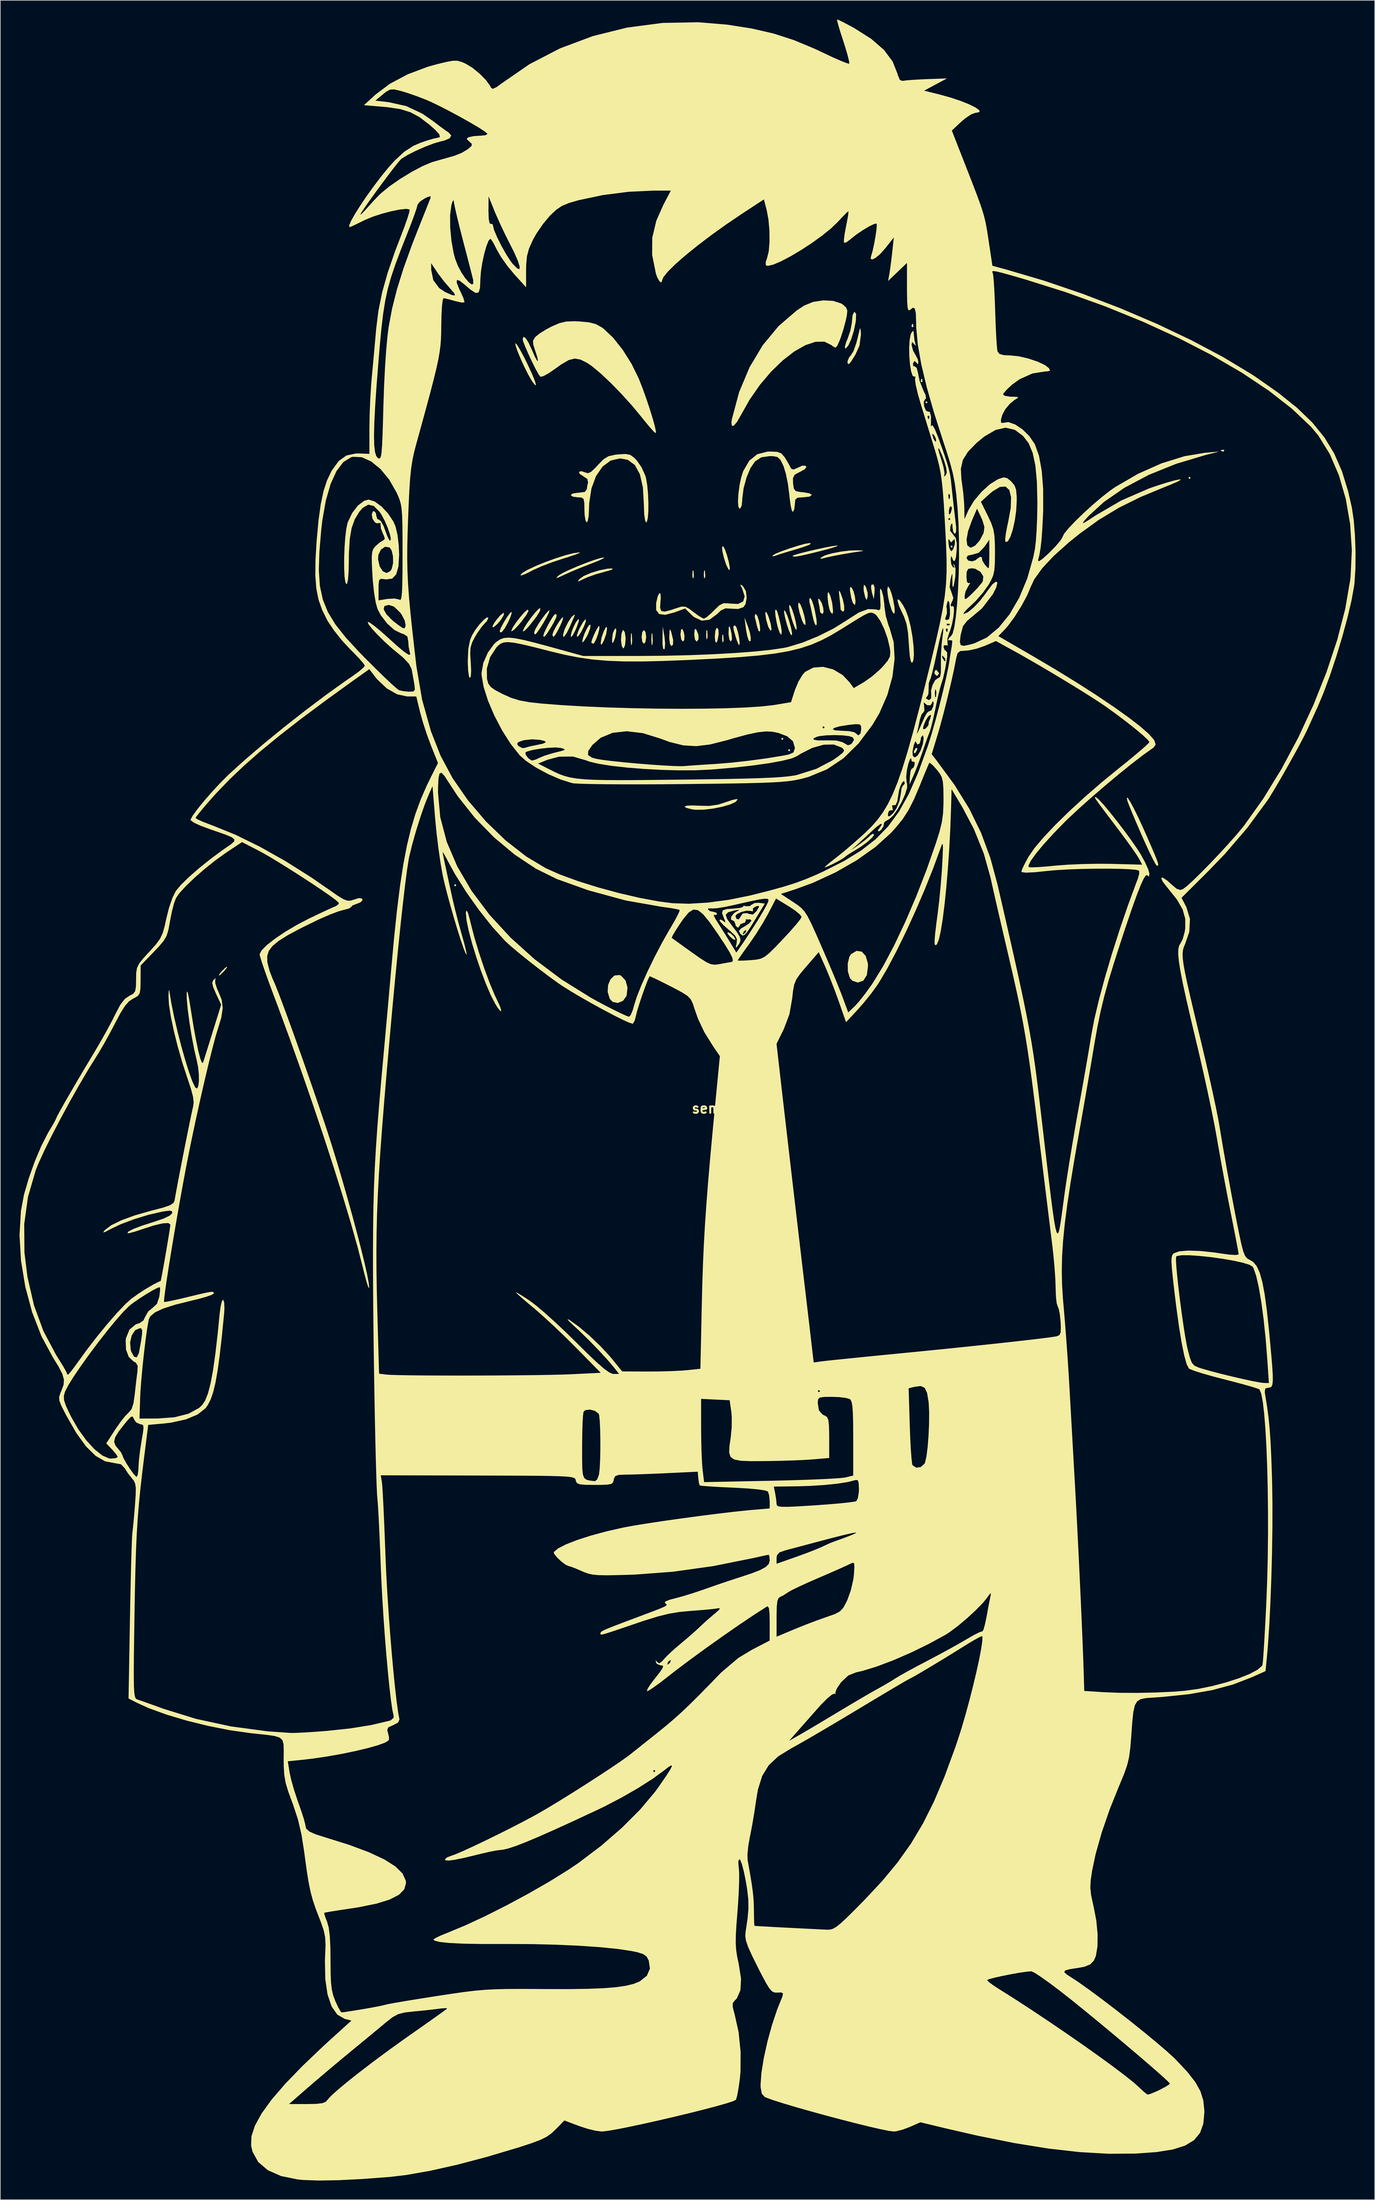
<source format=kicad_pcb>
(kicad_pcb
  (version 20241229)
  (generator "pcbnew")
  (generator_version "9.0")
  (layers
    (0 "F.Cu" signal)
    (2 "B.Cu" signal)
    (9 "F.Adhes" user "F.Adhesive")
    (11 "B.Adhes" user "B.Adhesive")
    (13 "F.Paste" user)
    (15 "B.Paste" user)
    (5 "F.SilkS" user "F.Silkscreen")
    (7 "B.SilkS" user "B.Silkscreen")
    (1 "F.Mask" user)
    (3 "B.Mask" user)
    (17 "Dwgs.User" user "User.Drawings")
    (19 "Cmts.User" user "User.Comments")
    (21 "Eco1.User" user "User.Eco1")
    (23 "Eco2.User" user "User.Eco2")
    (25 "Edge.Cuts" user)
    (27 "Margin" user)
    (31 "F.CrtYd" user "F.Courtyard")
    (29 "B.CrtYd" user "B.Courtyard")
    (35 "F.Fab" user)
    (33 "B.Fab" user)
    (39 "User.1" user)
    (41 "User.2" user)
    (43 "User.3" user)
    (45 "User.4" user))
  (footprint "sembei"
    (layer "F.Cu")
    (at 109.098 170.2)
    (property "Reference" "sembei" (at 0 0 0) (layer "F.SilkS") (effects (font (size 1.5 1.5) (thickness 0.3))))
    (attr board_only exclude_from_pos_files exclude_from_bom)
    (fp_poly (pts (xy -40.783 -34.88) (xy -40.962 -34.701) (xy -41.141 -34.88) (xy -40.962 -35.059)) (stroke (width 0) (type solid)) (fill yes) (layer "F.SilkS"))
    (fp_poly (pts (xy 10.375 -57.776) (xy 10.196 -57.597) (xy 10.017 -57.776) (xy 10.196 -57.955)) (stroke (width 0) (type solid)) (fill yes) (layer "F.SilkS"))
    (fp_poly (pts (xy 11.448 -55.987) (xy 11.269 -55.808) (xy 11.09 -55.987) (xy 11.269 -56.166)) (stroke (width 0) (type solid)) (fill yes) (layer "F.SilkS"))
    (fp_poly (pts (xy 32.913 -110.365) (xy 32.734 -110.186) (xy 32.555 -110.365) (xy 32.734 -110.544)) (stroke (width 0) (type solid)) (fill yes) (layer "F.SilkS"))
    (fp_poly (pts (xy 36.848 -87.827) (xy 36.669 -87.648) (xy 36.49 -87.827) (xy 36.669 -88.006)) (stroke (width 0) (type solid)) (fill yes) (layer "F.SilkS"))
    (fp_poly (pts (xy 74.054 -98.559) (xy 73.875 -98.38) (xy 73.696 -98.559) (xy 73.875 -98.738)) (stroke (width 0) (type solid)) (fill yes) (layer "F.SilkS"))
    (fp_poly (pts (xy 30.647 -122.588) (xy 30.69 -122.163) (xy 30.647 -122.111) (xy 30.434 -122.16) (xy 30.408 -122.349) (xy 30.539 -122.644)) (stroke (width 0) (type solid)) (fill yes) (layer "F.SilkS"))
    (fp_poly (pts (xy 32.078 -114.002) (xy 32.121 -113.577) (xy 32.078 -113.525) (xy 31.865 -113.574) (xy 31.839 -113.763) (xy 31.97 -114.058)) (stroke (width 0) (type solid)) (fill yes) (layer "F.SilkS"))
    (fp_poly (pts (xy 79.3 -102.912) (xy 79.251 -102.699) (xy 79.062 -102.673) (xy 78.768 -102.804) (xy 78.823 -102.912) (xy 79.248 -102.955)) (stroke (width 0) (type solid)) (fill yes) (layer "F.SilkS"))
    (fp_poly (pts (xy 24.636 -81.4) (xy 24.618 -80.615) (xy 24.497 -79.599) (xy 24.216 -80.625) (xy 24.074 -81.415) (xy 24.13 -81.847) (xy 24.462 -81.908)) (stroke (width 0) (type solid)) (fill yes) (layer "F.SilkS"))
    (fp_poly (pts (xy 31.323 -56.285) (xy 31.26 -56.006) (xy 30.972 -55.502) (xy 30.785 -55.587) (xy 30.766 -55.787) (xy 31.026 -56.272) (xy 31.12 -56.343)) (stroke (width 0) (type solid)) (fill yes) (layer "F.SilkS"))
    (fp_poly (pts (xy -76.698 -21.957) (xy -77.094 -21.465) (xy -77.632 -20.936) (xy -77.921 -20.749) (xy -77.848 -20.973) (xy -77.452 -21.465) (xy -76.915 -21.994) (xy -76.626 -22.18)) (stroke (width 0) (type solid)) (fill yes) (layer "F.SilkS"))
    (fp_poly (pts (xy -13.342 -74.143) (xy -13.283 -73.1) (xy -13.342 -72.533) (xy -13.43 -72.364) (xy -13.486 -72.813) (xy -13.497 -73.338) (xy -13.469 -74.112) (xy -13.398 -74.324)) (stroke (width 0) (type solid)) (fill yes) (layer "F.SilkS"))
    (fp_poly (pts (xy -10.122 -74.143) (xy -10.063 -73.1) (xy -10.122 -72.533) (xy -10.211 -72.364) (xy -10.267 -72.813) (xy -10.277 -73.338) (xy -10.249 -74.112) (xy -10.178 -74.324)) (stroke (width 0) (type solid)) (fill yes) (layer "F.SilkS"))
    (fp_poly (pts (xy -8.225 -73.696) (xy -8.126 -72.656) (xy -8.191 -71.909) (xy -8.27 -71.746) (xy -8.443 -71.861) (xy -8.535 -72.571) (xy -8.541 -73.356) (xy -8.496 -75.306)) (stroke (width 0) (type solid)) (fill yes) (layer "F.SilkS"))
    (fp_poly (pts (xy -3.705 -84.036) (xy -3.687 -83.974) (xy -3.635 -83.195) (xy -3.701 -82.901) (xy -3.818 -82.889) (xy -3.866 -83.449) (xy -3.865 -83.534) (xy -3.814 -84.089)) (stroke (width 0) (type solid)) (fill yes) (layer "F.SilkS"))
    (fp_poly (pts (xy -1.916 -84.036) (xy -1.899 -83.974) (xy -1.846 -83.195) (xy -1.912 -82.901) (xy -2.029 -82.889) (xy -2.077 -83.449) (xy -2.077 -83.534) (xy -2.025 -84.089)) (stroke (width 0) (type solid)) (fill yes) (layer "F.SilkS"))
    (fp_poly (pts (xy -1.542 -74.68) (xy -1.486 -73.772) (xy -1.542 -73.427) (xy -1.646 -73.316) (xy -1.702 -73.811) (xy -1.706 -74.054) (xy -1.668 -74.704) (xy -1.576 -74.781)) (stroke (width 0) (type solid)) (fill yes) (layer "F.SilkS"))
    (fp_poly (pts (xy 0.946 -74.019) (xy 0.963 -73.957) (xy 1.016 -73.178) (xy 0.95 -72.884) (xy 0.833 -72.872) (xy 0.785 -73.432) (xy 0.785 -73.517) (xy 0.837 -74.072)) (stroke (width 0) (type solid)) (fill yes) (layer "F.SilkS"))
    (fp_poly (pts (xy 2.133 -27.337) (xy 2.607 -26.885) (xy 2.855 -26.453) (xy 2.824 -26.332) (xy 2.498 -26.457) (xy 1.994 -26.877) (xy 1.616 -27.357) (xy 1.682 -27.546)) (stroke (width 0) (type solid)) (fill yes) (layer "F.SilkS"))
    (fp_poly (pts (xy 34.344 -68.508) (xy 34.688 -68.051) (xy 34.701 -67.951) (xy 34.429 -67.624) (xy 34.344 -67.614) (xy 34.03 -67.905) (xy 33.986 -68.172) (xy 34.159 -68.542)) (stroke (width 0) (type solid)) (fill yes) (layer "F.SilkS"))
    (fp_poly (pts (xy -5.206 -74.417) (xy -5.102 -73.861) (xy -5.139 -73.2) (xy -5.354 -72.98) (xy -5.608 -73.292) (xy -5.723 -74.05) (xy -5.724 -74.113) (xy -5.636 -74.849) (xy -5.432 -74.938)) (stroke (width 0) (type solid)) (fill yes) (layer "F.SilkS"))
    (fp_poly (pts (xy -17.241 -75.221) (xy -17.217 -74.948) (xy -17.355 -74.118) (xy -17.696 -73.159) (xy -18.027 -72.526) (xy -18.176 -72.528) (xy -18.2 -72.801) (xy -18.062 -73.632) (xy -17.721 -74.59) (xy -17.39 -75.223)) (stroke (width 0) (type solid)) (fill yes) (layer "F.SilkS"))
    (fp_poly (pts (xy -15.769 -74.722) (xy -15.771 -74.59) (xy -15.933 -73.648) (xy -16.099 -73.159) (xy -16.325 -72.708) (xy -16.409 -72.899) (xy -16.426 -73.338) (xy -16.306 -74.253) (xy -16.099 -74.769) (xy -15.834 -75.071)) (stroke (width 0) (type solid)) (fill yes) (layer "F.SilkS"))
    (fp_poly (pts (xy -7.192 -74.525) (xy -7.155 -74.411) (xy -6.872 -73.225) (xy -6.899 -72.474) (xy -7.155 -72.265) (xy -7.366 -72.583) (xy -7.474 -73.383) (xy -7.477 -73.785) (xy -7.437 -74.661) (xy -7.354 -74.886)) (stroke (width 0) (type solid)) (fill yes) (layer "F.SilkS"))
    (fp_poly (pts (xy -3.22 -74.769) (xy -2.924 -74.029) (xy -2.904 -73.34) (xy -3.161 -72.987) (xy -3.22 -72.98) (xy -3.462 -73.293) (xy -3.571 -74.055) (xy -3.572 -74.143) (xy -3.521 -74.864) (xy -3.354 -74.942)) (stroke (width 0) (type solid)) (fill yes) (layer "F.SilkS"))
    (fp_poly (pts (xy 0.211 -74.82) (xy 0.237 -74.079) (xy 0.234 -74.052) (xy 0.059 -73.102) (xy -0.145 -72.765) (xy -0.307 -73.071) (xy -0.358 -73.815) (xy -0.272 -74.666) (xy -0.061 -75.109) (xy -0.003 -75.127)) (stroke (width 0) (type solid)) (fill yes) (layer "F.SilkS"))
    (fp_poly (pts (xy 2.112 -74.868) (xy 2.265 -74.143) (xy 2.327 -73.335) (xy 2.16 -72.982) (xy 2.138 -72.98) (xy 1.911 -73.296) (xy 1.793 -74.076) (xy 1.789 -74.292) (xy 1.826 -75.195) (xy 1.934 -75.386)) (stroke (width 0) (type solid)) (fill yes) (layer "F.SilkS"))
    (fp_poly (pts (xy 4.834 -75.312) (xy 5.121 -74.393) (xy 5.262 -73.592) (xy 5.25 -73.074) (xy 5.078 -73.002) (xy 4.924 -73.193) (xy 4.73 -73.77) (xy 4.537 -74.751) (xy 4.479 -75.161) (xy 4.281 -76.737)) (stroke (width 0) (type solid)) (fill yes) (layer "F.SilkS"))
    (fp_poly (pts (xy 23.14 -81.712) (xy 23.288 -81.466) (xy 23.543 -80.591) (xy 23.542 -80.035) (xy 23.428 -79.502) (xy 23.27 -79.64) (xy 23.161 -79.896) (xy 22.941 -80.815) (xy 22.907 -81.327) (xy 22.951 -81.855)) (stroke (width 0) (type solid)) (fill yes) (layer "F.SilkS"))
    (fp_poly (pts (xy -33.384 -77.068) (xy -33.778 -76.42) (xy -34.339 -75.741) (xy -34.893 -75.265) (xy -35.046 -75.191) (xy -35.139 -75.34) (xy -34.842 -75.899) (xy -34.528 -76.34) (xy -33.901 -77.075) (xy -33.446 -77.45) (xy -33.334 -77.456)) (stroke (width 0) (type solid)) (fill yes) (layer "F.SilkS"))
    (fp_poly (pts (xy -21.653 -76.078) (xy -21.937 -75.268) (xy -22.166 -74.733) (xy -22.568 -73.961) (xy -22.831 -73.677) (xy -22.888 -73.803) (xy -22.765 -74.441) (xy -22.458 -75.25) (xy -22.082 -75.995) (xy -21.748 -76.442) (xy -21.611 -76.465)) (stroke (width 0) (type solid)) (fill yes) (layer "F.SilkS"))
    (fp_poly (pts (xy -20.553 -76.051) (xy -20.835 -75.309) (xy -21.248 -74.496) (xy -21.66 -73.876) (xy -21.896 -73.696) (xy -21.928 -73.976) (xy -21.672 -74.689) (xy -21.447 -75.161) (xy -20.974 -75.992) (xy -20.623 -76.435) (xy -20.53 -76.458)) (stroke (width 0) (type solid)) (fill yes) (layer "F.SilkS"))
    (fp_poly (pts (xy 16.004 -79.599) (xy 16.358 -79.02) (xy 16.591 -78.256) (xy 16.65 -77.583) (xy 16.479 -77.274) (xy 16.463 -77.273) (xy 16.121 -77.556) (xy 16.094 -77.72) (xy 16.008 -78.398) (xy 15.866 -79.062) (xy 15.789 -79.648)) (stroke (width 0) (type solid)) (fill yes) (layer "F.SilkS"))
    (fp_poly (pts (xy -32.138 -77.346) (xy -32.396 -76.615) (xy -32.666 -76.022) (xy -33.22 -75.024) (xy -33.672 -74.459) (xy -33.943 -74.411) (xy -33.986 -74.631) (xy -33.815 -75.121) (xy -33.4 -75.904) (xy -32.885 -76.741) (xy -32.417 -77.395) (xy -32.153 -77.631)) (stroke (width 0) (type solid)) (fill yes) (layer "F.SilkS"))
    (fp_poly (pts (xy -19.794 -75.599) (xy -19.85 -75.044) (xy -20.182 -74.159) (xy -20.354 -73.81) (xy -20.785 -73.09) (xy -21.051 -72.828) (xy -21.091 -72.902) (xy -20.984 -73.514) (xy -20.699 -74.303) (xy -20.338 -75.055) (xy -20.003 -75.56) (xy -19.796 -75.605)) (stroke (width 0) (type solid)) (fill yes) (layer "F.SilkS"))
    (fp_poly (pts (xy -18.406 -75.002) (xy -18.591 -74.225) (xy -18.889 -73.386) (xy -19.204 -72.77) (xy -19.378 -72.623) (xy -19.675 -72.794) (xy -19.676 -72.813) (xy -19.547 -73.314) (xy -19.237 -74.07) (xy -18.867 -74.831) (xy -18.553 -75.348) (xy -18.431 -75.432)) (stroke (width 0) (type solid)) (fill yes) (layer "F.SilkS"))
    (fp_poly (pts (xy -14.444 -74.452) (xy -14.319 -73.659) (xy -14.31 -73.338) (xy -14.389 -72.442) (xy -14.587 -71.944) (xy -14.668 -71.907) (xy -14.892 -72.224) (xy -15.016 -73.017) (xy -15.025 -73.338) (xy -14.946 -74.234) (xy -14.748 -74.733) (xy -14.668 -74.769)) (stroke (width 0) (type solid)) (fill yes) (layer "F.SilkS"))
    (fp_poly (pts (xy -11.197 -74.458) (xy -11.09 -73.709) (xy -11.09 -73.696) (xy -11.194 -72.942) (xy -11.443 -72.623) (xy -11.448 -72.623) (xy -11.699 -72.933) (xy -11.806 -73.682) (xy -11.806 -73.696) (xy -11.702 -74.449) (xy -11.452 -74.769) (xy -11.448 -74.769)) (stroke (width 0) (type solid)) (fill yes) (layer "F.SilkS"))
    (fp_poly (pts (xy 3.033 -75.175) (xy 3.263 -74.432) (xy 3.448 -73.533) (xy 3.53 -72.756) (xy 3.468 -72.394) (xy 3.295 -72.612) (xy 3.023 -73.318) (xy 2.919 -73.646) (xy 2.617 -74.71) (xy 2.529 -75.261) (xy 2.646 -75.462) (xy 2.816 -75.485)) (stroke (width 0) (type solid)) (fill yes) (layer "F.SilkS"))
    (fp_poly (pts (xy 6.299 -76.966) (xy 6.536 -76.239) (xy 6.701 -75.389) (xy 6.728 -74.709) (xy 6.659 -74.511) (xy 6.464 -74.678) (xy 6.252 -75.335) (xy 6.248 -75.353) (xy 6.036 -76.255) (xy 5.884 -76.826) (xy 5.939 -77.233) (xy 6.053 -77.273)) (stroke (width 0) (type solid)) (fill yes) (layer "F.SilkS"))
    (fp_poly (pts (xy 7.899 -77.217) (xy 8.085 -76.743) (xy 8.388 -75.724) (xy 8.505 -74.925) (xy 8.493 -74.775) (xy 8.323 -74.706) (xy 8.038 -75.208) (xy 7.946 -75.448) (xy 7.655 -76.491) (xy 7.537 -77.372) (xy 7.538 -77.416) (xy 7.639 -77.659)) (stroke (width 0) (type solid)) (fill yes) (layer "F.SilkS"))
    (fp_poly (pts (xy 10.687 -77.683) (xy 10.98 -77.025) (xy 11.293 -76.103) (xy 11.559 -75.134) (xy 11.711 -74.334) (xy 11.704 -73.962) (xy 11.532 -74.033) (xy 11.241 -74.657) (xy 10.926 -75.6) (xy 10.627 -76.726) (xy 10.472 -77.55) (xy 10.484 -77.86)) (stroke (width 0) (type solid)) (fill yes) (layer "F.SilkS"))
    (fp_poly (pts (xy 13.044 -78.753) (xy 13.343 -77.997) (xy 13.621 -77.051) (xy 13.806 -76.174) (xy 13.824 -75.622) (xy 13.795 -75.566) (xy 13.557 -75.714) (xy 13.299 -76.24) (xy 12.89 -77.506) (xy 12.686 -78.481) (xy 12.714 -79.01) (xy 12.798 -79.062)) (stroke (width 0) (type solid)) (fill yes) (layer "F.SilkS"))
    (fp_poly (pts (xy 19.263 -80.672) (xy 19.649 -79.607) (xy 19.867 -78.608) (xy 19.885 -77.881) (xy 19.704 -77.631) (xy 19.343 -77.913) (xy 19.314 -78.078) (xy 19.268 -78.703) (xy 19.16 -79.691) (xy 19.126 -79.956) (xy 19.052 -80.77) (xy 19.13 -80.915)) (stroke (width 0) (type solid)) (fill yes) (layer "F.SilkS"))
    (fp_poly (pts (xy 21.007 -81.424) (xy 21.06 -81.369) (xy 21.342 -80.819) (xy 21.554 -80.017) (xy 21.648 -79.236) (xy 21.58 -78.753) (xy 21.501 -78.704) (xy 21.229 -79.014) (xy 20.985 -79.765) (xy 20.973 -79.822) (xy 20.779 -80.961) (xy 20.789 -81.474)) (stroke (width 0) (type solid)) (fill yes) (layer "F.SilkS"))
    (fp_poly (pts (xy -29.499 -77.748) (xy -29.856 -77.09) (xy -30.614 -76.075) (xy -31.106 -75.485) (xy -31.73 -74.834) (xy -32.122 -74.577) (xy -32.188 -74.641) (xy -31.983 -75.132) (xy -31.465 -75.918) (xy -30.798 -76.788) (xy -30.145 -77.533) (xy -29.669 -77.944) (xy -29.591 -77.97)) (stroke (width 0) (type solid)) (fill yes) (layer "F.SilkS"))
    (fp_poly (pts (xy -27.699 -77.764) (xy -28.249 -76.862) (xy -29.28 -75.54) (xy -29.477 -75.306) (xy -30.04 -74.717) (xy -30.359 -74.536) (xy -30.387 -74.59) (xy -30.199 -75.065) (xy -29.722 -75.832) (xy -29.091 -76.71) (xy -28.443 -77.518) (xy -27.916 -78.077) (xy -27.65 -78.211)) (stroke (width 0) (type solid)) (fill yes) (layer "F.SilkS"))
    (fp_poly (pts (xy -25.085 -77.166) (xy -25.145 -76.765) (xy -25.546 -75.955) (xy -25.952 -75.248) (xy -26.645 -74.15) (xy -27.059 -73.695) (xy -27.189 -73.865) (xy -27.032 -74.364) (xy -26.647 -75.182) (xy -26.157 -76.09) (xy -25.689 -76.859) (xy -25.367 -77.258) (xy -25.329 -77.273)) (stroke (width 0) (type solid)) (fill yes) (layer "F.SilkS"))
    (fp_poly (pts (xy -24.135 -76.415) (xy -24.432 -75.673) (xy -24.849 -74.809) (xy -25.265 -74.07) (xy -25.56 -73.703) (xy -25.586 -73.696) (xy -25.755 -73.97) (xy -25.758 -74.033) (xy -25.599 -74.532) (xy -25.214 -75.281) (xy -24.74 -76.056) (xy -24.315 -76.631) (xy -24.079 -76.787)) (stroke (width 0) (type solid)) (fill yes) (layer "F.SilkS"))
    (fp_poly (pts (xy 9.426 -77.597) (xy 9.656 -76.789) (xy 9.946 -75.574) (xy 10.1 -74.659) (xy 10.077 -74.117) (xy 10.009 -74.054) (xy 9.778 -74.371) (xy 9.498 -75.187) (xy 9.324 -75.894) (xy 9.133 -76.96) (xy 9.069 -77.708) (xy 9.107 -77.913) (xy 9.257 -77.932)) (stroke (width 0) (type solid)) (fill yes) (layer "F.SilkS"))
    (fp_poly (pts (xy 11.528 -78.467) (xy 11.75 -77.949) (xy 12.072 -76.951) (xy 12.318 -75.94) (xy 12.443 -75.14) (xy 12.401 -74.773) (xy 12.385 -74.769) (xy 12.185 -75.081) (xy 11.876 -75.883) (xy 11.642 -76.619) (xy 11.369 -77.69) (xy 11.265 -78.421) (xy 11.321 -78.713)) (stroke (width 0) (type solid)) (fill yes) (layer "F.SilkS"))
    (fp_poly (pts (xy 17.438 -80.672) (xy 17.711 -80.115) (xy 17.962 -79.155) (xy 18.025 -78.794) (xy 18.138 -77.701) (xy 18.051 -77.281) (xy 17.765 -77.54) (xy 17.743 -77.576) (xy 17.535 -78.141) (xy 17.374 -78.963) (xy 17.283 -79.815) (xy 17.282 -80.47) (xy 17.395 -80.701)) (stroke (width 0) (type solid)) (fill yes) (layer "F.SilkS"))
    (fp_poly (pts (xy 27 -81.248) (xy 27.3 -80.423) (xy 27.521 -79.571) (xy 27.735 -78.393) (xy 27.783 -77.607) (xy 27.682 -77.302) (xy 27.447 -77.564) (xy 27.249 -78.029) (xy 26.919 -79.109) (xy 26.698 -80.194) (xy 26.615 -81.074) (xy 26.699 -81.539) (xy 26.758 -81.566)) (stroke (width 0) (type solid)) (fill yes) (layer "F.SilkS"))
    (fp_poly (pts (xy -26.299 -77.491) (xy -26.669 -76.753) (xy -27.196 -75.835) (xy -27.758 -74.943) (xy -28.23 -74.281) (xy -28.478 -74.054) (xy -28.617 -74.328) (xy -28.62 -74.393) (xy -28.441 -74.873) (xy -27.992 -75.644) (xy -27.409 -76.512) (xy -26.826 -77.287) (xy -26.376 -77.776) (xy -26.209 -77.844)) (stroke (width 0) (type solid)) (fill yes) (layer "F.SilkS"))
    (fp_poly (pts (xy -22.252 -77.094) (xy -22.481 -76.569) (xy -22.874 -75.66) (xy -23.065 -75.216) (xy -23.514 -74.314) (xy -23.902 -73.769) (xy -24.028 -73.696) (xy -24.098 -73.984) (xy -23.906 -74.708) (xy -23.778 -75.037) (xy -23.277 -76.043) (xy -22.751 -76.816) (xy -22.657 -76.915) (xy -22.284 -77.198)) (stroke (width 0) (type solid)) (fill yes) (layer "F.SilkS"))
    (fp_poly (pts (xy -15.021 -20.747) (xy -14.327 -20.008) (xy -14.013 -18.888) (xy -14.149 -17.65) (xy -14.176 -17.569) (xy -14.724 -16.81) (xy -15.526 -16.488) (xy -16.328 -16.646) (xy -16.79 -17.127) (xy -17.116 -18.207) (xy -17.049 -19.284) (xy -16.669 -20.194) (xy -16.057 -20.773) (xy -15.293 -20.856)) (stroke (width 0) (type solid)) (fill yes) (layer "F.SilkS"))
    (fp_poly (pts (xy 0.977 -87.827) (xy 1.253 -87.314) (xy 1.558 -86.429) (xy 1.824 -85.431) (xy 1.983 -84.577) (xy 1.964 -84.127) (xy 1.959 -84.122) (xy 1.746 -84.305) (xy 1.434 -84.954) (xy 1.415 -85.005) (xy 1.056 -86.092) (xy 0.833 -87.045) (xy 0.772 -87.698) (xy 0.899 -87.885)) (stroke (width 0) (type solid)) (fill yes) (layer "F.SilkS"))
    (fp_poly (pts (xy 22.614 -24.507) (xy 23.239 -23.834) (xy 23.573 -22.695) (xy 23.6 -22.246) (xy 23.416 -20.831) (xy 22.854 -19.957) (xy 22.001 -19.676) (xy 21.156 -19.949) (xy 20.762 -20.368) (xy 20.45 -21.422) (xy 20.429 -22.64) (xy 20.682 -23.701) (xy 20.954 -24.122) (xy 21.813 -24.63)) (stroke (width 0) (type solid)) (fill yes) (layer "F.SilkS"))
    (fp_poly (pts (xy -16.287 -84.314) (xy -16.715 -84.121) (xy -17.622 -83.869) (xy -18.987 -83.483) (xy -20.256 -83.032) (xy -20.842 -82.771) (xy -21.574 -82.409) (xy -21.778 -82.388) (xy -21.557 -82.706) (xy -21.511 -82.762) (xy -20.838 -83.231) (xy -19.712 -83.709) (xy -18.391 -84.114) (xy -17.131 -84.361) (xy -16.481 -84.398)) (stroke (width 0) (type solid)) (fill yes) (layer "F.SilkS"))
    (fp_poly (pts (xy 14.802 -79.458) (xy 15.087 -78.63) (xy 15.304 -77.745) (xy 15.54 -76.434) (xy 15.591 -75.669) (xy 15.457 -75.504) (xy 15.282 -75.729) (xy 15.102 -76.252) (xy 14.888 -77.145) (xy 14.862 -77.273) (xy 14.643 -78.308) (xy 14.448 -79.116) (xy 14.438 -79.151) (xy 14.429 -79.672) (xy 14.57 -79.777)) (stroke (width 0) (type solid)) (fill yes) (layer "F.SilkS"))
    (fp_poly (pts (xy 22.473 -121.448) (xy 22.497 -120.95) (xy 22.268 -119.229) (xy 21.629 -117.819) (xy 20.98 -116.775) (xy 20.593 -116.33) (xy 20.417 -116.443) (xy 20.392 -116.76) (xy 20.644 -117.399) (xy 20.884 -117.662) (xy 21.325 -118.357) (xy 21.794 -119.7) (xy 22.267 -121.627) (xy 22.306 -121.813) (xy 22.4 -121.934)) (stroke (width 0) (type solid)) (fill yes) (layer "F.SilkS"))
    (fp_poly (pts (xy 22.732 -87.192) (xy 22.844 -87.132) (xy 22.359 -87.056) (xy 21.191 -86.89) (xy 19.78 -86.652) (xy 18.367 -86.387) (xy 17.192 -86.139) (xy 16.51 -85.96) (xy 16.141 -85.907) (xy 16.277 -86.126) (xy 16.902 -86.454) (xy 18.017 -86.772) (xy 19.396 -87.037) (xy 20.815 -87.205) (xy 21.93 -87.237)) (stroke (width 0) (type solid)) (fill yes) (layer "F.SilkS"))
    (fp_poly (pts (xy 14.696 -88.284) (xy 14.329 -88.057) (xy 13.346 -87.701) (xy 12.125 -87.33) (xy 10.828 -86.946) (xy 9.726 -86.601) (xy 9.123 -86.392) (xy 8.659 -86.271) (xy 8.765 -86.489) (xy 9.247 -86.753) (xy 10.202 -87.133) (xy 11.412 -87.557) (xy 12.659 -87.951) (xy 13.726 -88.244) (xy 14.394 -88.363) (xy 14.407 -88.363)) (stroke (width 0) (type solid)) (fill yes) (layer "F.SilkS"))
    (fp_poly (pts (xy -31.303 -119.373) (xy -30.831 -118.61) (xy -30.207 -117.453) (xy -29.684 -116.402) (xy -28.976 -114.875) (xy -28.52 -113.766) (xy -28.329 -113.127) (xy -28.416 -113.009) (xy -28.793 -113.463) (xy -29.051 -113.853) (xy -29.576 -114.772) (xy -30.159 -115.937) (xy -30.723 -117.175) (xy -31.195 -118.314) (xy -31.499 -119.18) (xy -31.561 -119.602) (xy -31.549 -119.614)) (stroke (width 0) (type solid)) (fill yes) (layer "F.SilkS"))
    (fp_poly (pts (xy 18.795 -87.894) (xy 18.181 -87.676) (xy 17.095 -87.362) (xy 16.099 -87.102) (xy 14.248 -86.647) (xy 12.991 -86.368) (xy 12.23 -86.248) (xy 11.871 -86.272) (xy 11.806 -86.366) (xy 12.127 -86.516) (xy 12.97 -86.761) (xy 14.154 -87.062) (xy 15.5 -87.375) (xy 16.828 -87.66) (xy 17.956 -87.875) (xy 18.706 -87.979) (xy 18.826 -87.982)) (stroke (width 0) (type solid)) (fill yes) (layer "F.SilkS"))
    (fp_poly (pts (xy 21.734 -124.187) (xy 21.71 -123.242) (xy 21.66 -122.872) (xy 21.379 -121.516) (xy 20.985 -120.265) (xy 20.552 -119.3) (xy 20.15 -118.802) (xy 20.046 -118.772) (xy 19.981 -119.059) (xy 20.192 -119.789) (xy 20.401 -120.292) (xy 20.839 -121.556) (xy 21.082 -122.839) (xy 21.099 -123.154) (xy 21.198 -124.021) (xy 21.435 -124.475) (xy 21.505 -124.496)) (stroke (width 0) (type solid)) (fill yes) (layer "F.SilkS"))
    (fp_poly (pts (xy 3.22 -48.3) (xy 2.892 -47.903) (xy 2.024 -47.506) (xy 0.791 -47.147) (xy -0.633 -46.864) (xy -2.072 -46.695) (xy -3.351 -46.677) (xy -3.935 -46.748) (xy -4.849 -46.988) (xy -5.097 -47.189) (xy -4.727 -47.322) (xy -3.789 -47.356) (xy -2.977 -47.318) (xy -1.248 -47.282) (xy 0.166 -47.488) (xy 1.342 -47.866) (xy 2.356 -48.209) (xy 3.038 -48.352)) (stroke (width 0) (type solid)) (fill yes) (layer "F.SilkS"))
    (fp_poly (pts (xy -17.648 -86.097) (xy -17.882 -85.914) (xy -18.63 -85.571) (xy -19.733 -85.14) (xy -19.754 -85.133) (xy -21.284 -84.54) (xy -22.864 -83.878) (xy -23.79 -83.459) (xy -24.752 -83.016) (xy -25.147 -82.888) (xy -25.044 -83.062) (xy -24.778 -83.304) (xy -24.184 -83.671) (xy -23.168 -84.161) (xy -21.901 -84.706) (xy -20.551 -85.241) (xy -19.29 -85.699) (xy -18.287 -86.014) (xy -17.712 -86.117)) (stroke (width 0) (type solid)) (fill yes) (layer "F.SilkS"))
    (fp_poly (pts (xy -21.466 -86.912) (xy -21.545 -86.81) (xy -22.193 -86.552) (xy -23.292 -86.182) (xy -24.162 -85.911) (xy -25.829 -85.358) (xy -27.453 -84.738) (xy -28.757 -84.159) (xy -29.081 -83.989) (xy -30.005 -83.523) (xy -30.617 -83.312) (xy -30.766 -83.354) (xy -30.447 -83.712) (xy -29.59 -84.21) (xy -28.345 -84.79) (xy -26.862 -85.395) (xy -25.291 -85.967) (xy -23.782 -86.449) (xy -22.484 -86.783) (xy -21.549 -86.913)) (stroke (width 0) (type solid)) (fill yes) (layer "F.SilkS"))
    (fp_poly (pts (xy 28.561 -79.405) (xy 29.04 -78.72) (xy 29.48 -77.903) (xy 29.901 -76.781) (xy 30.263 -75.352) (xy 30.544 -73.787) (xy 30.723 -72.258) (xy 30.779 -70.939) (xy 30.691 -70) (xy 30.501 -69.639) (xy 30.298 -69.854) (xy 30.13 -70.735) (xy 30.004 -72.235) (xy 29.986 -72.59) (xy 29.852 -74.395) (xy 29.617 -75.743) (xy 29.223 -76.892) (xy 28.89 -77.585) (xy 28.431 -78.595) (xy 28.215 -79.334) (xy 28.255 -79.594)) (stroke (width 0) (type solid)) (fill yes) (layer "F.SilkS"))
    (fp_poly (pts (xy -38.959 -30.55) (xy -38.657 -29.47) (xy -38.496 -28.799) (xy -37.946 -26.687) (xy -37.228 -24.314) (xy -36.415 -21.892) (xy -35.582 -19.637) (xy -34.801 -17.763) (xy -34.469 -17.066) (xy -33.951 -15.941) (xy -33.756 -15.301) (xy -33.866 -15.193) (xy -34.267 -15.667) (xy -34.699 -16.352) (xy -35.412 -17.736) (xy -36.178 -19.523) (xy -36.952 -21.568) (xy -37.686 -23.723) (xy -38.334 -25.841) (xy -38.849 -27.776) (xy -39.183 -29.382) (xy -39.291 -30.511) (xy -39.278 -30.686) (xy -39.164 -30.949)) (stroke (width 0) (type solid)) (fill yes) (layer "F.SilkS"))
    (fp_poly (pts (xy 64.248 -48.501) (xy 64.638 -47.888) (xy 65.203 -46.832) (xy 65.905 -45.403) (xy 66.704 -43.671) (xy 67.104 -42.769) (xy 67.921 -40.896) (xy 68.482 -39.58) (xy 68.822 -38.723) (xy 68.974 -38.227) (xy 68.972 -37.993) (xy 68.85 -37.924) (xy 68.776 -37.921) (xy 68.545 -38.231) (xy 68.09 -39.082) (xy 67.47 -40.36) (xy 66.741 -41.948) (xy 66.424 -42.661) (xy 65.663 -44.412) (xy 64.999 -45.975) (xy 64.489 -47.212) (xy 64.191 -47.983) (xy 64.148 -48.117) (xy 64.072 -48.601)) (stroke (width 0) (type solid)) (fill yes) (layer "F.SilkS"))
    (fp_poly (pts (xy -35.778 -76.71) (xy -35.775 -76.664) (xy -36.022 -76.146) (xy -36.332 -75.825) (xy -36.836 -75.252) (xy -37.485 -74.319) (xy -37.813 -73.787) (xy -38.308 -72.853) (xy -38.557 -72.03) (xy -38.61 -71.038) (xy -38.528 -69.734) (xy -38.463 -68.42) (xy -38.513 -67.549) (xy -38.657 -67.256) (xy -38.818 -67.585) (xy -38.937 -68.454) (xy -38.993 -69.69) (xy -38.994 -69.954) (xy -38.909 -71.828) (xy -38.629 -73.215) (xy -38.314 -73.978) (xy -37.791 -74.833) (xy -37.146 -75.67) (xy -36.51 -76.353) (xy -36.011 -76.746)) (stroke (width 0) (type solid)) (fill yes) (layer "F.SilkS"))
    (fp_poly (pts (xy 18.156 -126.22) (xy 19.413 -125.813) (xy 19.708 -125.615) (xy 20.181 -125.172) (xy 20.364 -124.702) (xy 20.297 -123.962) (xy 20.114 -123.119) (xy 19.747 -121.747) (xy 19.315 -120.421) (xy 19.144 -119.98) (xy 18.77 -119.16) (xy 18.479 -118.909) (xy 18.093 -119.126) (xy 17.905 -119.292) (xy 16.795 -119.846) (xy 15.403 -119.831) (xy 13.801 -119.299) (xy 12.058 -118.304) (xy 10.244 -116.9) (xy 8.43 -115.141) (xy 6.685 -113.08) (xy 5.08 -110.771) (xy 3.793 -108.487) (xy 3.135 -107.331) (xy 2.622 -106.722) (xy 2.307 -106.687) (xy 2.242 -107.249) (xy 2.321 -107.771) (xy 3.447 -111.97) (xy 5.069 -115.838) (xy 7.142 -119.301) (xy 9.618 -122.286) (xy 12.449 -124.719) (xy 13.637 -125.5) (xy 15.011 -126.059) (xy 16.603 -126.3)) (stroke (width 0) (type solid)) (fill yes) (layer "F.SilkS"))
    (fp_poly (pts (xy 3.775 -81.834) (xy 4.056 -81.612) (xy 4.502 -80.857) (xy 4.633 -79.815) (xy 4.443 -78.826) (xy 4.111 -78.344) (xy 3.289 -78.063) (xy 2.273 -78.107) (xy 1.33 -78.165) (xy 0.632 -77.869) (xy -0.014 -77.259) (xy -1.186 -76.392) (xy -2.394 -76.236) (xy -3.599 -76.793) (xy -4.03 -77.173) (xy -5.002 -78.145) (xy -6.648 -77.535) (xy -8.108 -77.151) (xy -9.066 -77.273) (xy -9.534 -77.906) (xy -9.534 -78.976) (xy -9.289 -80.043) (xy -9.037 -80.547) (xy -8.853 -80.458) (xy -8.812 -79.742) (xy -8.852 -79.272) (xy -8.914 -78.271) (xy -8.735 -77.75) (xy -8.196 -77.65) (xy -7.174 -77.915) (xy -6.505 -78.145) (xy -5.588 -78.431) (xy -4.963 -78.423) (xy -4.312 -78.06) (xy -3.727 -77.608) (xy -2.872 -76.984) (xy -2.221 -76.608) (xy -2.05 -76.558) (xy -1.616 -76.799) (xy -0.909 -77.413) (xy -0.478 -77.848) (xy 0.333 -78.627) (xy 0.972 -78.956) (xy 1.706 -78.952) (xy 1.931 -78.914) (xy 3.273 -78.85) (xy 4.074 -79.235) (xy 4.306 -80.032) (xy 3.938 -81.204) (xy 3.877 -81.321) (xy 3.623 -81.85)) (stroke (width 0) (type solid)) (fill yes) (layer "F.SilkS"))
    (fp_poly (pts (xy -21.518 -123.007) (xy -20.029 -122.868) (xy -18.976 -122.596) (xy -18.079 -122.107) (xy -17.726 -121.85) (xy -16.249 -120.453) (xy -14.75 -118.558) (xy -13.37 -116.366) (xy -12.25 -114.077) (xy -12.237 -114.045) (xy -11.652 -112.552) (xy -11.066 -110.924) (xy -10.523 -109.298) (xy -10.063 -107.81) (xy -9.731 -106.597) (xy -9.567 -105.794) (xy -9.599 -105.535) (xy -9.913 -105.798) (xy -10.546 -106.499) (xy -11.38 -107.508) (xy -11.731 -107.95) (xy -13.256 -109.795) (xy -14.928 -111.649) (xy -16.624 -113.388) (xy -18.218 -114.888) (xy -19.587 -116.025) (xy -20.308 -116.516) (xy -21.358 -117.044) (xy -22.261 -117.207) (xy -23.197 -116.973) (xy -24.349 -116.307) (xy -25.367 -115.577) (xy -26.387 -114.881) (xy -27.205 -114.443) (xy -27.639 -114.357) (xy -27.931 -114.76) (xy -28.408 -115.631) (xy -28.979 -116.777) (xy -29.553 -118.007) (xy -30.039 -119.128) (xy -30.347 -119.947) (xy -30.408 -120.223) (xy -30.285 -120.611) (xy -29.958 -120.415) (xy -29.499 -119.713) (xy -28.974 -118.583) (xy -28.972 -118.58) (xy -28.457 -117.412) (xy -28.125 -116.841) (xy -28.011 -116.879) (xy -28.154 -117.537) (xy -28.441 -118.415) (xy -28.753 -119.401) (xy -28.785 -119.991) (xy -28.533 -120.452) (xy -28.388 -120.619) (xy -27.741 -121.138) (xy -26.705 -121.778) (xy -25.883 -122.212) (xy -24.676 -122.738) (xy -23.609 -122.994) (xy -22.346 -123.042)) (stroke (width 0) (type solid)) (fill yes) (layer "F.SilkS"))
    (fp_poly (pts (xy -13.603 -102.161) (xy -12.994 -101.729) (xy -12.573 -101.298) (xy -11.818 -100.218) (xy -11.231 -98.916) (xy -11.135 -98.59) (xy -10.937 -97.484) (xy -10.807 -96.126) (xy -10.745 -94.689) (xy -10.754 -93.351) (xy -10.834 -92.286) (xy -10.986 -91.669) (xy -11.09 -91.583) (xy -11.269 -91.917) (xy -11.395 -92.824) (xy -11.449 -94.163) (xy -11.45 -94.356) (xy -11.606 -97.056) (xy -12.074 -99.12) (xy -12.859 -100.558) (xy -13.966 -101.379) (xy -15.176 -101.6) (xy -16.65 -101.264) (xy -17.922 -100.313) (xy -18.939 -98.831) (xy -19.65 -96.901) (xy -20.004 -94.608) (xy -20.034 -93.665) (xy -20.09 -92.548) (xy -20.235 -91.794) (xy -20.392 -91.583) (xy -20.587 -91.907) (xy -20.717 -92.741) (xy -20.749 -93.551) (xy -20.767 -94.676) (xy -20.885 -95.261) (xy -21.2 -95.483) (xy -21.806 -95.518) (xy -21.823 -95.518) (xy -22.576 -95.622) (xy -22.896 -95.872) (xy -22.896 -95.876) (xy -22.581 -96.113) (xy -21.808 -96.231) (xy -21.644 -96.234) (xy -20.693 -96.363) (xy -20.392 -96.741) (xy -20.266 -97.53) (xy -20.178 -97.806) (xy -20.292 -98.386) (xy -20.882 -98.782) (xy -21.482 -99.175) (xy -21.611 -99.507) (xy -21.194 -99.602) (xy -20.707 -99.431) (xy -20.225 -99.285) (xy -19.731 -99.483) (xy -19.054 -100.117) (xy -18.663 -100.548) (xy -17.778 -101.453) (xy -16.987 -101.938) (xy -15.974 -102.17) (xy -15.47 -102.226) (xy -14.33 -102.295)) (stroke (width 0) (type solid)) (fill yes) (layer "F.SilkS"))
    (fp_poly (pts (xy 9.38 -102.623) (xy 10.037 -102.386) (xy 10.534 -101.829) (xy 10.736 -101.511) (xy 11.234 -100.66) (xy 11.552 -100.054) (xy 11.579 -99.99) (xy 11.951 -99.857) (xy 12.47 -100.08) (xy 13.359 -100.476) (xy 13.871 -100.431) (xy 13.952 -100.212) (xy 13.656 -99.875) (xy 12.937 -99.478) (xy 12.86 -99.446) (xy 12.13 -99.05) (xy 11.863 -98.507) (xy 11.877 -97.703) (xy 11.991 -96.891) (xy 12.298 -96.499) (xy 13.01 -96.343) (xy 13.513 -96.302) (xy 14.495 -96.128) (xy 14.803 -95.869) (xy 14.454 -95.63) (xy 13.464 -95.519) (xy 13.394 -95.518) (xy 12.562 -95.455) (xy 12.224 -95.142) (xy 12.163 -94.466) (xy 12.068 -93.651) (xy 11.851 -93.221) (xy 11.681 -93.458) (xy 11.499 -94.257) (xy 11.335 -95.466) (xy 11.287 -95.973) (xy 11.08 -97.589) (xy 10.769 -99.14) (xy 10.415 -100.321) (xy 10.367 -100.437) (xy 9.907 -101.371) (xy 9.446 -101.815) (xy 8.731 -101.95) (xy 8.232 -101.958) (xy 6.925 -101.772) (xy 5.948 -101.141) (xy 5.913 -101.106) (xy 5.216 -100.084) (xy 4.598 -98.606) (xy 4.144 -96.931) (xy 3.939 -95.319) (xy 3.935 -95.096) (xy 3.839 -94.189) (xy 3.591 -93.745) (xy 3.526 -93.73) (xy 3.325 -94.048) (xy 3.265 -94.878) (xy 3.329 -96.036) (xy 3.498 -97.335) (xy 3.756 -98.591) (xy 4.08 -99.606) (xy 5.033 -101.246) (xy 6.28 -102.25) (xy 7.874 -102.659) (xy 8.286 -102.673)) (stroke (width 0) (type solid)) (fill yes) (layer "F.SilkS"))
    (fp_poly (pts (xy 7.461 -32.018) (xy 6.089 -29.744) (xy 5.23 -28.346) (xy 4.642 -27.484) (xy 4.238 -27.077) (xy 3.933 -27.041) (xy 3.733 -27.212) (xy 4.023 -27.212) (xy 4.072 -27.189) (xy 4.398 -27.441) (xy 4.472 -27.546) (xy 4.563 -27.881) (xy 4.514 -27.904) (xy 4.188 -27.652) (xy 4.114 -27.546) (xy 4.023 -27.212) (xy 3.733 -27.212) (xy 3.641 -27.291) (xy 3.609 -27.33) (xy 3.417 -27.746) (xy 3.729 -28.119) (xy 4.268 -28.428) (xy 5.006 -28.907) (xy 5.361 -29.326) (xy 5.366 -29.366) (xy 5.151 -29.58) (xy 5.039 -29.533) (xy 4.618 -29.533) (xy 4.561 -29.601) (xy 4.487 -29.595) (xy 4.519 -29.425) (xy 4.339 -29.031) (xy 4.103 -28.977) (xy 3.634 -28.781) (xy 3.577 -28.62) (xy 3.305 -28.272) (xy 3.22 -28.262) (xy 2.902 -28.552) (xy 2.862 -28.799) (xy 2.669 -29.275) (xy 2.504 -29.335) (xy 2.155 -29.547) (xy 2.241 -30.03) (xy 2.261 -30.053) (xy 2.862 -30.053) (xy 3.05 -29.607) (xy 3.395 -29.561) (xy 3.534 -29.76) (xy 3.929 -30.368) (xy 4.059 -30.473) (xy 4.654 -30.528) (xy 5.042 -30.39) (xy 5.61 -30.307) (xy 6.14 -30.814) (xy 6.207 -30.914) (xy 6.56 -31.506) (xy 6.471 -31.664) (xy 6.069 -31.582) (xy 5.607 -31.285) (xy 5.608 -31.022) (xy 5.576 -30.797) (xy 5.242 -30.875) (xy 4.587 -30.903) (xy 3.77 -30.698) (xy 3.095 -30.364) (xy 2.862 -30.053) (xy 2.261 -30.053) (xy 2.69 -30.552) (xy 2.951 -30.719) (xy 3.442 -30.995) (xy 3.333 -31.044) (xy 2.683 -30.927) (xy 1.712 -30.654) (xy 1.349 -30.257) (xy 1.564 -29.608) (xy 2.17 -28.771) (xy 3.065 -27.605) (xy 3.545 -26.822) (xy 3.666 -26.267) (xy 3.487 -25.783) (xy 3.342 -25.574) (xy 2.977 -25.119) (xy 2.921 -25.255) (xy 3.046 -25.807) (xy 3.099 -26.445) (xy 2.816 -27.012) (xy 2.079 -27.711) (xy 1.817 -27.924) (xy 0.992 -28.648) (xy 0.463 -29.228) (xy 0.358 -29.439) (xy 0.576 -29.529) (xy 0.914 -29.319) (xy 1.268 -29.071) (xy 1.259 -29.294) (xy 1.035 -29.813) (xy 0.77 -30.548) (xy 0.894 -30.964) (xy 1.521 -31.162) (xy 2.616 -31.238) (xy 3.536 -31.327) (xy 4.033 -31.48) (xy 4.062 -31.566) (xy 4.184 -31.686) (xy 4.489 -31.604) (xy 5.122 -31.621) (xy 5.352 -31.816) (xy 5.875 -32.106) (xy 6.542 -32.136)) (stroke (width 0) (type solid)) (fill yes) (layer "F.SilkS"))
    (fp_poly (pts (xy 25.665 -81.098) (xy 25.751 -80.914) (xy 25.987 -80.044) (xy 26.147 -78.853) (xy 26.174 -78.41) (xy 26.375 -77.003) (xy 26.801 -75.526) (xy 26.963 -75.127) (xy 27.616 -72.884) (xy 27.761 -70.295) (xy 27.421 -67.492) (xy 26.619 -64.607) (xy 25.379 -61.775) (xy 24.312 -59.967) (xy 22.088 -57.01) (xy 19.734 -54.707) (xy 17.172 -52.999) (xy 14.325 -51.825) (xy 13.345 -51.553) (xy 12.607 -51.384) (xy 11.822 -51.243) (xy 10.917 -51.126) (xy 9.818 -51.03) (xy 8.452 -50.951) (xy 6.746 -50.886) (xy 4.625 -50.832) (xy 2.016 -50.784) (xy -1.154 -50.741) (xy -4.958 -50.698) (xy -5.366 -50.694) (xy -8.724 -50.666) (xy -11.903 -50.654) (xy -14.821 -50.656) (xy -17.399 -50.672) (xy -19.557 -50.702) (xy -21.214 -50.744) (xy -22.29 -50.798) (xy -22.648 -50.841) (xy -24.457 -51.406) (xy -26.419 -52.256) (xy -28.312 -53.275) (xy -29.253 -53.903) (xy -28.002 -53.903) (xy -26.254 -53.011) (xy -25.418 -52.592) (xy -24.646 -52.244) (xy -23.867 -51.961) (xy -23.007 -51.738) (xy -21.995 -51.568) (xy -20.758 -51.446) (xy -19.224 -51.366) (xy -17.319 -51.323) (xy -14.973 -51.311) (xy -12.112 -51.325) (xy -8.664 -51.358) (xy -5.545 -51.394) (xy -1.507 -51.446) (xy 1.88 -51.502) (xy 4.682 -51.564) (xy 6.962 -51.634) (xy 8.787 -51.716) (xy 10.221 -51.812) (xy 11.329 -51.924) (xy 12.176 -52.056) (xy 12.521 -52.13) (xy 15.541 -53.086) (xy 18.118 -54.446) (xy 18.922 -55.012) (xy 19.658 -55.6) (xy 19.878 -55.959) (xy 19.656 -56.268) (xy 19.48 -56.402) (xy 18.258 -56.877) (xy 16.686 -56.854) (xy 14.902 -56.359) (xy 13.043 -55.419) (xy 12.521 -55.075) (xy 11.665 -54.71) (xy 10.18 -54.335) (xy 8.15 -53.964) (xy 5.661 -53.611) (xy 2.797 -53.289) (xy -0.354 -53.011) (xy -1.073 -52.957) (xy -3.392 -52.852) (xy -5.982 -52.842) (xy -8.712 -52.915) (xy -11.454 -53.062) (xy -14.078 -53.274) (xy -16.454 -53.54) (xy -18.453 -53.851) (xy -19.945 -54.198) (xy -20.548 -54.421) (xy -22.55 -55) (xy -24.725 -54.979) (xy -26.515 -54.498) (xy -28.002 -53.903) (xy -29.253 -53.903) (xy -29.915 -54.345) (xy -30.874 -55.196) (xy -31.234 -55.651) (xy -29.969 -55.651) (xy -29.932 -55.277) (xy -29.552 -54.769) (xy -29.069 -54.413) (xy -28.91 -54.377) (xy -28.359 -54.535) (xy -27.791 -54.802) (xy -26.982 -55.135) (xy -26.605 -55.252) (xy -20.19 -55.252) (xy -19.591 -54.837) (xy -18.933 -54.649) (xy -17.95 -54.483) (xy -16.444 -54.295) (xy -14.579 -54.1) (xy -12.519 -53.911) (xy -10.426 -53.742) (xy -8.465 -53.607) (xy -6.799 -53.519) (xy -5.592 -53.491) (xy -5.187 -53.507) (xy -4.198 -53.584) (xy -2.738 -53.685) (xy -1.049 -53.794) (xy -0.179 -53.847) (xy 2.206 -54.041) (xy 4.931 -54.344) (xy 7.692 -54.716) (xy 10.186 -55.119) (xy 11.18 -55.308) (xy 11.936 -55.635) (xy 12.163 -56.298) (xy 12.163 -56.348) (xy 11.87 -57.381) (xy 11.345 -57.835) (xy 15.063 -57.835) (xy 15.128 -57.631) (xy 15.788 -57.52) (xy 16.984 -57.525) (xy 17.082 -57.53) (xy 18.666 -57.506) (xy 19.684 -57.216) (xy 19.855 -57.105) (xy 20.459 -56.759) (xy 20.912 -56.916) (xy 21.092 -57.08) (xy 21.412 -57.613) (xy 21.205 -58) (xy 20.663 -58.19) (xy 19.64 -58.31) (xy 18.369 -58.352) (xy 17.081 -58.315) (xy 16.009 -58.192) (xy 15.653 -58.106) (xy 15.063 -57.835) (xy 11.345 -57.835) (xy 10.961 -58.166) (xy 9.569 -58.695) (xy 8.598 -58.888) (xy 7.563 -58.924) (xy 6.329 -58.785) (xy 4.76 -58.45) (xy 2.721 -57.901) (xy 1.468 -57.536) (xy -1.096 -56.887) (xy -3.28 -56.623) (xy -5.311 -56.75) (xy -7.417 -57.274) (xy -8.902 -57.818) (xy -11.615 -58.659) (xy -14.119 -58.953) (xy -16.342 -58.708) (xy -18.211 -57.929) (xy -19.502 -56.811) (xy -20.151 -55.876) (xy -20.19 -55.252) (xy -26.605 -55.252) (xy -25.819 -55.496) (xy -25.221 -55.65) (xy -24.204 -55.904) (xy -23.812 -56.067) (xy -23.975 -56.207) (xy -24.472 -56.352) (xy -25.253 -56.419) (xy -26.409 -56.365) (xy -27.701 -56.22) (xy -28.889 -56.016) (xy -29.735 -55.783) (xy -29.969 -55.651) (xy -31.234 -55.651) (xy -32.279 -56.968) (xy -31.274 -56.968) (xy -31.091 -56.663) (xy -30.465 -56.32) (xy -30.083 -56.354) (xy -29.319 -56.575) (xy -28.441 -56.759) (xy -27.258 -57.007) (xy -26.779 -57.228) (xy -26.994 -57.435) (xy -27.699 -57.606) (xy -28.971 -57.691) (xy -30.206 -57.556) (xy -30.317 -57.528) (xy -31.091 -57.256) (xy -31.274 -56.968) (xy -32.279 -56.968) (xy -32.287 -56.978) (xy -33.636 -59.107) (xy -33.713 -59.255) (xy 18.082 -59.255) (xy 18.482 -59.093) (xy 19.544 -59.028) (xy 19.583 -59.028) (xy 20.672 -58.964) (xy 21.44 -58.799) (xy 21.644 -58.67) (xy 22.077 -58.312) (xy 22.421 -58.578) (xy 22.538 -59.248) (xy 22.507 -59.769) (xy 22.302 -60.023) (xy 21.751 -60.067) (xy 20.685 -59.958) (xy 20.481 -59.933) (xy 19.12 -59.713) (xy 18.308 -59.474) (xy 18.082 -59.255) (xy -33.713 -59.255) (xy -33.875 -59.565) (xy 16.456 -59.565) (xy 16.635 -59.386) (xy 16.814 -59.565) (xy 16.635 -59.744) (xy 16.456 -59.565) (xy -33.875 -59.565) (xy -34.843 -61.415) (xy -35.83 -63.732) (xy -36.518 -65.889) (xy -36.83 -67.717) (xy -36.84 -68.075) (xy -36.719 -68.757) (xy -36.011 -68.757) (xy -35.987 -67.128) (xy -35.786 -66.412) (xy -35.398 -65.873) (xy -34.662 -65.356) (xy -33.486 -64.743) (xy -32.181 -64.167) (xy -30.889 -63.771) (xy -29.361 -63.493) (xy -27.507 -63.288) (xy -24.378 -63.041) (xy -20.903 -62.837) (xy -17.186 -62.677) (xy -13.332 -62.561) (xy -9.443 -62.49) (xy -5.623 -62.464) (xy -1.978 -62.484) (xy 1.39 -62.551) (xy 4.377 -62.664) (xy 6.878 -62.826) (xy 8.79 -63.036) (xy 9.088 -63.083) (xy 11.558 -63.5) (xy 12.197 -65.468) (xy 12.724 -66.725) (xy 13.379 -67.801) (xy 13.772 -68.24) (xy 15.055 -68.906) (xy 16.571 -69.02) (xy 18.151 -68.62) (xy 19.625 -67.747) (xy 20.685 -66.638) (xy 21.368 -65.701) (xy 22.967 -66.638) (xy 24.187 -67.492) (xy 25.433 -68.572) (xy 25.903 -69.055) (xy 26.672 -69.964) (xy 27.032 -70.644) (xy 27.085 -71.371) (xy 26.998 -72.027) (xy 26.648 -73.504) (xy 26.12 -74.976) (xy 25.504 -76.241) (xy 24.891 -77.098) (xy 24.634 -77.3) (xy 24.323 -77.451) (xy 24.013 -77.499) (xy 23.597 -77.394) (xy 22.966 -77.086) (xy 22.011 -76.527) (xy 20.624 -75.667) (xy 19.527 -74.978) (xy 17.898 -74) (xy 16.336 -73.178) (xy 14.753 -72.494) (xy 13.064 -71.931) (xy 11.183 -71.471) (xy 9.023 -71.098) (xy 6.498 -70.792) (xy 3.523 -70.537) (xy 0.011 -70.316) (xy -4.123 -70.11) (xy -4.472 -70.094) (xy -8.43 -69.938) (xy -11.794 -69.86) (xy -14.682 -69.868) (xy -17.211 -69.969) (xy -19.499 -70.171) (xy -21.665 -70.481) (xy -23.826 -70.907) (xy -26.053 -71.443) (xy -28.488 -72.064) (xy -30.334 -72.506) (xy -31.692 -72.778) (xy -32.663 -72.887) (xy -33.35 -72.84) (xy -33.854 -72.644) (xy -34.276 -72.308) (xy -34.508 -72.068) (xy -35.497 -70.544) (xy -36.011 -68.757) (xy -36.719 -68.757) (xy -36.564 -69.626) (xy -35.86 -71.236) (xy -34.886 -72.579) (xy -34.482 -72.948) (xy -33.948 -73.307) (xy -33.359 -73.523) (xy -32.612 -73.587) (xy -31.602 -73.488) (xy -30.226 -73.215) (xy -28.38 -72.757) (xy -25.961 -72.105) (xy -25.758 -72.049) (xy -20.928 -70.718) (xy -12.163 -70.722) (xy -8.207 -70.755) (xy -4.331 -70.846) (xy -0.634 -70.99) (xy 2.786 -71.181) (xy 5.829 -71.413) (xy 8.396 -71.679) (xy 10.388 -71.975) (xy 11.025 -72.105) (xy 13.315 -72.795) (xy 15.825 -73.818) (xy 18.253 -75.035) (xy 20.295 -76.309) (xy 20.406 -76.389) (xy 22.181 -77.519) (xy 23.632 -78.052) (xy 24.805 -78.004) (xy 24.893 -77.974) (xy 25.307 -77.869) (xy 25.513 -78.049) (xy 25.561 -78.66) (xy 25.511 -79.723) (xy 25.467 -80.8) (xy 25.514 -81.236)) (stroke (width 0) (type solid)) (fill yes) (layer "F.SilkS"))
    (fp_poly (pts (xy 30.757 -121.211) (xy 30.761 -121.037) (xy 30.866 -120.07) (xy 30.979 -119.606) (xy 31.084 -119.182) (xy 30.877 -119.389) (xy 30.805 -119.487) (xy 30.508 -119.798) (xy 30.426 -119.463) (xy 30.425 -119.308) (xy 30.642 -118.454) (xy 30.956 -117.899) (xy 31.37 -117.131) (xy 31.476 -116.646) (xy 31.403 -116.298) (xy 31.168 -116.566) (xy 30.874 -116.836) (xy 30.65 -116.481) (xy 30.654 -116.041) (xy 30.869 -116.004) (xy 31.208 -115.755) (xy 31.405 -115.015) (xy 31.669 -113.712) (xy 32.277 -112.183) (xy 32.584 -111.553) (xy 32.68 -110.983) (xy 32.515 -110.828) (xy 32.311 -110.423) (xy 32.387 -109.732) (xy 32.649 -109.091) (xy 32.92 -108.939) (xy 33.263 -108.86) (xy 33.448 -108.197) (xy 33.446 -107.145) (xy 33.431 -106.599) (xy 33.506 -106.664) (xy 33.524 -106.732) (xy 33.707 -106.763) (xy 34.058 -106.156) (xy 34.55 -104.96) (xy 34.753 -104.407) (xy 35.441 -102.457) (xy 35.923 -101.016) (xy 36.242 -99.925) (xy 36.444 -99.022) (xy 36.572 -98.147) (xy 36.623 -97.665) (xy 36.807 -95.897) (xy 37.05 -93.721) (xy 37.318 -91.438) (xy 37.376 -90.957) (xy 37.384 -90.17) (xy 37.212 -89.799) (xy 37.183 -89.794) (xy 36.932 -90.104) (xy 36.823 -90.778) (xy 36.779 -91.413) (xy 36.654 -91.388) (xy 36.496 -91.046) (xy 36.436 -90.305) (xy 36.882 -89.735) (xy 37.313 -89.169) (xy 37.485 -88.323) (xy 37.476 -87.322) (xy 37.357 -86.158) (xy 37.166 -85.57) (xy 36.933 -85.609) (xy 36.737 -86.127) (xy 36.61 -86.341) (xy 36.535 -85.864) (xy 36.532 -85.791) (xy 36.64 -84.987) (xy 36.903 -84.573) (xy 37.148 -84.533) (xy 37.03 -84.82) (xy 36.913 -85.115) (xy 37.105 -84.965) (xy 37.289 -84.368) (xy 37.261 -83.257) (xy 37.206 -82.818) (xy 37.02 -81.767) (xy 36.882 -81.427) (xy 36.802 -81.797) (xy 36.792 -82.818) (xy 36.793 -83.481) (xy 36.732 -83.514) (xy 36.558 -82.889) (xy 36.495 -82.639) (xy 36.366 -81.461) (xy 36.661 -80.643) (xy 36.942 -79.789) (xy 36.822 -79.39) (xy 36.525 -78.747) (xy 36.595 -78.449) (xy 36.844 -78.523) (xy 37.021 -78.371) (xy 37.045 -77.72) (xy 36.942 -76.765) (xy 36.738 -75.7) (xy 36.457 -74.72) (xy 36.288 -74.303) (xy 36.014 -73.41) (xy 36.033 -72.724) (xy 36.073 -72.336) (xy 35.835 -72.406) (xy 35.477 -72.38) (xy 35.417 -72.107) (xy 35.6 -71.618) (xy 35.768 -71.549) (xy 35.978 -71.246) (xy 35.98 -70.565) (xy 35.678 -68.742) (xy 35.342 -67.229) (xy 35.068 -66.362) (xy 34.865 -65.691) (xy 34.581 -64.532) (xy 34.266 -63.098) (xy 34.165 -62.606) (xy 33.849 -61.128) (xy 33.543 -59.855) (xy 33.3 -59.001) (xy 33.243 -58.849) (xy 32.972 -58.149) (xy 32.567 -57.023) (xy 32.149 -55.808) (xy 31.634 -54.353) (xy 31.095 -52.939) (xy 30.728 -52.057) (xy 30.09 -50.631) (xy 30.16 -51.932) (xy 30.259 -52.738) (xy 30.417 -53.098) (xy 30.457 -53.093) (xy 30.714 -53.268) (xy 30.871 -53.666) (xy 30.893 -54.148) (xy 30.733 -54.178) (xy 30.437 -54.255) (xy 30.408 -54.416) (xy 30.333 -54.764) (xy 30.148 -54.543) (xy 29.912 -53.88) (xy 29.685 -52.901) (xy 29.68 -52.876) (xy 29.573 -51.796) (xy 29.643 -50.949) (xy 29.705 -50.777) (xy 29.719 -50.131) (xy 29.407 -49.108) (xy 28.87 -47.906) (xy 28.207 -46.724) (xy 27.519 -45.761) (xy 26.906 -45.215) (xy 26.898 -45.211) (xy 26.296 -44.866) (xy 26.116 -44.674) (xy 26.031 -44.146) (xy 25.677 -43.556) (xy 25.29 -43.287) (xy 25.12 -43.452) (xy 25.328 -43.717) (xy 25.706 -44.27) (xy 25.758 -44.478) (xy 25.529 -44.447) (xy 24.942 -44.013) (xy 24.416 -43.542) (xy 23.373 -42.566) (xy 22.333 -41.608) (xy 22.001 -41.306) (xy 20.928 -40.339) (xy 22.359 -41.351) (xy 23.217 -41.996) (xy 23.79 -42.497) (xy 23.909 -42.646) (xy 24.32 -42.922) (xy 24.412 -42.93) (xy 24.55 -42.751) (xy 24.209 -42.289) (xy 23.51 -41.655) (xy 22.569 -40.961) (xy 21.823 -40.495) (xy 20.874 -39.923) (xy 20.209 -39.478) (xy 20.034 -39.328) (xy 19.655 -39.05) (xy 18.926 -38.633) (xy 18.068 -38.189) (xy 17.304 -37.833) (xy 16.855 -37.676) (xy 16.814 -37.692) (xy 17.076 -37.964) (xy 17.763 -38.536) (xy 18.692 -39.259) (xy 19.828 -40.169) (xy 21.235 -41.365) (xy 22.669 -42.638) (xy 23.163 -43.091) (xy 24.185 -44.095) (xy 25.103 -45.14) (xy 25.493 -45.673) (xy 26.724 -45.673) (xy 27.026 -45.685) (xy 27.523 -46.145) (xy 28.039 -46.886) (xy 28.514 -48.039) (xy 28.735 -49.199) (xy 28.845 -50.023) (xy 29.034 -50.431) (xy 29.067 -50.441) (xy 29.319 -50.725) (xy 29.335 -50.872) (xy 29.231 -51.186) (xy 28.984 -50.989) (xy 28.692 -50.445) (xy 28.454 -49.715) (xy 28.382 -49.294) (xy 28.185 -48.026) (xy 27.916 -47.414) (xy 27.553 -47.397) (xy 27.353 -47.34) (xy 27.432 -47.004) (xy 27.488 -46.585) (xy 27.29 -46.623) (xy 26.914 -46.532) (xy 26.733 -46.172) (xy 26.724 -45.673) (xy 25.493 -45.673) (xy 25.942 -46.288) (xy 26.725 -47.599) (xy 27.476 -49.137) (xy 28.218 -50.962) (xy 28.976 -53.136) (xy 29.773 -55.721) (xy 29.79 -55.781) (xy 30.562 -55.781) (xy 30.602 -55.119) (xy 30.914 -54.855) (xy 31.347 -55.146) (xy 31.797 -55.865) (xy 32.157 -56.888) (xy 32.186 -57.01) (xy 32.305 -57.873) (xy 32.207 -58.298) (xy 32.16 -58.313) (xy 31.899 -58.013) (xy 31.839 -57.597) (xy 31.673 -57.039) (xy 31.343 -56.885) (xy 31.105 -57.225) (xy 31.093 -57.329) (xy 30.988 -57.351) (xy 30.772 -56.816) (xy 30.737 -56.703) (xy 30.562 -55.781) (xy 29.79 -55.781) (xy 30.57 -58.557) (xy 31.259 -58.557) (xy 31.506 -59.033) (xy 31.65 -59.355) (xy 32.197 -59.355) (xy 32.403 -59.258) (xy 32.698 -59.461) (xy 33.054 -59.903) (xy 33.068 -60.059) (xy 33.109 -60.44) (xy 33.296 -60.864) (xy 33.457 -61.389) (xy 33.34 -61.532) (xy 32.995 -61.241) (xy 32.588 -60.562) (xy 32.276 -59.791) (xy 32.197 -59.355) (xy 31.65 -59.355) (xy 32.006 -60.152) (xy 32.416 -61.104) (xy 32.82 -61.827) (xy 33.178 -62.108) (xy 33.233 -62.092) (xy 33.518 -62.232) (xy 33.772 -62.759) (xy 33.878 -63.348) (xy 33.793 -63.633) (xy 33.64 -63.523) (xy 33.628 -63.381) (xy 33.38 -63.019) (xy 32.863 -63.02) (xy 32.422 -63.375) (xy 32.404 -63.411) (xy 32.31 -63.444) (xy 32.374 -62.909) (xy 32.381 -62.874) (xy 32.416 -62.168) (xy 32.244 -61.89) (xy 31.973 -61.577) (xy 31.719 -60.805) (xy 31.679 -60.613) (xy 31.47 -59.58) (xy 31.284 -58.782) (xy 31.271 -58.734) (xy 31.259 -58.557) (xy 30.57 -58.557) (xy 30.632 -58.779) (xy 31.578 -62.372) (xy 32.032 -64.171) (xy 32.676 -64.171) (xy 32.737 -64.031) (xy 33.125 -63.817) (xy 33.466 -64.076) (xy 33.489 -64.599) (xy 33.473 -64.931) (xy 34.056 -64.931) (xy 34.094 -64.32) (xy 34.206 -64.266) (xy 34.221 -64.298) (xy 34.291 -65.008) (xy 34.234 -65.371) (xy 34.12 -65.517) (xy 34.058 -65.042) (xy 34.056 -64.931) (xy 33.473 -64.931) (xy 33.455 -65.32) (xy 33.698 -66.193) (xy 34.102 -66.934) (xy 34.552 -67.256) (xy 34.563 -67.256) (xy 34.858 -67.437) (xy 34.994 -68.065) (xy 35 -69.269) (xy 34.998 -69.313) (xy 35.008 -70.798) (xy 35.16 -70.798) (xy 35.236 -70.439) (xy 35.261 -70.371) (xy 35.544 -69.933) (xy 35.706 -69.93) (xy 35.665 -70.308) (xy 35.461 -70.571) (xy 35.16 -70.798) (xy 35.008 -70.798) (xy 35.008 -70.896) (xy 35.116 -72.562) (xy 35.196 -73.249) (xy 35.351 -74.48) (xy 35.361 -74.769) (xy 35.775 -74.769) (xy 35.906 -74.475) (xy 36.013 -74.531) (xy 36.056 -74.955) (xy 36.013 -75.008) (xy 35.8 -74.958) (xy 35.775 -74.769) (xy 35.361 -74.769) (xy 35.371 -75.042) (xy 35.269 -74.964) (xy 35.058 -74.279) (xy 34.749 -73.016) (xy 34.355 -71.206) (xy 34.334 -71.102) (xy 33.983 -69.493) (xy 33.659 -68.158) (xy 33.401 -67.242) (xy 33.254 -66.899) (xy 33.106 -66.454) (xy 33.079 -65.617) (xy 33.082 -65.557) (xy 33.046 -64.767) (xy 32.859 -64.398) (xy 32.834 -64.394) (xy 32.676 -64.171) (xy 32.032 -64.171) (xy 32.634 -66.56) (xy 33.422 -69.761) (xy 34.211 -73.04) (xy 34.818 -75.723) (xy 35.894 -75.723) (xy 35.943 -75.51) (xy 36.132 -75.485) (xy 36.427 -75.615) (xy 36.371 -75.723) (xy 35.946 -75.766) (xy 35.894 -75.723) (xy 34.818 -75.723) (xy 34.828 -75.765) (xy 34.962 -76.442) (xy 35.651 -76.442) (xy 35.97 -76.319) (xy 36.29 -76.514) (xy 36.418 -77.186) (xy 36.41 -78.044) (xy 36.32 -79.045) (xy 36.164 -79.36) (xy 36.025 -79.215) (xy 35.861 -78.445) (xy 35.922 -78.12) (xy 35.94 -77.369) (xy 35.793 -76.949) (xy 35.651 -76.442) (xy 34.962 -76.442) (xy 35.287 -78.071) (xy 35.606 -80.096) (xy 35.801 -81.973) (xy 35.888 -83.84) (xy 35.884 -85.832) (xy 35.805 -88.084) (xy 35.777 -88.661) (xy 36.161 -88.661) (xy 36.264 -87.791) (xy 36.361 -87.468) (xy 36.61 -87.087) (xy 36.892 -87.35) (xy 37.151 -88.104) (xy 37.195 -88.542) (xy 37.129 -88.995) (xy 36.895 -88.784) (xy 36.886 -88.77) (xy 36.592 -88.462) (xy 36.383 -88.77) (xy 36.218 -89.003) (xy 36.161 -88.661) (xy 35.777 -88.661) (xy 35.754 -89.135) (xy 35.595 -92.12) (xy 36.132 -92.12) (xy 36.311 -91.941) (xy 36.49 -92.12) (xy 36.311 -92.299) (xy 36.132 -92.12) (xy 35.595 -92.12) (xy 35.594 -92.14) (xy 35.551 -92.843) (xy 36.251 -92.843) (xy 36.393 -92.876) (xy 36.56 -93.152) (xy 36.727 -93.807) (xy 36.617 -94.104) (xy 36.38 -94.033) (xy 36.255 -93.457) (xy 36.251 -92.843) (xy 35.551 -92.843) (xy 35.448 -94.546) (xy 35.359 -95.727) (xy 36.161 -95.727) (xy 36.226 -95.263) (xy 36.349 -95.257) (xy 36.434 -95.736) (xy 36.377 -95.943) (xy 36.218 -96.079) (xy 36.161 -95.727) (xy 35.359 -95.727) (xy 35.303 -96.47) (xy 35.142 -98.027) (xy 34.952 -99.335) (xy 34.718 -100.508) (xy 34.424 -101.665) (xy 34.057 -102.92) (xy 34.007 -103.082) (xy 34.585 -103.082) (xy 34.736 -102.435) (xy 35.046 -101.459) (xy 35.391 -100.294) (xy 35.562 -99.377) (xy 35.538 -98.964) (xy 35.478 -98.745) (xy 35.724 -98.937) (xy 35.92 -99.376) (xy 35.819 -100.178) (xy 35.55 -101.083) (xy 35.156 -102.161) (xy 34.796 -102.963) (xy 34.646 -103.2) (xy 34.585 -103.082) (xy 34.007 -103.082) (xy 33.968 -103.21) (xy 33.342 -105.245) (xy 33.327 -105.294) (xy 33.655 -105.294) (xy 33.851 -104.655) (xy 34.116 -104.243) (xy 34.242 -104.241) (xy 34.222 -104.641) (xy 34.03 -105.061) (xy 33.713 -105.481) (xy 33.655 -105.294) (xy 33.327 -105.294) (xy 32.637 -107.535) (xy 32.482 -108.039) (xy 32.913 -108.039) (xy 33.044 -107.745) (xy 33.151 -107.801) (xy 33.194 -108.226) (xy 33.151 -108.278) (xy 32.938 -108.229) (xy 32.913 -108.039) (xy 32.482 -108.039) (xy 31.979 -109.675) (xy 31.794 -110.274) (xy 31.368 -111.776) (xy 31.075 -113.041) (xy 30.95 -113.903) (xy 30.978 -114.175) (xy 31.022 -114.425) (xy 30.865 -114.361) (xy 30.582 -114.503) (xy 30.346 -115.191) (xy 30.169 -116.259) (xy 30.063 -117.539) (xy 30.037 -118.862) (xy 30.104 -120.063) (xy 30.274 -120.972) (xy 30.408 -121.276) (xy 30.672 -121.564)) (stroke (width 0) (type solid)) (fill yes) (layer "F.SilkS"))
    (fp_poly (pts (xy 19.092 -170.087) (xy 19.9 -169.692) (xy 21.028 -169.091) (xy 21.505 -168.826) (xy 24.14 -167.152) (xy 26.106 -165.439) (xy 27.451 -163.637) (xy 28.222 -161.695) (xy 28.263 -161.523) (xy 28.591 -160.739) (xy 29.008 -160.604) (xy 29.577 -160.686) (xy 30.666 -160.773) (xy 32.082 -160.851) (xy 32.734 -160.878) (xy 35.954 -160.996) (xy 34.165 -160.037) (xy 32.376 -159.079) (xy 34.701 -158.504) (xy 36.479 -158.013) (xy 38.08 -157.479) (xy 39.42 -156.944) (xy 40.418 -156.449) (xy 40.991 -156.036) (xy 41.056 -155.746) (xy 40.532 -155.622) (xy 40.411 -155.62) (xy 39.757 -155.386) (xy 38.847 -154.784) (xy 38.195 -154.232) (xy 36.708 -152.845) (xy 38.793 -147.525) (xy 39.763 -145.044) (xy 40.51 -143.106) (xy 41.071 -141.591) (xy 41.483 -140.375) (xy 41.785 -139.336) (xy 42.013 -138.353) (xy 42.206 -137.302) (xy 42.4 -136.063) (xy 42.478 -135.543) (xy 43.054 -131.71) (xy 45.228 -131.121) (xy 51.156 -129.371) (xy 57.141 -127.337) (xy 63.059 -125.071) (xy 68.786 -122.628) (xy 74.194 -120.06) (xy 79.161 -117.423) (xy 83.56 -114.77) (xy 84.249 -114.317) (xy 87.769 -111.851) (xy 90.683 -109.52) (xy 93.064 -107.227) (xy 94.982 -104.873) (xy 96.51 -102.362) (xy 97.719 -99.597) (xy 98.68 -96.479) (xy 99.27 -93.909) (xy 99.561 -91.948) (xy 99.756 -89.537) (xy 99.848 -86.938) (xy 99.828 -84.411) (xy 99.689 -82.217) (xy 99.622 -81.653) (xy 99.223 -79.433) (xy 98.592 -76.742) (xy 97.782 -73.765) (xy 96.85 -70.686) (xy 95.851 -67.688) (xy 94.841 -64.957) (xy 93.947 -62.831) (xy 93.281 -61.366) (xy 92.57 -59.799) (xy 92.303 -59.207) (xy 91.784 -58.152) (xy 90.991 -56.653) (xy 90.019 -54.878) (xy 88.963 -52.996) (xy 87.917 -51.175) (xy 86.978 -49.584) (xy 86.239 -48.392) (xy 86.055 -48.115) (xy 82.911 -43.845) (xy 79.398 -39.761) (xy 76.849 -37.119) (xy 72.631 -32.919) (xy 73.387 -31.468) (xy 73.951 -29.629) (xy 73.847 -27.605) (xy 73.189 -25.692) (xy 72.995 -25.243) (xy 72.861 -24.777) (xy 72.799 -24.221) (xy 72.82 -23.502) (xy 72.938 -22.547) (xy 73.163 -21.285) (xy 73.507 -19.643) (xy 73.983 -17.548) (xy 74.601 -14.927) (xy 75.375 -11.708) (xy 75.668 -10.494) (xy 76.315 -7.767) (xy 76.939 -5.056) (xy 77.506 -2.501) (xy 77.988 -0.245) (xy 78.352 1.57) (xy 78.535 2.594) (xy 79.103 5.997) (xy 79.774 9.802) (xy 80.494 13.715) (xy 81.209 17.44) (xy 81.609 19.439) (xy 81.979 21.176) (xy 82.283 22.336) (xy 82.569 23.05) (xy 82.887 23.445) (xy 83.217 23.627) (xy 83.857 24.009) (xy 84.4 24.675) (xy 84.865 25.694) (xy 85.27 27.133) (xy 85.633 29.064) (xy 85.973 31.554) (xy 86.309 34.673) (xy 86.395 35.564) (xy 86.636 38.165) (xy 86.803 40.14) (xy 86.895 41.574) (xy 86.908 42.555) (xy 86.842 43.166) (xy 86.694 43.494) (xy 86.464 43.625) (xy 86.226 43.645) (xy 85.733 43.778) (xy 85.645 44.31) (xy 85.691 44.629) (xy 85.992 46.468) (xy 86.229 48.234) (xy 86.414 50.076) (xy 86.558 52.14) (xy 86.673 54.574) (xy 86.772 57.527) (xy 86.803 58.67) (xy 86.851 61.873) (xy 86.844 65.489) (xy 86.785 69.35) (xy 86.681 73.288) (xy 86.537 77.133) (xy 86.357 80.718) (xy 86.147 83.875) (xy 85.985 85.742) (xy 85.766 87.95) (xy 83.634 88.906) (xy 80.692 90.041) (xy 77.454 90.916) (xy 73.798 91.559) (xy 69.607 91.992) (xy 68.17 92.088) (xy 67.053 92.169) (xy 66.248 92.328) (xy 65.693 92.671) (xy 65.33 93.303) (xy 65.096 94.331) (xy 64.932 95.86) (xy 64.778 97.995) (xy 64.776 98.023) (xy 64.625 99.92) (xy 64.434 101.367) (xy 64.138 102.627) (xy 63.673 103.966) (xy 62.976 105.648) (xy 62.871 105.893) (xy 61.398 109.557) (xy 60.156 113.161) (xy 59.203 116.519) (xy 58.642 119.179) (xy 58.424 120.68) (xy 58.371 121.846) (xy 58.497 123.002) (xy 58.815 124.473) (xy 58.876 124.724) (xy 59.303 126.934) (xy 59.507 129.068) (xy 59.487 130.962) (xy 59.243 132.456) (xy 58.927 133.192) (xy 58.351 133.792) (xy 57.456 134.157) (xy 56.45 134.339) (xy 55.098 134.549) (xy 54.402 134.759) (xy 54.305 135.028) (xy 54.749 135.415) (xy 55.153 135.669) (xy 56.453 136.519) (xy 58.167 137.735) (xy 60.175 139.222) (xy 62.354 140.886) (xy 64.584 142.63) (xy 66.743 144.36) (xy 68.71 145.981) (xy 70.364 147.398) (xy 71.583 148.515) (xy 71.779 148.71) (xy 73.535 150.584) (xy 74.782 152.178) (xy 75.592 153.627) (xy 76.04 155.068) (xy 76.197 156.636) (xy 76.2 156.932) (xy 76.04 158.707) (xy 75.521 160.141) (xy 74.587 161.266) (xy 73.182 162.116) (xy 71.248 162.725) (xy 68.728 163.126) (xy 65.566 163.354) (xy 65.375 163.362) (xy 61.187 163.389) (xy 56.693 163.131) (xy 51.825 162.578) (xy 46.514 161.723) (xy 40.69 160.555) (xy 35.622 159.391) (xy 31.794 158.468) (xy 30.161 159.191) (xy 29.009 159.622) (xy 27.977 159.88) (xy 27.639 159.913) (xy 26.869 159.816) (xy 25.532 159.546) (xy 23.748 159.136) (xy 21.637 158.617) (xy 19.318 158.021) (xy 16.91 157.381) (xy 14.532 156.728) (xy 12.304 156.095) (xy 10.346 155.512) (xy 8.777 155.013) (xy 7.715 154.629) (xy 7.423 154.496) (xy 6.981 153.986) (xy 6.805 152.983) (xy 6.797 152.598) (xy 6.933 150.718) (xy 7.309 148.395) (xy 7.874 145.843) (xy 8.579 143.274) (xy 9.372 140.899) (xy 9.808 139.801) (xy 10.214 138.814) (xy 10.305 138.327) (xy 10.037 138.177) (xy 9.391 138.202) (xy 8.964 138.185) (xy 8.586 138.003) (xy 8.182 137.555) (xy 7.674 136.74) (xy 7.411 136.249) (xy 42.215 136.249) (xy 42.494 136.548) (xy 43.214 137.078) (xy 43.914 137.532) (xy 46.416 139.11) (xy 49.083 140.843) (xy 51.828 142.67) (xy 54.567 144.531) (xy 57.212 146.367) (xy 59.679 148.116) (xy 61.88 149.719) (xy 63.731 151.116) (xy 65.146 152.246) (xy 66.004 153.014) (xy 66.724 153.694) (xy 67.241 154.099) (xy 67.336 154.143) (xy 67.782 154.025) (xy 68.634 153.673) (xy 69.214 153.402) (xy 70.135 152.917) (xy 70.709 152.542) (xy 70.809 152.418) (xy 70.533 152.106) (xy 69.779 151.406) (xy 68.624 150.381) (xy 67.144 149.097) (xy 65.415 147.619) (xy 63.513 146.01) (xy 61.514 144.336) (xy 59.495 142.662) (xy 57.531 141.051) (xy 55.7 139.569) (xy 55.225 139.189) (xy 53.507 137.845) (xy 51.944 136.672) (xy 50.633 135.739) (xy 49.672 135.115) (xy 49.159 134.871) (xy 49.143 134.87) (xy 48.382 134.934) (xy 47.241 135.102) (xy 45.904 135.339) (xy 44.552 135.609) (xy 43.365 135.875) (xy 42.525 136.101) (xy 42.215 136.249) (xy 7.411 136.249) (xy 6.986 135.456) (xy 6.322 134.155) (xy 5.434 132.363) (xy 4.849 131.061) (xy 4.522 130.115) (xy 4.404 129.391) (xy 4.443 128.789) (xy 4.752 126.73) (xy 4.897 125.098) (xy 4.879 123.626) (xy 4.699 122.043) (xy 4.483 120.751) (xy 4.186 119.296) (xy 3.885 118.15) (xy 3.625 117.466) (xy 3.505 117.341) (xy 3.308 117.658) (xy 3.366 118.538) (xy 3.391 118.676) (xy 3.45 119.503) (xy 3.444 120.877) (xy 3.378 122.633) (xy 3.257 124.606) (xy 3.191 125.464) (xy 3.021 127.632) (xy 2.928 129.259) (xy 2.914 130.516) (xy 2.985 131.574) (xy 3.143 132.602) (xy 3.384 133.733) (xy 3.745 136.045) (xy 3.647 137.828) (xy 3.088 139.105) (xy 2.703 139.504) (xy 2.443 139.865) (xy 2.441 140.446) (xy 2.7 141.457) (xy 2.74 141.59) (xy 3.361 144.366) (xy 3.677 147.465) (xy 3.66 150.554) (xy 3.544 151.797) (xy 3.346 153.179) (xy 3.144 154.275) (xy 2.971 154.9) (xy 2.931 154.968) (xy 2.435 155.197) (xy 1.348 155.545) (xy -0.22 155.987) (xy -2.16 156.497) (xy -4.362 157.048) (xy -6.716 157.615) (xy -9.113 158.172) (xy -11.444 158.694) (xy -13.597 159.154) (xy -15.465 159.527) (xy -16.937 159.787) (xy -17.904 159.907) (xy -18.055 159.913) (xy -19.047 159.785) (xy -20.385 159.451) (xy -21.594 159.05) (xy -23.886 158.187) (xy -25.269 159.604) (xy -25.946 160.234) (xy -26.686 160.748) (xy -27.641 161.218) (xy -28.962 161.719) (xy -30.801 162.322) (xy -31.124 162.424) (xy -36.044 163.889) (xy -40.655 165.105) (xy -44.871 166.051) (xy -48.605 166.708) (xy -51.158 167.01) (xy -55.493 167.336) (xy -59.228 167.524) (xy -62.335 167.574) (xy -64.781 167.484) (xy -65.563 167.41) (xy -68.19 166.874) (xy -70.266 165.958) (xy -71.765 164.682) (xy -72.66 163.065) (xy -72.875 162.119) (xy -72.821 160.661) (xy -72.281 158.992) (xy -71.235 157.087) (xy -70.172 155.62) (xy -66.947 155.62) (xy -64.147 155.62) (xy -62.663 155.59) (xy -61.734 155.481) (xy -61.2 155.26) (xy -60.952 154.988) (xy -60.41 154.378) (xy -59.359 153.424) (xy -57.878 152.188) (xy -56.046 150.734) (xy -53.944 149.124) (xy -51.651 147.42) (xy -49.246 145.686) (xy -48.097 144.876) (xy -46.326 143.634) (xy -44.759 142.53) (xy -43.492 141.63) (xy -42.615 141.001) (xy -42.223 140.708) (xy -42.214 140.699) (xy -42.41 140.628) (xy -43.114 140.672) (xy -43.466 140.718) (xy -44.576 140.856) (xy -46.061 141.016) (xy -47.462 141.15) (xy -48.886 141.312) (xy -49.883 141.57) (xy -50.742 142.035) (xy -51.75 142.823) (xy -51.798 142.864) (xy -52.773 143.676) (xy -54.124 144.795) (xy -55.675 146.074) (xy -57.248 147.367) (xy -57.278 147.392) (xy -59.025 148.837) (xy -60.919 150.424) (xy -62.712 151.945) (xy -63.967 153.026) (xy -66.947 155.62) (xy -70.172 155.62) (xy -69.664 154.919) (xy -67.549 152.464) (xy -64.87 149.695) (xy -61.608 146.585) (xy -60.344 145.43) (xy -57.191 142.574) (xy -58.261 142.296) (xy -59.401 141.64) (xy -60.293 140.356) (xy -60.923 138.493) (xy -61.275 136.101) (xy -61.335 133.227) (xy -61.298 132.344) (xy -61.237 130.739) (xy -61.298 129.54) (xy -61.53 128.444) (xy -61.981 127.145) (xy -62.226 126.518) (xy -62.798 125.028) (xy -63.24 123.711) (xy -63.593 122.395) (xy -63.894 120.91) (xy -64.185 119.083) (xy -64.503 116.744) (xy -64.558 116.318) (xy -64.995 113.52) (xy -65.557 111.12) (xy -66.32 108.802) (xy -66.454 108.447) (xy -67.083 106.74) (xy -67.477 105.412) (xy -67.689 104.189) (xy -67.774 102.794) (xy -67.783 102.044) (xy -67.136 102.044) (xy -66.859 103.798) (xy -66.598 104.976) (xy -66.157 106.525) (xy -65.62 108.155) (xy -65.488 108.521) (xy -64.994 109.922) (xy -64.616 111.108) (xy -64.413 111.891) (xy -64.394 112.046) (xy -64.261 112.574) (xy -63.781 113.015) (xy -62.834 113.442) (xy -61.354 113.914) (xy -57.571 115.098) (xy -54.483 116.247) (xy -52.07 117.37) (xy -50.313 118.479) (xy -49.192 119.586) (xy -48.688 120.7) (xy -48.654 121.083) (xy -48.927 122.066) (xy -49.77 122.92) (xy -51.214 123.659) (xy -53.293 124.3) (xy -56.038 124.856) (xy -57.346 125.06) (xy -58.947 125.299) (xy -60.262 125.507) (xy -61.144 125.66) (xy -61.448 125.73) (xy -61.384 126.08) (xy -61.11 126.844) (xy -61 127.112) (xy -60.74 128.026) (xy -60.569 129.356) (xy -60.479 131.21) (xy -60.459 133.093) (xy -60.442 135.139) (xy -60.379 136.637) (xy -60.249 137.754) (xy -60.033 138.658) (xy -59.711 139.517) (xy -59.7 139.544) (xy -59.24 140.524) (xy -58.866 141.163) (xy -58.716 141.304) (xy -58.283 141.246) (xy -57.322 141.098) (xy -56.009 140.886) (xy -55.451 140.795) (xy -53.999 140.542) (xy -52.783 140.308) (xy -52.003 140.132) (xy -51.873 140.093) (xy -51.372 139.981) (xy -50.275 139.781) (xy -48.697 139.512) (xy -46.75 139.194) (xy -44.546 138.845) (xy -43.824 138.733) (xy -41.476 138.376) (xy -39.538 138.101) (xy -37.856 137.9) (xy -36.275 137.762) (xy -34.641 137.676) (xy -32.798 137.634) (xy -30.591 137.625) (xy -27.866 137.638) (xy -27.01 137.644) (xy -23.315 137.652) (xy -20.262 137.61) (xy -17.779 137.512) (xy -15.793 137.353) (xy -14.232 137.125) (xy -13.024 136.825) (xy -12.103 136.449) (xy -10.984 135.564) (xy -10.503 134.44) (xy -10.698 133.165) (xy -10.7 133.16) (xy -11.032 132.566) (xy -11.553 132.18) (xy -12.46 131.892) (xy -13.344 131.708) (xy -15.515 131.38) (xy -18.283 131.1) (xy -21.53 130.876) (xy -25.137 130.714) (xy -28.988 130.62) (xy -32.963 130.602) (xy -33.27 130.604) (xy -36.82 130.604) (xy -39.699 130.55) (xy -41.896 130.443) (xy -43.404 130.283) (xy -44.214 130.072) (xy -44.361 129.909) (xy -44.053 129.676) (xy -43.246 129.288) (xy -42.125 128.832) (xy -39.355 127.684) (xy -36.194 126.212) (xy -32.826 124.513) (xy -29.435 122.687) (xy -26.207 120.832) (xy -23.327 119.045) (xy -21.7 117.948) (xy -19.947 116.623) (xy 4.745 116.623) (xy 4.774 117.477) (xy 5.164 119.677) (xy 5.435 121.343) (xy 5.609 122.643) (xy 5.707 123.744) (xy 5.749 124.813) (xy 5.756 125.301) (xy 5.774 126.518) (xy 5.803 127.401) (xy 5.838 127.759) (xy 5.838 127.759) (xy 6.211 127.793) (xy 7.235 127.856) (xy 8.847 127.946) (xy 10.983 128.058) (xy 13.58 128.19) (xy 16.575 128.339) (xy 17.172 128.368) (xy 17.647 128.356) (xy 18.114 128.226) (xy 18.66 127.91) (xy 19.369 127.339) (xy 20.328 126.446) (xy 21.621 125.163) (xy 23.075 123.689) (xy 25.836 120.736) (xy 28.228 117.848) (xy 30.323 114.903) (xy 32.192 111.776) (xy 33.909 108.344) (xy 35.546 104.483) (xy 37.173 100.07) (xy 37.631 98.738) (xy 38.233 96.856) (xy 38.852 94.738) (xy 39.463 92.493) (xy 40.039 90.233) (xy 40.555 88.068) (xy 40.983 86.108) (xy 41.299 84.465) (xy 41.477 83.248) (xy 41.489 82.569) (xy 41.45 82.479) (xy 41.111 82.601) (xy 40.315 83.032) (xy 39.204 83.691) (xy 38.637 84.043) (xy 36.81 85.181) (xy 34.981 86.302) (xy 33.27 87.333) (xy 31.8 88.204) (xy 30.69 88.841) (xy 30.061 89.171) (xy 30.051 89.176) (xy 29.606 89.418) (xy 28.64 89.979) (xy 27.24 90.804) (xy 25.497 91.841) (xy 23.499 93.037) (xy 21.823 94.046) (xy 19.548 95.409) (xy 17.327 96.727) (xy 15.28 97.927) (xy 13.527 98.94) (xy 12.19 99.695) (xy 11.627 100.001) (xy 9.565 101.267) (xy 8.073 102.664) (xy 7.048 104.345) (xy 6.386 106.463) (xy 6.102 108.133) (xy 5.831 109.981) (xy 5.505 111.917) (xy 5.186 113.583) (xy 5.118 113.899) (xy 4.867 115.32) (xy 4.745 116.623) (xy -19.947 116.623) (xy -18.156 115.27) (xy -14.895 112.446) (xy -12.038 109.59) (xy -9.703 106.815) (xy -9.142 106.043) (xy -8.04 104.444) (xy -7.352 103.378) (xy -7.064 102.803) (xy -7.162 102.678) (xy -7.631 102.962) (xy -8.272 103.461) (xy -10.052 104.763) (xy -12.316 106.207) (xy -14.878 107.682) (xy -17.553 109.079) (xy -18.721 109.642) (xy -22.345 111.329) (xy -25.381 112.716) (xy -27.881 113.822) (xy -29.894 114.671) (xy -31.474 115.281) (xy -32.67 115.676) (xy -33.534 115.875) (xy -33.941 115.91) (xy -34.59 115.994) (xy -35.704 116.217) (xy -37.057 116.533) (xy -37.238 116.578) (xy -39.433 117.11) (xy -41.003 117.437) (xy -42.005 117.568) (xy -42.497 117.513) (xy -42.572 117.396) (xy -42.266 117.079) (xy -41.588 116.819) (xy -40.853 116.555) (xy -39.609 116.019) (xy -37.982 115.27) (xy -36.096 114.371) (xy -34.075 113.38) (xy -32.046 112.36) (xy -30.131 111.37) (xy -28.457 110.472) (xy -28.083 110.264) (xy -26.563 109.383) (xy -24.716 108.267) (xy -22.669 106.998) (xy -20.549 105.655) (xy -18.481 104.321) (xy -17.338 103.568) (xy -10.017 103.568) (xy -9.838 103.746) (xy -9.659 103.568) (xy -9.838 103.389) (xy -10.017 103.568) (xy -17.338 103.568) (xy -16.591 103.075) (xy -15.005 102) (xy -13.85 101.175) (xy -13.505 100.907) (xy -13.065 100.555) (xy -12.188 99.856) (xy -10.997 98.908) (xy -10.916 98.843) (xy 11.269 98.843) (xy 13.058 97.821) (xy 14.061 97.238) (xy 15.49 96.394) (xy 17.157 95.4) (xy 18.876 94.368) (xy 18.961 94.317) (xy 20.699 93.277) (xy 22.418 92.263) (xy 23.922 91.391) (xy 25.017 90.774) (xy 25.042 90.76) (xy 26.257 90.077) (xy 27.345 89.43) (xy 27.904 89.072) (xy 28.559 88.676) (xy 29.695 88.038) (xy 31.157 87.246) (xy 32.79 86.385) (xy 32.913 86.321) (xy 34.711 85.371) (xy 36.504 84.397) (xy 38.076 83.518) (xy 39.147 82.892) (xy 40.231 82.269) (xy 41.067 81.855) (xy 41.483 81.736) (xy 41.489 81.739) (xy 41.652 81.484) (xy 41.881 80.686) (xy 42.129 79.507) (xy 42.166 79.306) (xy 42.417 77.931) (xy 42.644 76.759) (xy 42.799 76.036) (xy 42.803 76.021) (xy 42.792 75.754) (xy 42.477 76.111) (xy 42.299 76.379) (xy 41.565 77.295) (xy 40.423 78.463) (xy 39.049 79.724) (xy 37.622 80.92) (xy 36.319 81.891) (xy 35.751 82.254) (xy 33.129 83.689) (xy 30.35 85.044) (xy 27.579 86.247) (xy 24.983 87.23) (xy 22.729 87.921) (xy 21.753 88.141) (xy 20.527 88.624) (xy 19.425 89.661) (xy 19.348 89.757) (xy 18.769 90.601) (xy 18.5 91.231) (xy 18.523 91.412) (xy 18.536 91.542) (xy 18.379 91.468) (xy 17.973 91.614) (xy 17.235 92.215) (xy 16.284 93.167) (xy 15.875 93.619) (xy 14.888 94.736) (xy 14.06 95.674) (xy 13.52 96.284) (xy 13.415 96.401) (xy 12.95 96.928) (xy 12.274 97.697) (xy 12.163 97.823) (xy 11.269 98.843) (xy -10.916 98.843) (xy -9.615 97.809) (xy -9.48 97.702) (xy -8.084 96.574) (xy -6.819 95.504) (xy -5.576 94.389) (xy -4.248 93.128) (xy -2.726 91.618) (xy -0.901 89.757) (xy 0.619 88.185) (xy 3.299 85.907) (xy 5.454 84.607) (xy 8.22 83.176) (xy 8.224 80.382) (xy 8.209 79.554) (xy 9.301 79.554) (xy 9.301 82.573) (xy 12.074 81.409) (xy 13.76 80.728) (xy 15.564 80.043) (xy 17.111 79.495) (xy 17.174 79.474) (xy 18.429 79.03) (xy 19.213 78.613) (xy 19.738 78.046) (xy 20.218 77.152) (xy 20.371 76.826) (xy 20.912 75.322) (xy 21.301 73.629) (xy 21.398 72.86) (xy 21.469 71.706) (xy 21.43 71.128) (xy 21.241 70.992) (xy 20.884 71.148) (xy 20.31 71.427) (xy 19.226 71.918) (xy 17.781 72.554) (xy 16.125 73.269) (xy 15.92 73.356) (xy 14.261 74.08) (xy 12.813 74.743) (xy 11.719 75.276) (xy 11.123 75.613) (xy 11.09 75.639) (xy 10.294 76.151) (xy 9.927 76.313) (xy 9.615 76.528) (xy 9.426 76.998) (xy 9.331 77.869) (xy 9.302 79.286) (xy 9.301 79.554) (xy 8.209 79.554) (xy 8.198 78.939) (xy 8.105 78.118) (xy 7.929 77.826) (xy 7.789 77.86) (xy 5.784 79.146) (xy 3.389 80.755) (xy 0.774 82.568) (xy -1.89 84.463) (xy -4.432 86.32) (xy -6.682 88.019) (xy -7.729 88.838) (xy -8.981 89.806) (xy -10.022 90.557) (xy -10.731 91.008) (xy -10.984 91.093) (xy -10.883 90.738) (xy -10.426 90.017) (xy -9.934 89.367) (xy -9.032 88.22) (xy -8.548 87.519) (xy -8.433 87.164) (xy -8.641 87.057) (xy -8.82 87.062) (xy -9.207 86.909) (xy -7.783 86.909) (xy -7.734 86.932) (xy -7.407 86.681) (xy -7.334 86.575) (xy -7.243 86.24) (xy -7.292 86.217) (xy -7.618 86.469) (xy -7.692 86.575) (xy -7.783 86.909) (xy -9.207 86.909) (xy -9.409 86.83) (xy -9.558 86.575) (xy -9.612 86.243) (xy -9.378 86.515) (xy -9.045 86.739) (xy -8.6 86.418) (xy -8.367 86.141) (xy -7.743 85.477) (xy -6.772 84.575) (xy -5.724 83.68) (xy -4.54 82.686) (xy -3.416 81.698) (xy -2.683 81.014) (xy -1.665 80.07) (xy -0.542 79.108) (xy -0.358 78.959) (xy 0.329 78.356) (xy 0.418 78.109) (xy 0.179 78.127) (xy -0.475 78.221) (xy -1.649 78.341) (xy -3.146 78.467) (xy -4.086 78.536) (xy -5.88 78.704) (xy -7.532 78.978) (xy -9.278 79.41) (xy -11.353 80.051) (xy -12.315 80.374) (xy -14.449 81.101) (xy -15.999 81.625) (xy -17.058 81.973) (xy -17.718 82.17) (xy -18.075 82.242) (xy -18.22 82.217) (xy -18.247 82.12) (xy -18.245 82.044) (xy -18.211 81.903) (xy -18.048 81.748) (xy -17.668 81.541) (xy -16.981 81.243) (xy -15.898 80.815) (xy -14.33 80.219) (xy -12.187 79.416) (xy -11.985 79.34) (xy -10.194 78.669) (xy -8.981 78.2) (xy -8.254 77.885) (xy -7.921 77.675) (xy -7.888 77.521) (xy -8.065 77.374) (xy -8.157 77.317) (xy -8.123 77.088) (xy -7.455 76.805) (xy -6.716 76.61) (xy -5.445 76.272) (xy -3.827 75.778) (xy -2.183 75.226) (xy -1.968 75.149) (xy -0.212 74.532) (xy 1.689 73.888) (xy 3.335 73.351) (xy 3.399 73.332) (xy 5.371 72.682) (xy 6.744 72.147) (xy 7.613 71.672) (xy 8.075 71.204) (xy 8.226 70.688) (xy 8.228 70.614) (xy 8.201 70.301) (xy 9.301 70.301) (xy 9.301 71.171) (xy 12.432 70.069) (xy 13.956 69.513) (xy 15.341 68.976) (xy 16.36 68.546) (xy 16.614 68.424) (xy 17.673 67.936) (xy 18.582 67.59) (xy 19.514 67.264) (xy 20.668 66.828) (xy 20.928 66.725) (xy 21.643 66.41) (xy 21.712 66.293) (xy 21.125 66.375) (xy 19.875 66.658) (xy 17.954 67.144) (xy 16.277 67.586) (xy 14.483 68.063) (xy 12.813 68.507) (xy 11.46 68.865) (xy 10.643 69.08) (xy 9.736 69.408) (xy 9.355 69.862) (xy 9.301 70.301) (xy 8.201 70.301) (xy 8.172 69.961) (xy 8.071 69.761) (xy 7.669 69.835) (xy 6.769 70.03) (xy 5.657 70.282) (xy -0.656 71.545) (xy -6.89 72.415) (xy -12.821 72.862) (xy -13.422 72.883) (xy -15.676 72.947) (xy -17.346 72.972) (xy -18.562 72.948) (xy -19.455 72.865) (xy -20.155 72.713) (xy -20.793 72.483) (xy -21.184 72.311) (xy -22.197 71.875) (xy -22.945 71.599) (xy -23.165 71.549) (xy -23.674 71.334) (xy -24.366 70.814) (xy -25.039 70.179) (xy -25.486 69.616) (xy -25.547 69.352) (xy -24.894 68.786) (xy -23.637 68.142) (xy -21.879 67.455) (xy -19.723 66.762) (xy -17.271 66.099) (xy -14.639 65.504) (xy -13.034 65.208) (xy -10.876 64.858) (xy -8.324 64.475) (xy -5.536 64.08) (xy -2.671 63.695) (xy 0.113 63.342) (xy 2.656 63.042) (xy 4.802 62.817) (xy 5.456 62.758) (xy 8.228 62.522) (xy 8.223 61.401) (xy 8.14 60.484) (xy 7.954 59.887) (xy 7.494 59.712) (xy 6.408 59.547) (xy 4.785 59.402) (xy 2.715 59.285) (xy 2.552 59.278) (xy 0.713 59.193) (xy -0.739 59.111) (xy 8.871 59.111) (xy 9.086 60.187) (xy 9.243 61.158) (xy 9.301 61.845) (xy 9.357 62.055) (xy 9.589 62.194) (xy 10.096 62.265) (xy 10.976 62.272) (xy 12.329 62.217) (xy 14.252 62.103) (xy 15.33 62.034) (xy 17.352 61.889) (xy 19.136 61.737) (xy 20.554 61.59) (xy 21.478 61.462) (xy 21.769 61.386) (xy 22.017 60.903) (xy 22.163 59.978) (xy 22.18 59.505) (xy 22.136 58.51) (xy 21.968 58.086) (xy 21.624 58.092) (xy 20.499 58.387) (xy 18.827 58.65) (xy 16.775 58.862) (xy 14.513 59.006) (xy 12.753 59.058) (xy 8.871 59.111) (xy -0.739 59.111) (xy -0.854 59.104) (xy -2.018 59.02) (xy -2.65 58.95) (xy -2.724 58.928) (xy -2.849 58.51) (xy -2.943 57.785) (xy -3.027 56.779) (xy -7.83 57.009) (xy -9.787 57.097) (xy -11.647 57.169) (xy -13.211 57.219) (xy -14.278 57.239) (xy -14.342 57.239) (xy -15.39 57.282) (xy -15.922 57.466) (xy -16.135 57.879) (xy -16.163 58.044) (xy -16.268 58.445) (xy -16.543 58.684) (xy -17.139 58.804) (xy -18.208 58.845) (xy -19.139 58.849) (xy -20.572 58.833) (xy -21.439 58.759) (xy -21.89 58.592) (xy -22.072 58.296) (xy -22.104 58.134) (xy -22.147 57.96) (xy -22.262 57.817) (xy -22.514 57.701) (xy -22.967 57.609) (xy -23.684 57.538) (xy -24.73 57.485) (xy -26.167 57.448) (xy -28.06 57.421) (xy -30.472 57.404) (xy -33.468 57.392) (xy -37.111 57.382) (xy -37.404 57.381) (xy -52.602 57.344) (xy -52.417 58.454) (xy -52.357 59.091) (xy -52.278 60.341) (xy -52.187 62.102) (xy -52.087 64.272) (xy -51.984 66.75) (xy -51.882 69.432) (xy -51.864 69.939) (xy -51.745 72.677) (xy -51.58 75.663) (xy -51.376 78.791) (xy -51.144 81.952) (xy -50.891 85.038) (xy -50.629 87.941) (xy -50.365 90.553) (xy -50.11 92.766) (xy -49.872 94.472) (xy -49.676 95.501) (xy -49.893 95.992) (xy -50.661 96.397) (xy -51.404 96.726) (xy -51.593 97.134) (xy -51.466 97.611) (xy -51.298 98.367) (xy -51.35 98.76) (xy -51.872 99.105) (xy -52.983 99.517) (xy -54.563 99.967) (xy -56.491 100.43) (xy -58.648 100.877) (xy -60.914 101.281) (xy -63.168 101.616) (xy -64.781 101.806) (xy -67.136 102.044) (xy -67.783 102.044) (xy -67.787 101.674) (xy -67.775 100.33) (xy -67.802 99.381) (xy -67.975 98.747) (xy -68.397 98.346) (xy -69.174 98.097) (xy -70.41 97.918) (xy -72.211 97.728) (xy -72.98 97.645) (xy -76.21 97.185) (xy -79.594 96.516) (xy -82.95 95.689) (xy -86.098 94.75) (xy -88.856 93.749) (xy -90.652 92.94) (xy -92.045 92.231) (xy -91.826 79.833) (xy -91.77 76.878) (xy -91.709 74.113) (xy -91.648 71.629) (xy -91.588 69.516) (xy -91.532 67.867) (xy -91.482 66.772) (xy -91.449 66.362) (xy -91.351 65.526) (xy -91.224 64.207) (xy -91.089 62.637) (xy -91.035 61.96) (xy -90.928 60.369) (xy -90.912 59.319) (xy -91.008 58.642) (xy -91.233 58.166) (xy -91.494 57.846) (xy -92.184 56.965) (xy -92.624 56.256) (xy -93.232 55.623) (xy -94.189 55.445) (xy -95.708 55.161) (xy -97.196 54.304) (xy -98.686 52.84) (xy -100.209 50.737) (xy -101.799 47.962) (xy -101.961 47.651) (xy -102.559 46.463) (xy -102.861 45.69) (xy -102.902 45.111) (xy -102.854 44.955) (xy -102.162 44.955) (xy -102.136 45.578) (xy -101.878 46.384) (xy -101.34 47.556) (xy -101.014 48.214) (xy -99.901 50.154) (xy -98.649 51.879) (xy -97.356 53.284) (xy -96.123 54.265) (xy -95.047 54.717) (xy -94.826 54.735) (xy -94.062 54.664) (xy -93.73 54.494) (xy -93.73 54.486) (xy -93.954 54.088) (xy -94.508 53.428) (xy -94.63 53.298) (xy -95.529 52.359) (xy -95.372 52.116) (xy -94.301 52.116) (xy -94.082 52.705) (xy -93.791 53.06) (xy -93.248 53.724) (xy -93.014 54.178) (xy -93.014 54.184) (xy -92.833 54.672) (xy -92.383 55.471) (xy -91.808 56.365) (xy -91.249 57.135) (xy -90.849 57.566) (xy -90.778 57.597) (xy -90.61 57.278) (xy -90.505 56.476) (xy -90.491 56.077) (xy -90.416 54.931) (xy -90.237 53.422) (xy -90.008 51.963) (xy -89.781 50.634) (xy -89.703 49.859) (xy -89.784 49.489) (xy -90.036 49.376) (xy -90.217 49.369) (xy -90.862 49.07) (xy -91.173 48.607) (xy -91.373 48.189) (xy -91.63 48.176) (xy -92.091 48.626) (xy -92.544 49.167) (xy -93.575 50.481) (xy -94.146 51.419) (xy -94.301 52.116) (xy -95.372 52.116) (xy -94.131 50.196) (xy -93.332 49.041) (xy -92.577 48.087) (xy -92.028 47.538) (xy -92.024 47.536) (xy -91.573 47.006) (xy -91.271 46.069) (xy -91.077 44.716) (xy -90.92 43.269) (xy -90.76 41.914) (xy -90.658 41.141) (xy -90.615 40.24) (xy -90.896 39.748) (xy -91.279 39.531) (xy -92.013 38.842) (xy -92.44 37.688) (xy -92.484 36.565) (xy -91.799 36.565) (xy -91.706 37.73) (xy -91.612 38.025) (xy -91.174 38.815) (xy -90.767 38.906) (xy -90.448 38.3) (xy -90.384 38.011) (xy -90.087 36.363) (xy -89.933 35.294) (xy -89.917 34.682) (xy -90.036 34.406) (xy -90.271 34.344) (xy -91.005 34.661) (xy -91.54 35.472) (xy -91.799 36.565) (xy -92.484 36.565) (xy -92.495 36.277) (xy -92.438 35.887) (xy -91.905 34.578) (xy -90.932 33.759) (xy -90.347 33.574) (xy -89.727 33.152) (xy -89.437 32.556) (xy -88.966 31.724) (xy -88.348 31.229) (xy -87.602 30.539) (xy -87.238 29.438) (xy -87.121 28.536) (xy -87.119 27.992) (xy -87.139 27.944) (xy -87.493 28.036) (xy -88.262 28.433) (xy -89.273 29.03) (xy -90.354 29.721) (xy -91.333 30.401) (xy -91.944 30.881) (xy -92.864 31.794) (xy -94.043 33.132) (xy -95.391 34.775) (xy -96.818 36.603) (xy -98.234 38.494) (xy -99.549 40.33) (xy -100.673 41.989) (xy -101.516 43.352) (xy -101.989 44.297) (xy -102.002 44.333) (xy -102.162 44.955) (xy -102.854 44.955) (xy -102.716 44.506) (xy -102.52 44.06) (xy -102.206 43.2) (xy -102.149 42.408) (xy -102.391 41.521) (xy -102.976 40.375) (xy -103.862 38.938) (xy -105.664 35.608) (xy -107.116 31.87) (xy -108.191 27.883) (xy -108.861 23.806) (xy -109.098 19.797) (xy -108.995 18.085) (xy -108.36 18.085) (xy -108.327 22.526) (xy -107.851 26.337) (xy -106.83 30.791) (xy -105.353 34.811) (xy -103.357 38.561) (xy -102.981 39.155) (xy -102.296 40.256) (xy -101.802 41.137) (xy -101.601 41.618) (xy -101.6 41.629) (xy -101.416 41.535) (xy -100.932 40.966) (xy -100.245 40.04) (xy -100.145 39.899) (xy -98.59 37.756) (xy -96.946 35.629) (xy -95.315 33.638) (xy -93.799 31.903) (xy -92.497 30.543) (xy -91.657 29.791) (xy -90.593 29.019) (xy -89.36 28.22) (xy -88.177 27.526) (xy -87.264 27.071) (xy -87.029 26.987) (xy -86.946 26.653) (xy -86.776 25.776) (xy -86.548 24.521) (xy -86.289 23.049) (xy -86.027 21.525) (xy -85.792 20.113) (xy -85.611 18.975) (xy -85.513 18.276) (xy -85.503 18.156) (xy -85.813 17.915) (xy -86.696 17.963) (xy -88.078 18.289) (xy -89.596 18.779) (xy -90.815 19.185) (xy -91.743 19.45) (xy -92.203 19.524) (xy -92.22 19.516) (xy -92.074 19.248) (xy -91.303 18.846) (xy -89.979 18.34) (xy -88.174 17.761) (xy -88.061 17.728) (xy -86.565 17.218) (xy -85.583 16.745) (xy -85.215 16.37) (xy -85.254 16.061) (xy -85.641 15.976) (xy -86.533 16.091) (xy -86.825 16.143) (xy -88.948 16.635) (xy -91.192 17.321) (xy -93.272 18.104) (xy -94.779 18.821) (xy -95.662 19.29) (xy -96.007 19.405) (xy -95.89 19.18) (xy -95.738 19.005) (xy -94.75 18.258) (xy -93.154 17.479) (xy -91.053 16.712) (xy -88.552 15.998) (xy -88.185 15.907) (xy -86.588 15.488) (xy -85.58 15.136) (xy -85.041 14.799) (xy -84.858 14.448) (xy -84.696 13.517) (xy -84.433 12.096) (xy -84.094 10.323) (xy -83.709 8.336) (xy -83.303 6.274) (xy -82.904 4.276) (xy -82.54 2.479) (xy -82.238 1.021) (xy -82.026 0.041) (xy -81.95 -0.267) (xy -81.858 -0.943) (xy -81.96 -1.826) (xy -82.286 -3.064) (xy -82.865 -4.806) (xy -82.887 -4.87) (xy -83.659 -7.234) (xy -84.365 -9.708) (xy -84.968 -12.133) (xy -85.432 -14.354) (xy -85.722 -16.213) (xy -85.802 -17.53) (xy -85.757 -18.367) (xy -85.692 -18.506) (xy -85.613 -18.066) (xy -85.332 -16.332) (xy -84.911 -14.276) (xy -84.389 -12.045) (xy -83.806 -9.782) (xy -83.2 -7.632) (xy -82.61 -5.741) (xy -82.076 -4.253) (xy -81.637 -3.313) (xy -81.613 -3.274) (xy -81.33 -3.101) (xy -81.135 -3.491) (xy -81.039 -4.292) (xy -81.051 -5.355) (xy -81.178 -6.531) (xy -81.359 -7.409) (xy -81.777 -9.224) (xy -82.175 -11.304) (xy -82.521 -13.444) (xy -82.786 -15.437) (xy -82.936 -17.079) (xy -82.957 -17.887) (xy -82.902 -18.326) (xy -82.774 -18.059) (xy -82.572 -17.086) (xy -82.296 -15.404) (xy -82.266 -15.204) (xy -81.871 -12.759) (xy -81.487 -10.658) (xy -81.131 -8.974) (xy -80.82 -7.778) (xy -80.571 -7.145) (xy -80.4 -7.145) (xy -80.396 -7.155) (xy -80.224 -7.69) (xy -79.888 -8.757) (xy -79.435 -10.202) (xy -78.914 -11.874) (xy -78.889 -11.954) (xy -77.564 -16.217) (xy -78.378 -17.954) (xy -78.833 -19.021) (xy -78.958 -19.66) (xy -78.784 -20.062) (xy -78.716 -20.13) (xy -78.393 -20.384) (xy -78.486 -20.136) (xy -78.484 -19.576) (xy -78.192 -18.678) (xy -78.002 -18.272) (xy -77.473 -16.964) (xy -77.316 -15.691) (xy -77.529 -14.227) (xy -78.002 -12.667) (xy -78.392 -11.39) (xy -78.893 -9.523) (xy -79.481 -7.176) (xy -80.128 -4.46) (xy -80.808 -1.488) (xy -81.496 1.631) (xy -82.165 4.785) (xy -82.612 6.976) (xy -83.045 9.189) (xy -83.508 11.66) (xy -83.986 14.298) (xy -84.463 17.009) (xy -84.925 19.699) (xy -85.356 22.276) (xy -85.74 24.647) (xy -86.061 26.718) (xy -86.305 28.396) (xy -86.455 29.588) (xy -86.497 30.201) (xy -86.484 30.261) (xy -86.121 30.22) (xy -85.214 30.038) (xy -83.912 29.746) (xy -82.817 29.486) (xy -81.074 29.067) (xy -79.909 28.803) (xy -79.207 28.676) (xy -78.849 28.673) (xy -78.721 28.776) (xy -78.704 28.933) (xy -79.03 29.139) (xy -79.907 29.444) (xy -81.188 29.8) (xy -82.192 30.042) (xy -84.73 30.675) (xy -86.613 31.278) (xy -87.897 31.874) (xy -88.641 32.49) (xy -88.878 32.976) (xy -89.107 34.245) (xy -89.361 36.029) (xy -89.618 38.129) (xy -89.856 40.347) (xy -90.054 42.485) (xy -90.189 44.342) (xy -90.231 45.255) (xy -90.331 48.475) (xy -87.46 48.465) (xy -84.837 48.268) (xy -82.668 47.715) (xy -81.035 46.83) (xy -80.56 46.4) (xy -80.072 45.677) (xy -79.629 44.566) (xy -79.221 43.012) (xy -78.836 40.957) (xy -78.465 38.345) (xy -78.096 35.119) (xy -77.799 32.104) (xy -77.643 30.932) (xy -77.448 30.137) (xy -77.253 29.885) (xy -77.244 29.89) (xy -77.088 30.333) (xy -77.048 31.245) (xy -77.089 31.95) (xy -77.447 35.569) (xy -77.783 38.546) (xy -78.113 40.955) (xy -78.451 42.869) (xy -78.81 44.361) (xy -79.205 45.504) (xy -79.651 46.37) (xy -80.013 46.867) (xy -81.242 47.841) (xy -83.065 48.601) (xy -85.382 49.113) (xy -86.609 49.256) (xy -88.969 49.464) (xy -89.561 54.156) (xy -89.913 57.012) (xy -90.201 59.556) (xy -90.434 61.916) (xy -90.62 64.222) (xy -90.766 66.603) (xy -90.881 69.189) (xy -90.973 72.109) (xy -91.049 75.491) (xy -91.115 79.276) (xy -91.168 82.657) (xy -91.205 85.391) (xy -91.224 87.55) (xy -91.223 89.203) (xy -91.199 90.419) (xy -91.149 91.269) (xy -91.072 91.821) (xy -90.965 92.146) (xy -90.824 92.314) (xy -90.649 92.394) (xy -90.647 92.394) (xy -90.034 92.6) (xy -88.931 92.99) (xy -87.518 93.498) (xy -86.575 93.842) (xy -81.522 95.408) (xy -76.031 96.594) (xy -70.286 97.363) (xy -66.682 97.615) (xy -65.902 97.605) (xy -64.59 97.543) (xy -62.926 97.438) (xy -61.091 97.301) (xy -61.018 97.295) (xy -57.367 96.907) (xy -54.075 96.375) (xy -51.308 95.726) (xy -51.053 95.652) (xy -50.584 95.239) (xy -50.602 94.863) (xy -50.792 93.975) (xy -51.009 92.476) (xy -51.244 90.472) (xy -51.486 88.068) (xy -51.729 85.368) (xy -51.961 82.477) (xy -52.175 79.5) (xy -52.361 76.541) (xy -52.51 73.706) (xy -52.586 71.907) (xy -52.687 69.302) (xy -52.791 66.87) (xy -52.892 64.723) (xy -52.984 62.971) (xy -53.063 61.725) (xy -53.117 61.13) (xy -53.179 60.36) (xy -53.245 58.956) (xy -53.313 56.997) (xy -53.372 54.945) (xy -21.108 54.945) (xy -21.081 56.339) (xy -20.985 57.244) (xy -20.775 57.777) (xy -20.408 58.049) (xy -19.841 58.176) (xy -19.095 58.264) (xy -18.757 57.99) (xy -18.482 57.258) (xy -18.469 57.195) (xy -18.365 56.312) (xy -18.296 54.997) (xy -18.261 53.423) (xy -18.259 51.762) (xy -18.29 50.188) (xy -18.352 48.871) (xy -18.444 47.986) (xy -18.519 47.725) (xy -19.111 47.267) (xy -19.912 47.067) (xy -20.616 47.164) (xy -20.891 47.433) (xy -20.97 47.984) (xy -21.036 49.101) (xy -21.083 50.636) (xy -21.106 52.439) (xy -21.107 52.951) (xy -21.108 54.945) (xy -53.372 54.945) (xy -53.383 54.566) (xy -53.452 51.741) (xy -53.519 48.605) (xy -53.58 45.4) (xy -2.504 45.4) (xy -2.501 49.978) (xy -2.481 51.929) (xy -2.43 53.815) (xy -2.354 55.418) (xy -2.267 56.483) (xy -2.035 58.41) (xy 8.373 58.198) (xy 11.096 58.133) (xy 13.64 58.055) (xy 15.903 57.968) (xy 17.779 57.877) (xy 19.166 57.786) (xy 19.961 57.7) (xy 20.034 57.686) (xy 21.286 57.385) (xy 21.286 51.575) (xy 21.275 49.338) (xy 21.237 47.715) (xy 21.163 46.608) (xy 21.044 45.915) (xy 20.872 45.537) (xy 20.749 45.426) (xy 20.121 45.245) (xy 19.036 45.12) (xy 17.977 45.082) (xy 16.758 45.093) (xy 16.09 45.183) (xy 15.807 45.424) (xy 15.746 45.889) (xy 15.746 46.06) (xy 15.917 47.186) (xy 16.488 47.847) (xy 16.904 48.042) (xy 17.209 48.255) (xy 17.397 48.714) (xy 17.495 49.561) (xy 17.528 50.939) (xy 17.53 51.455) (xy 17.53 54.637) (xy 14.936 54.859) (xy 13.568 54.947) (xy 11.719 55.026) (xy 9.624 55.088) (xy 7.517 55.124) (xy 7.356 55.126) (xy 5.199 55.134) (xy 3.666 55.071) (xy 2.664 54.871) (xy 2.102 54.467) (xy 1.887 53.796) (xy 1.929 52.79) (xy 2.133 51.391) (xy 2.283 49.84) (xy 2.293 48.241) (xy 2.221 47.401) (xy 1.961 45.613) (xy -0.271 45.506) (xy -2.504 45.4) (xy -53.58 45.4) (xy -53.583 45.238) (xy -53.601 44.182) (xy 15.741 44.182) (xy 15.92 44.361) (xy 16.099 44.182) (xy 15.92 44.003) (xy 15.741 44.182) (xy -53.601 44.182) (xy -53.608 43.747) (xy 29.954 43.747) (xy 30.13 49.55) (xy 30.204 51.535) (xy 30.296 53.279) (xy 30.397 54.652) (xy 30.497 55.524) (xy 30.557 55.759) (xy 31.138 56.148) (xy 31.869 56.046) (xy 32.445 55.515) (xy 32.515 55.361) (xy 32.736 54.412) (xy 32.923 52.951) (xy 33.064 51.184) (xy 33.147 49.313) (xy 33.161 47.543) (xy 33.093 46.078) (xy 33.071 45.861) (xy 32.837 44.463) (xy 32.463 43.674) (xy 31.85 43.391) (xy 30.901 43.509) (xy 30.868 43.517) (xy 29.954 43.747) (xy -53.608 43.747) (xy -53.642 41.72) (xy -53.695 38.132) (xy -53.741 34.556) (xy -53.777 31.071) (xy -53.803 27.759) (xy -53.817 24.7) (xy -53.817 22.379) (xy -53.282 22.379) (xy -53.27 25.309) (xy -53.221 28.376) (xy -53.141 31.667) (xy -53.134 31.909) (xy -52.866 41.459) (xy -51.744 41.601) (xy -50.978 41.649) (xy -49.599 41.688) (xy -47.706 41.718) (xy -45.402 41.739) (xy -42.787 41.751) (xy -39.963 41.755) (xy -37.032 41.75) (xy -34.094 41.736) (xy -31.25 41.714) (xy -28.603 41.685) (xy -26.252 41.648) (xy -24.301 41.603) (xy -22.848 41.55) (xy -22.784 41.547) (xy -18.2 41.32) (xy -22.072 37.385) (xy -23.698 35.769) (xy -25.428 34.114) (xy -27.076 32.593) (xy -28.458 31.378) (xy -28.713 31.165) (xy -29.876 30.192) (xy -30.799 29.395) (xy -31.363 28.877) (xy -31.482 28.737) (xy -31.211 28.851) (xy -30.493 29.281) (xy -29.472 29.943) (xy -29.246 30.094) (xy -28.269 30.836) (xy -26.922 31.979) (xy -25.332 33.41) (xy -23.625 35.014) (xy -22.061 36.547) (xy -20.189 38.394) (xy -18.739 39.762) (xy -17.654 40.701) (xy -16.873 41.259) (xy -16.339 41.487) (xy -16.221 41.499) (xy -15.331 41.499) (xy -16.104 40.515) (xy -17.129 39.306) (xy -18.502 37.816) (xy -20.036 36.237) (xy -21.545 34.765) (xy -22.369 34.005) (xy -23.136 33.285) (xy -23.413 32.944) (xy -23.173 33.018) (xy -23.075 33.077) (xy -21.613 34.122) (xy -19.933 35.545) (xy -18.248 37.152) (xy -16.769 38.749) (xy -16.456 39.123) (xy -14.846 41.106) (xy -10.874 41.123) (xy -8.985 41.11) (xy -7.106 41.058) (xy -5.505 40.978) (xy -4.758 40.917) (xy -2.613 40.693) (xy -2.395 30.631) (xy -2.313 27.355) (xy -2.208 24.27) (xy -2.072 21.261) (xy -1.899 18.211) (xy -1.68 15.003) (xy -1.408 11.522) (xy -1.074 7.65) (xy -0.671 3.271) (xy -0.318 -0.419) (xy 0.431 -8.171) (xy -0.628 -9.72) (xy -0.859 -10.09) (xy 9.293 -10.09) (xy 10.006 -3.883) (xy 10.407 -0.397) (xy 10.863 3.538) (xy 11.353 7.752) (xy 11.857 12.075) (xy 12.356 16.34) (xy 12.829 20.375) (xy 13.258 24.013) (xy 13.571 26.652) (xy 13.849 28.992) (xy 14.133 31.397) (xy 14.398 33.643) (xy 14.617 35.51) (xy 14.7 36.22) (xy 15.105 39.706) (xy 16.407 39.526) (xy 17.082 39.448) (xy 18.37 39.311) (xy 20.172 39.125) (xy 22.388 38.901) (xy 24.918 38.649) (xy 27.665 38.379) (xy 28.799 38.269) (xy 32.57 37.897) (xy 36.244 37.527) (xy 39.747 37.165) (xy 43.003 36.821) (xy 45.939 36.501) (xy 48.48 36.215) (xy 50.553 35.971) (xy 52.082 35.775) (xy 52.994 35.638) (xy 53.125 35.611) (xy 53.527 35.437) (xy 53.722 35.03) (xy 53.758 34.209) (xy 53.72 33.376) (xy 53.601 32.193) (xy 53.421 31.297) (xy 53.273 30.963) (xy 53.11 30.457) (xy 52.992 29.449) (xy 52.944 28.154) (xy 52.944 28.101) (xy 52.895 26.663) (xy 52.766 24.796) (xy 52.578 22.78) (xy 52.428 21.465) (xy 52.264 20.144) (xy 52.027 18.225) (xy 51.731 15.82) (xy 51.39 13.043) (xy 51.017 10.005) (xy 50.627 6.818) (xy 50.274 3.935) (xy 49.781 -0.062) (xy 49.348 -3.469) (xy 48.955 -6.404) (xy 48.581 -8.987) (xy 48.205 -11.339) (xy 47.807 -13.579) (xy 47.367 -15.826) (xy 46.862 -18.201) (xy 46.274 -20.824) (xy 45.581 -23.814) (xy 45.271 -25.138) (xy 44.681 -27.656) (xy 44.114 -30.099) (xy 43.602 -32.329) (xy 43.175 -34.209) (xy 42.865 -35.598) (xy 42.766 -36.062) (xy 41.713 -39.823) (xy 40.156 -43.671) (xy 38.375 -47.044) (xy 36.669 -49.906) (xy 36.591 -47.044) (xy 36.473 -43.784) (xy 36.303 -40.545) (xy 36.088 -37.413) (xy 35.838 -34.473) (xy 35.563 -31.811) (xy 35.27 -29.512) (xy 34.969 -27.663) (xy 34.669 -26.348) (xy 34.378 -25.653) (xy 34.349 -25.62) (xy 34.135 -25.493) (xy 34.022 -25.695) (xy 34.013 -26.307) (xy 34.108 -27.41) (xy 34.312 -29.089) (xy 34.491 -30.436) (xy 34.74 -32.523) (xy 34.972 -34.925) (xy 35.153 -37.241) (xy 35.204 -38.1) (xy 35.287 -39.784) (xy 35.319 -40.828) (xy 35.289 -41.308) (xy 35.19 -41.299) (xy 35.013 -40.874) (xy 34.919 -40.604) (xy 33.794 -37.526) (xy 32.48 -34.243) (xy 31.042 -30.899) (xy 29.546 -27.634) (xy 28.056 -24.593) (xy 26.64 -21.915) (xy 25.361 -19.745) (xy 25.096 -19.336) (xy 24.142 -18.015) (xy 22.961 -16.543) (xy 21.984 -15.431) (xy 20.165 -13.476) (xy 19.05 -16.665) (xy 18.411 -18.422) (xy 17.704 -20.247) (xy 17.059 -21.81) (xy 16.915 -22.139) (xy 15.895 -24.422) (xy 13.952 -22.18) (xy 12.988 -21.037) (xy 12.393 -20.179) (xy 12.056 -19.358) (xy 11.866 -18.326) (xy 11.753 -17.252) (xy 11.308 -14.711) (xy 10.433 -12.407) (xy 10.394 -12.328) (xy 9.293 -10.09) (xy -0.859 -10.09) (xy -2.007 -11.932) (xy -2.996 -14.031) (xy -3.548 -15.618) (xy -3.829 -16.469) (xy -4.145 -17.082) (xy -4.632 -17.585) (xy -5.428 -18.107) (xy -6.671 -18.774) (xy -7.309 -19.102) (xy -8.653 -19.781) (xy -9.73 -20.305) (xy -10.403 -20.608) (xy -10.56 -20.655) (xy -10.83 -20.084) (xy -11.233 -19.044) (xy -11.695 -17.753) (xy -12.139 -16.428) (xy -12.491 -15.285) (xy -12.669 -14.578) (xy -12.894 -13.718) (xy -13.149 -13.26) (xy -13.209 -13.237) (xy -13.763 -13.409) (xy -14.805 -13.881) (xy -16.209 -14.584) (xy -17.848 -15.45) (xy -19.597 -16.41) (xy -21.33 -17.395) (xy -22.92 -18.338) (xy -24.243 -19.169) (xy -24.735 -19.501) (xy -26.228 -20.578) (xy -27.895 -21.837) (xy -29.583 -23.155) (xy -31.137 -24.412) (xy -32.403 -25.485) (xy -33.18 -26.202) (xy -35.171 -28.401) (xy -37.25 -31.025) (xy -39.242 -33.833) (xy -40.973 -36.586) (xy -41.807 -38.1) (xy -42.359 -39.145) (xy -42.759 -39.85) (xy -42.922 -40.071) (xy -42.922 -40.067) (xy -42.89 -39.826) (xy -42.775 -39.231) (xy -42.562 -38.211) (xy -42.235 -36.69) (xy -41.779 -34.597) (xy -41.371 -32.734) (xy -40.992 -31.135) (xy -40.502 -29.232) (xy -39.998 -27.404) (xy -39.936 -27.19) (xy -39.555 -25.825) (xy -39.285 -24.748) (xy -39.167 -24.121) (xy -39.173 -24.029) (xy -39.346 -24.266) (xy -39.666 -25.073) (xy -40.095 -26.328) (xy -40.597 -27.907) (xy -41.134 -29.691) (xy -41.671 -31.555) (xy -42.17 -33.379) (xy -42.594 -35.04) (xy -42.908 -36.416) (xy -42.923 -36.49) (xy -43.251 -38.349) (xy -43.581 -40.633) (xy -43.876 -43.051) (xy -44.095 -45.309) (xy -44.421 -49.31) (xy -43.645 -49.31) (xy -43.298 -45.522) (xy -42.282 -41.676) (xy -40.635 -37.821) (xy -38.397 -34.007) (xy -35.606 -30.282) (xy -32.3 -26.696) (xy -28.518 -23.299) (xy -24.298 -20.138) (xy -19.68 -17.265) (xy -17.717 -16.2) (xy -16.251 -15.452) (xy -15.007 -14.845) (xy -14.127 -14.446) (xy -13.768 -14.322) (xy -13.49 -14.632) (xy -13.166 -15.44) (xy -12.971 -16.141) (xy -12.547 -17.485) (xy -11.829 -19.283) (xy -10.893 -21.376) (xy -9.813 -23.603) (xy -8.665 -25.805) (xy -8.17 -26.681) (xy -7.103 -26.681) (xy -7.098 -26.664) (xy -6.773 -26.423) (xy -5.995 -25.859) (xy -4.891 -25.066) (xy -3.989 -24.421) (xy -2.624 -23.461) (xy -1.675 -22.858) (xy -0.984 -22.547) (xy -0.391 -22.461) (xy 0.265 -22.536) (xy 0.483 -22.577) (xy 1.466 -22.759) (xy 2.132 -22.869) (xy 2.236 -22.88) (xy 2.473 -23.044) (xy 2.459 -23.127) (xy 3.22 -23.127) (xy 3.543 -23.093) (xy 4.38 -23.119) (xy 5.277 -23.178) (xy 6.161 -23.262) (xy 6.84 -23.41) (xy 7.454 -23.715) (xy 8.145 -24.267) (xy 9.053 -25.158) (xy 10.268 -26.427) (xy 11.415 -27.666) (xy 12.355 -28.742) (xy 12.989 -29.538) (xy 13.219 -29.933) (xy 12.944 -30.32) (xy 12.209 -30.924) (xy 11.228 -31.579) (xy 9.22 -32.808) (xy 7.991 -30.451) (xy 7.138 -28.945) (xy 6.07 -27.239) (xy 5.015 -25.698) (xy 4.991 -25.666) (xy 4.184 -24.548) (xy 3.569 -23.673) (xy 3.246 -23.182) (xy 3.22 -23.127) (xy 2.459 -23.127) (xy 2.391 -23.531) (xy 1.959 -24.404) (xy 1.147 -25.724) (xy 0.051 -27.368) (xy -1.209 -29.16) (xy -2.197 -30.359) (xy -3.001 -30.991) (xy -3.71 -31.079) (xy -4.413 -30.649) (xy -5.199 -29.724) (xy -5.728 -28.971) (xy -6.43 -27.902) (xy -6.918 -27.087) (xy -7.103 -26.681) (xy -8.17 -26.681) (xy -7.524 -27.823) (xy -7.32 -28.162) (xy -6.61 -29.378) (xy -6.097 -30.349) (xy -5.856 -30.926) (xy -5.855 -31.017) (xy -6.18 -31.113) (xy -1.431 -31.113) (xy -1.131 -30.831) (xy -0.715 -30.766) (xy -0.134 -30.608) (xy 0 -30.387) (xy -0.228 -30.196) (xy -0.437 -30.279) (xy -0.537 -30.192) (xy -0.281 -29.657) (xy -0.07 -29.316) (xy 0.58 -28.299) (xy 1.38 -27.021) (xy 1.873 -26.221) (xy 3.01 -24.359) (xy 4.099 -25.934) (xy 4.895 -27.122) (xy 5.825 -28.557) (xy 6.473 -29.585) (xy 7.164 -30.74) (xy 7.713 -31.727) (xy 7.988 -32.302) (xy 8.044 -32.587) (xy 7.903 -32.751) (xy 7.475 -32.783) (xy 6.668 -32.675) (xy 5.389 -32.418) (xy 3.546 -32.004) (xy 2.554 -31.774) (xy 1.133 -31.478) (xy -0.052 -31.292) (xy -0.808 -31.246) (xy -0.934 -31.269) (xy -1.37 -31.255) (xy -1.431 -31.113) (xy -6.18 -31.113) (xy -6.267 -31.139) (xy -7.199 -31.306) (xy -8.462 -31.486) (xy -8.645 -31.509) (xy -14.293 -32.502) (xy -20.124 -34.089) (xy -25.013 -35.836) (xy -28.337 -37.467) (xy -31.678 -39.688) (xy -34.911 -42.39) (xy -37.913 -45.462) (xy -40.559 -48.792) (xy -41.967 -50.94) (xy -42.642 -51.982) (xy -43.112 -52.464) (xy -43.411 -52.35) (xy -43.575 -51.607) (xy -43.639 -50.2) (xy -43.645 -49.31) (xy -44.421 -49.31) (xy -44.507 -50.371) (xy -45.134 -48.97) (xy -45.744 -47.441) (xy -46.426 -45.469) (xy -47.104 -43.305) (xy -47.699 -41.2) (xy -48.136 -39.405) (xy -48.251 -38.815) (xy -48.502 -37.18) (xy -48.801 -34.89) (xy -49.14 -32.005) (xy -49.514 -28.583) (xy -49.916 -24.684) (xy -50.34 -20.367) (xy -50.781 -15.691) (xy -51.133 -11.806) (xy -51.619 -6.293) (xy -52.035 -1.408) (xy -52.383 2.936) (xy -52.668 6.823) (xy -52.893 10.338) (xy -53.064 13.566) (xy -53.183 16.593) (xy -53.254 19.502) (xy -53.282 22.379) (xy -53.817 22.379) (xy -53.817 22.18) (xy -53.797 18.66) (xy -53.749 15.438) (xy -53.665 12.382) (xy -53.538 9.357) (xy -53.361 6.229) (xy -53.128 2.865) (xy -52.83 -0.869) (xy -52.461 -5.106) (xy -52.226 -7.692) (xy -51.969 -10.509) (xy -51.688 -13.62) (xy -51.407 -16.76) (xy -51.15 -19.665) (xy -50.978 -21.644) (xy -50.52 -26.635) (xy -50.062 -30.99) (xy -49.588 -34.788) (xy -49.079 -38.11) (xy -48.521 -41.034) (xy -47.897 -43.64) (xy -47.19 -46.007) (xy -46.384 -48.215) (xy -45.463 -50.343) (xy -44.77 -51.771) (xy -43.653 -53.984) (xy -44.762 -56.755) (xy -45.394 -58.465) (xy -45.999 -60.315) (xy -46.447 -61.915) (xy -46.458 -61.958) (xy -47.044 -64.389) (xy -48.455 -64.392) (xy -50.034 -64.722) (xy -51.652 -65.642) (xy -53.15 -67.054) (xy -53.481 -67.464) (xy -54.395 -68.663) (xy -56.98 -66.82) (xy -61.355 -63.659) (xy -65.179 -60.808) (xy -68.516 -58.212) (xy -71.432 -55.817) (xy -73.991 -53.569) (xy -76.258 -51.413) (xy -78.298 -49.296) (xy -79.151 -48.351) (xy -80.161 -47.189) (xy -80.964 -46.225) (xy -81.458 -45.585) (xy -81.566 -45.395) (xy -81.254 -45.18) (xy -80.422 -44.806) (xy -79.229 -44.343) (xy -78.794 -44.186) (xy -75.311 -42.771) (xy -71.498 -40.899) (xy -67.499 -38.65) (xy -63.459 -36.103) (xy -60.686 -34.188) (xy -59.36 -33.261) (xy -58.452 -32.711) (xy -57.817 -32.472) (xy -57.308 -32.48) (xy -57.031 -32.566) (xy -56.026 -32.874) (xy -55.537 -32.813) (xy -55.451 -32.562) (xy -55.754 -32.223) (xy -56.345 -31.986) (xy -57.014 -31.726) (xy -57.239 -31.49) (xy -57.551 -31.254) (xy -58.311 -31.045) (xy -58.407 -31.028) (xy -59.251 -30.789) (xy -60.514 -30.312) (xy -61.977 -29.682) (xy -62.61 -29.387) (xy -65.172 -28.131) (xy -67.136 -27.083) (xy -68.57 -26.184) (xy -69.54 -25.377) (xy -70.115 -24.605) (xy -70.36 -23.811) (xy -70.344 -22.938) (xy -70.324 -22.801) (xy -69.993 -21.499) (xy -69.488 -20.199) (xy -69.434 -20.09) (xy -69.09 -19.305) (xy -68.55 -17.936) (xy -67.849 -16.078) (xy -67.019 -13.826) (xy -66.096 -11.272) (xy -65.111 -8.513) (xy -64.101 -5.641) (xy -63.097 -2.752) (xy -62.134 0.06) (xy -61.246 2.702) (xy -61.015 3.399) (xy -60.228 5.85) (xy -59.409 8.516) (xy -58.582 11.311) (xy -57.77 14.148) (xy -56.995 16.942) (xy -56.281 19.606) (xy -55.65 22.055) (xy -55.125 24.202) (xy -54.729 25.961) (xy -54.485 27.247) (xy -54.416 27.973) (xy -54.448 28.094) (xy -54.588 27.836) (xy -54.845 27.019) (xy -55.178 25.784) (xy -55.43 24.765) (xy -56.234 21.633) (xy -57.278 17.932) (xy -58.531 13.755) (xy -59.964 9.195) (xy -61.545 4.345) (xy -63.244 -0.702) (xy -65.031 -5.853) (xy -66.875 -11.015) (xy -68.746 -16.094) (xy -69.368 -17.748) (xy -70.086 -19.677) (xy -70.705 -21.402) (xy -71.182 -22.799) (xy -71.475 -23.746) (xy -71.549 -24.092) (xy -71.244 -24.702) (xy -70.401 -25.544) (xy -69.124 -26.542) (xy -67.521 -27.619) (xy -65.697 -28.699) (xy -63.858 -29.656) (xy -62.345 -30.382) (xy -61.021 -31.002) (xy -60.048 -31.441) (xy -59.632 -31.612) (xy -59.191 -31.937) (xy -59.192 -32.172) (xy -59.601 -32.545) (xy -60.508 -33.215) (xy -61.8 -34.11) (xy -63.362 -35.155) (xy -65.082 -36.278) (xy -66.846 -37.404) (xy -68.54 -38.459) (xy -70.052 -39.37) (xy -71.267 -40.063) (xy -71.604 -40.241) (xy -74.298 -41.629) (xy -76.78 -39.979) (xy -78.397 -38.824) (xy -80.068 -37.495) (xy -81.661 -36.11) (xy -83.044 -34.788) (xy -84.087 -33.65) (xy -84.618 -32.892) (xy -84.936 -32.033) (xy -85.272 -30.742) (xy -85.556 -29.294) (xy -85.56 -29.269) (xy -85.8 -27.941) (xy -86.089 -26.993) (xy -86.554 -26.187) (xy -87.319 -25.281) (xy -88.067 -24.496) (xy -90.152 -22.34) (xy -90.16 -20.024) (xy -90.183 -18.766) (xy -90.295 -18.022) (xy -90.578 -17.589) (xy -91.114 -17.267) (xy -91.315 -17.172) (xy -91.964 -16.747) (xy -92.599 -16.03) (xy -93.314 -14.892) (xy -94.098 -13.415) (xy -94.967 -11.762) (xy -95.893 -10.091) (xy -96.723 -8.677) (xy -97.004 -8.228) (xy -98.346 -6.071) (xy -99.794 -3.611) (xy -101.276 -0.983) (xy -102.719 1.68) (xy -104.052 4.241) (xy -105.202 6.566) (xy -106.098 8.52) (xy -106.559 9.659) (xy -107.774 13.831) (xy -108.36 18.085) (xy -108.995 18.085) (xy -108.872 16.015) (xy -108.402 13.501) (xy -107.654 10.93) (xy -106.713 8.297) (xy -105.674 5.843) (xy -104.632 3.809) (xy -104.437 3.483) (xy -103.863 2.52) (xy -103.482 1.826) (xy -103.389 1.601) (xy -103.214 1.217) (xy -102.728 0.32) (xy -101.989 -0.989) (xy -101.055 -2.609) (xy -99.984 -4.441) (xy -98.834 -6.383) (xy -97.663 -8.336) (xy -97.4 -8.77) (xy -96.389 -10.488) (xy -95.388 -12.273) (xy -94.535 -13.874) (xy -94.11 -14.734) (xy -93.331 -16.208) (xy -92.617 -17.125) (xy -91.926 -17.593) (xy -91.331 -17.908) (xy -91.015 -18.318) (xy -90.889 -19.035) (xy -90.868 -20.165) (xy -90.847 -21.213) (xy -90.719 -21.973) (xy -90.384 -22.651) (xy -89.746 -23.452) (xy -88.811 -24.471) (xy -87.782 -25.61) (xy -87.12 -26.511) (xy -86.691 -27.433) (xy -86.361 -28.637) (xy -86.144 -29.661) (xy -85.712 -31.383) (xy -85.18 -32.917) (xy -84.646 -33.991) (xy -83.866 -34.929) (xy -82.621 -36.145) (xy -81.042 -37.526) (xy -79.264 -38.957) (xy -77.417 -40.325) (xy -76.78 -40.767) (xy -75.986 -41.316) (xy -75.536 -41.724) (xy -75.492 -42.059) (xy -75.913 -42.392) (xy -76.861 -42.792) (xy -78.396 -43.329) (xy -79.277 -43.628) (xy -80.784 -44.187) (xy -81.833 -44.675) (xy -82.327 -45.044) (xy -82.349 -45.138) (xy -82.01 -45.769) (xy -81.273 -46.78) (xy -80.246 -48.043) (xy -79.035 -49.431) (xy -77.75 -50.818) (xy -76.496 -52.078) (xy -76.301 -52.263) (xy -73.851 -54.482) (xy -70.957 -56.951) (xy -67.782 -59.543) (xy -64.488 -62.129) (xy -61.238 -64.578) (xy -58.194 -66.764) (xy -56.954 -67.614) (xy -55.983 -68.317) (xy -55.31 -68.899) (xy -55.094 -69.201) (xy -55.335 -69.584) (xy -55.979 -70.326) (xy -56.91 -71.293) (xy -57.379 -71.755) (xy -58.648 -73.122) (xy -59.893 -74.686) (xy -60.873 -76.14) (xy -60.977 -76.322) (xy -61.772 -77.92) (xy -62.334 -79.524) (xy -62.682 -81.273) (xy -62.834 -83.308) (xy -62.826 -84.106) (xy -62.286 -84.106) (xy -62.123 -81.674) (xy -61.665 -79.539) (xy -60.866 -77.57) (xy -59.681 -75.633) (xy -58.063 -73.594) (xy -55.966 -71.321) (xy -54.958 -70.291) (xy -53.444 -68.78) (xy -52.074 -67.446) (xy -50.937 -66.375) (xy -50.124 -65.65) (xy -49.727 -65.358) (xy -48.976 -65.205) (xy -48.167 -65.138) (xy -47.509 -65.167) (xy -47.269 -65.439) (xy -47.324 -66.155) (xy -47.374 -66.451) (xy -47.581 -67.619) (xy -47.773 -68.65) (xy -47.786 -68.714) (xy -48.206 -69.516) (xy -49.099 -70.469) (xy -49.652 -70.928) (xy -50.81 -71.876) (xy -51.986 -72.938) (xy -53.069 -74.002) (xy -53.948 -74.951) (xy -54.511 -75.671) (xy -54.647 -76.048) (xy -54.64 -76.056) (xy -54.303 -75.922) (xy -53.561 -75.382) (xy -52.527 -74.526) (xy -51.446 -73.561) (xy -49.934 -72.198) (xy -48.88 -71.325) (xy -48.244 -70.914) (xy -47.988 -70.942) (xy -48.072 -71.381) (xy -48.079 -71.4) (xy -48.242 -72.176) (xy -48.296 -72.981) (xy -48.438 -73.762) (xy -49.01 -74.142) (xy -49.315 -74.221) (xy -50.437 -74.757) (xy -51.597 -75.783) (xy -52.607 -77.109) (xy -53.076 -78.011) (xy -52.145 -78.011) (xy -51.729 -77.252) (xy -50.816 -76.314) (xy -49.906 -75.594) (xy -49.198 -75.107) (xy -48.874 -75.033) (xy -48.744 -75.364) (xy -48.715 -75.528) (xy -48.849 -76.243) (xy -49.326 -77.17) (xy -49.539 -77.472) (xy -50.521 -78.432) (xy -51.355 -78.704) (xy -52.032 -78.519) (xy -52.145 -78.011) (xy -53.076 -78.011) (xy -53.116 -78.088) (xy -53.391 -79.075) (xy -53.641 -80.57) (xy -53.835 -82.367) (xy -53.901 -83.313) (xy -53.99 -85.042) (xy -54.002 -85.829) (xy -53.026 -85.829) (xy -52.762 -84.696) (xy -52.274 -83.954) (xy -51.683 -83.686) (xy -51.113 -83.978) (xy -50.885 -84.339) (xy -50.674 -85.228) (xy -50.688 -86.29) (xy -50.898 -87.219) (xy -51.216 -87.684) (xy -51.931 -87.789) (xy -52.571 -87.349) (xy -52.973 -86.533) (xy -53.026 -85.829) (xy -54.002 -85.829) (xy -54.008 -86.209) (xy -53.939 -86.962) (xy -53.767 -87.454) (xy -53.475 -87.833) (xy -53.401 -87.909) (xy -52.713 -88.496) (xy -52.224 -88.783) (xy -51.962 -89.026) (xy -52.129 -89.574) (xy -52.255 -89.811) (xy -52.58 -90.648) (xy -52.63 -91.225) (xy -52.666 -91.556) (xy -52.79 -91.497) (xy -53.249 -91.461) (xy -53.54 -91.63) (xy -53.903 -92.187) (xy -54.01 -92.85) (xy -53.836 -93.311) (xy -53.662 -93.372) (xy -53.371 -93.072) (xy -53.304 -92.656) (xy -53.136 -92.117) (xy -52.891 -92.03) (xy -52.556 -91.774) (xy -52.154 -91.02) (xy -51.934 -90.42) (xy -51.574 -89.446) (xy -51.257 -88.831) (xy -51.13 -88.721) (xy -51.023 -89.009) (xy -51.174 -89.747) (xy -51.513 -90.75) (xy -51.974 -91.83) (xy -52.486 -92.802) (xy -52.785 -93.248) (xy -53.699 -94.161) (xy -54.553 -94.371) (xy -55.415 -93.878) (xy -55.934 -93.282) (xy -56.659 -92.102) (xy -57.155 -90.719) (xy -57.452 -88.986) (xy -57.582 -86.757) (xy -57.595 -85.591) (xy -57.629 -83.901) (xy -57.723 -82.675) (xy -57.867 -82.012) (xy -57.955 -81.924) (xy -58.142 -82.254) (xy -58.264 -83.142) (xy -58.324 -84.433) (xy -58.325 -85.971) (xy -58.269 -87.604) (xy -58.161 -89.174) (xy -58.003 -90.529) (xy -57.798 -91.513) (xy -57.762 -91.622) (xy -57.064 -93.078) (xy -56.155 -94.248) (xy -55.174 -94.984) (xy -54.49 -95.161) (xy -53.546 -94.862) (xy -52.475 -94.077) (xy -51.442 -92.97) (xy -50.614 -91.709) (xy -50.291 -90.967) (xy -49.988 -89.669) (xy -49.786 -87.998) (xy -49.727 -86.566) (xy -49.836 -84.705) (xy -50.187 -83.473) (xy -50.812 -82.816) (xy -51.743 -82.681) (xy -52.04 -82.725) (xy -52.581 -82.782) (xy -52.848 -82.57) (xy -52.938 -81.922) (xy -52.946 -81.155) (xy -52.946 -79.411) (xy -51.517 -79.64) (xy -50.452 -79.703) (xy -49.714 -79.546) (xy -49.639 -79.497) (xy -49.486 -79.503) (xy -49.37 -79.855) (xy -49.288 -80.625) (xy -49.234 -81.883) (xy -49.204 -83.7) (xy -49.195 -85.824) (xy -48.462 -85.824) (xy -48.423 -83.906) (xy -48.329 -81.94) (xy -48.174 -79.808) (xy -47.95 -77.39) (xy -47.651 -74.568) (xy -47.271 -71.222) (xy -47.017 -69.045) (xy -46.135 -63.887) (xy -44.746 -58.934) (xy -43.25 -55.133) (xy -41.357 -51.603) (xy -38.947 -48.131) (xy -36.143 -44.848) (xy -33.069 -41.885) (xy -29.847 -39.375) (xy -26.781 -37.539) (xy -24.537 -36.545) (xy -21.766 -35.534) (xy -18.654 -34.559) (xy -15.385 -33.67) (xy -12.146 -32.918) (xy -9.12 -32.355) (xy -6.976 -32.075) (xy -4.41 -31.993) (xy -1.403 -32.178) (xy 1.833 -32.609) (xy 5.085 -33.265) (xy 5.346 -33.328) (xy 6.103 -33.518) (xy 9.977 -33.518) (xy 11.912 -32.252) (xy 12.631 -31.767) (xy 13.196 -31.309) (xy 13.681 -30.764) (xy 14.159 -30.017) (xy 14.703 -28.954) (xy 15.387 -27.46) (xy 16.26 -25.475) (xy 17.152 -23.413) (xy 18.018 -21.367) (xy 18.784 -19.517) (xy 19.374 -18.044) (xy 19.588 -17.482) (xy 20.505 -15) (xy 21.551 -15.996) (xy 22.236 -16.758) (xy 23.142 -17.912) (xy 24.106 -19.247) (xy 24.399 -19.676) (xy 26.002 -22.298) (xy 27.696 -25.495) (xy 29.422 -29.138) (xy 31.124 -33.102) (xy 32.745 -37.259) (xy 34.202 -41.41) (xy 34.788 -43.278) (xy 35.151 -44.766) (xy 35.341 -46.156) (xy 35.405 -47.729) (xy 35.407 -48.386) (xy 35.388 -49.972) (xy 35.311 -51.036) (xy 35.133 -51.77) (xy 34.809 -52.369) (xy 34.362 -52.944) (xy 33.721 -53.65) (xy 33.283 -54.011) (xy 33.192 -54.017) (xy 33.01 -53.631) (xy 32.627 -52.729) (xy 32.106 -51.461) (xy 31.706 -50.472) (xy 30.791 -48.316) (xy 29.941 -46.635) (xy 29.025 -45.218) (xy 27.912 -43.851) (xy 27.119 -42.991) (xy 24.754 -40.855) (xy 21.837 -38.792) (xy 18.531 -36.898) (xy 15.001 -35.27) (xy 12.411 -34.317) (xy 9.977 -33.518) (xy 6.103 -33.518) (xy 8.087 -34.017) (xy 10.299 -34.625) (xy 12.155 -35.206) (xy 13.826 -35.819) (xy 15.487 -36.519) (xy 16.635 -37.045) (xy 19.819 -38.654) (xy 22.517 -40.303) (xy 24.806 -42.087) (xy 26.764 -44.1) (xy 28.47 -46.436) (xy 30 -49.19) (xy 31.432 -52.455) (xy 32.493 -55.359) (xy 33.557 -55.359) (xy 34.295 -54.421) (xy 37.149 -50.541) (xy 39.45 -46.814) (xy 41.285 -43.068) (xy 42.738 -39.13) (xy 43.854 -35.001) (xy 44.937 -30.298) (xy 45.87 -26.212) (xy 46.669 -22.666) (xy 47.348 -19.583) (xy 47.923 -16.883) (xy 48.409 -14.488) (xy 48.821 -12.322) (xy 49.174 -10.304) (xy 49.484 -8.358) (xy 49.765 -6.406) (xy 50.034 -4.368) (xy 50.304 -2.167) (xy 50.413 -1.252) (xy 50.967 3.466) (xy 51.441 7.508) (xy 51.843 10.904) (xy 52.183 13.688) (xy 52.468 15.893) (xy 52.709 17.55) (xy 52.915 18.693) (xy 53.094 19.354) (xy 53.255 19.565) (xy 53.407 19.359) (xy 53.56 18.768) (xy 53.723 17.826) (xy 53.904 16.564) (xy 54.112 15.015) (xy 54.357 13.212) (xy 54.378 13.058) (xy 54.686 10.971) (xy 55.091 8.401) (xy 55.558 5.568) (xy 56.05 2.692) (xy 56.53 0) (xy 56.991 -2.549) (xy 57.448 -5.13) (xy 57.872 -7.565) (xy 58.23 -9.676) (xy 58.493 -11.285) (xy 58.519 -11.448) (xy 58.997 -13.964) (xy 59.719 -17.003) (xy 60.643 -20.429) (xy 61.731 -24.108) (xy 62.942 -27.906) (xy 64.235 -31.687) (xy 65.571 -35.317) (xy 65.802 -35.914) (xy 66.02 -36.701) (xy 65.989 -37.162) (xy 65.985 -37.166) (xy 65.503 -37.295) (xy 64.437 -37.39) (xy 62.917 -37.45) (xy 61.074 -37.475) (xy 59.038 -37.468) (xy 56.939 -37.427) (xy 54.908 -37.353) (xy 53.076 -37.247) (xy 51.605 -37.114) (xy 49.6 -36.91) (xy 48.286 -36.85) (xy 47.651 -36.931) (xy 47.584 -37.014) (xy 47.752 -37.5) (xy 48.187 -38.394) (xy 48.709 -39.352) (xy 49.641 -40.7) (xy 51.071 -42.39) (xy 52.918 -44.341) (xy 55.101 -46.475) (xy 57.539 -48.711) (xy 60.15 -50.971) (xy 62.516 -52.907) (xy 64.141 -54.215) (xy 65.551 -55.381) (xy 66.66 -56.329) (xy 67.376 -56.984) (xy 67.614 -57.264) (xy 67.341 -57.631) (xy 66.597 -58.324) (xy 65.49 -59.255) (xy 64.133 -60.334) (xy 62.636 -61.473) (xy 61.108 -62.582) (xy 60.459 -63.034) (xy 58.976 -64.014) (xy 57.025 -65.247) (xy 54.765 -66.636) (xy 52.354 -68.086) (xy 49.949 -69.501) (xy 47.709 -70.787) (xy 46.398 -71.518) (xy 43.606 -73.052) (xy 41.86 -72.301) (xy 40.583 -71.857) (xy 39.335 -71.587) (xy 38.855 -71.549) (xy 38.019 -71.487) (xy 37.608 -71.16) (xy 37.389 -70.358) (xy 37.362 -70.208) (xy 37.025 -68.496) (xy 36.543 -66.33) (xy 35.972 -63.945) (xy 35.369 -61.573) (xy 34.791 -59.446) (xy 34.481 -58.387) (xy 33.557 -55.359) (xy 32.493 -55.359) (xy 32.846 -56.326) (xy 33.033 -56.882) (xy 33.553 -58.548) (xy 34.136 -60.598) (xy 34.735 -62.843) (xy 35.301 -65.097) (xy 35.788 -67.172) (xy 36.148 -68.881) (xy 36.299 -69.761) (xy 36.489 -71.014) (xy 36.681 -72.153) (xy 36.726 -72.399) (xy 36.768 -72.951) (xy 37.97 -72.951) (xy 38.09 -72.421) (xy 38.571 -72.297) (xy 39.543 -72.5) (xy 40.205 -72.685) (xy 42.182 -73.603) (xy 44.051 -75.157) (xy 45.763 -77.269) (xy 47.266 -79.861) (xy 48.512 -82.856) (xy 49.45 -86.176) (xy 49.704 -87.445) (xy 49.844 -88.595) (xy 49.961 -90.258) (xy 50.044 -92.23) (xy 50.083 -94.31) (xy 50.085 -94.804) (xy 50.012 -97.947) (xy 49.777 -100.469) (xy 49.355 -102.451) (xy 48.718 -103.974) (xy 47.841 -105.119) (xy 46.697 -105.968) (xy 46.469 -106.091) (xy 45.103 -106.403) (xy 43.533 -106.041) (xy 41.777 -105.011) (xy 40.578 -104.018) (xy 39.227 -102.632) (xy 38.435 -101.359) (xy 38.122 -99.987) (xy 38.21 -98.304) (xy 38.28 -97.844) (xy 38.486 -96.294) (xy 38.627 -94.691) (xy 38.66 -93.908) (xy 38.687 -92.12) (xy 39.331 -93.565) (xy 40.167 -94.964) (xy 41.356 -96.377) (xy 42.687 -97.581) (xy 43.945 -98.356) (xy 43.967 -98.366) (xy 44.801 -98.637) (xy 45.383 -98.506) (xy 45.984 -98.009) (xy 46.493 -97.419) (xy 46.759 -96.715) (xy 46.854 -95.65) (xy 46.861 -95.009) (xy 46.777 -93.451) (xy 46.559 -91.895) (xy 46.245 -90.483) (xy 45.873 -89.356) (xy 45.481 -88.655) (xy 45.108 -88.523) (xy 45.1 -88.528) (xy 45.048 -88.931) (xy 45.155 -89.855) (xy 45.398 -91.129) (xy 45.52 -91.664) (xy 45.921 -93.855) (xy 45.975 -95.527) (xy 45.7 -96.651) (xy 45.114 -97.199) (xy 44.236 -97.142) (xy 43.085 -96.452) (xy 42.653 -96.086) (xy 41.254 -94.821) (xy 42.352 -92.605) (xy 42.879 -91.471) (xy 43.206 -90.504) (xy 43.38 -89.46) (xy 43.448 -88.097) (xy 43.458 -86.961) (xy 43.443 -85.306) (xy 43.361 -84.154) (xy 43.171 -83.293) (xy 42.831 -82.508) (xy 42.448 -81.836) (xy 41.565 -80.595) (xy 40.436 -79.311) (xy 39.805 -78.705) (xy 39.017 -77.963) (xy 38.574 -77.445) (xy 38.559 -77.273) (xy 39.215 -77.55) (xy 40.114 -78.287) (xy 41.112 -79.341) (xy 42.063 -80.573) (xy 42.268 -80.88) (xy 43.068 -81.937) (xy 43.614 -82.348) (xy 43.832 -82.16) (xy 43.65 -81.415) (xy 43.119 -80.365) (xy 41.429 -78.161) (xy 39.097 -76.2) (xy 38.449 -75.371) (xy 38.081 -73.964) (xy 37.97 -72.951) (xy 36.768 -72.951) (xy 36.78 -73.11) (xy 36.54 -73.19) (xy 36.528 -73.183) (xy 36.171 -73.161) (xy 36.132 -73.287) (xy 36.413 -73.711) (xy 36.545 -73.774) (xy 36.838 -74.216) (xy 37.104 -75.273) (xy 37.337 -76.844) (xy 37.532 -78.827) (xy 37.621 -80.172) (xy 38.717 -80.172) (xy 38.722 -79.692) (xy 38.889 -79.613) (xy 39.345 -79.97) (xy 39.936 -80.53) (xy 40.765 -81.389) (xy 41.397 -82.156) (xy 41.556 -82.401) (xy 41.627 -83.164) (xy 41.172 -83.881) (xy 40.363 -84.35) (xy 39.833 -84.428) (xy 39.267 -84.326) (xy 39.033 -83.882) (xy 38.994 -83.155) (xy 39.069 -82.312) (xy 39.314 -82.091) (xy 39.442 -82.143) (xy 39.59 -82.119) (xy 39.325 -81.717) (xy 38.854 -80.816) (xy 38.717 -80.172) (xy 37.621 -80.172) (xy 37.684 -81.122) (xy 37.787 -83.628) (xy 37.832 -86.038) (xy 38.994 -86.038) (xy 39.273 -85.632) (xy 39.879 -85.508) (xy 40.465 -85.704) (xy 40.604 -85.859) (xy 41.109 -86.204) (xy 41.222 -86.217) (xy 41.457 -86.082) (xy 41.409 -86.008) (xy 41.474 -85.652) (xy 41.818 -85.072) (xy 42.237 -84.57) (xy 42.472 -84.428) (xy 42.524 -84.754) (xy 42.56 -85.603) (xy 42.572 -86.659) (xy 42.572 -88.89) (xy 41.767 -87.738) (xy 40.928 -86.859) (xy 39.996 -86.581) (xy 39.978 -86.581) (xy 39.193 -86.403) (xy 38.994 -86.038) (xy 37.832 -86.038) (xy 37.836 -86.244) (xy 37.826 -88.87) (xy 37.824 -88.928) (xy 39.011 -88.928) (xy 39.119 -88.036) (xy 39.579 -87.655) (xy 39.681 -87.648) (xy 40.326 -87.944) (xy 41.012 -88.699) (xy 41.112 -88.853) (xy 41.681 -89.948) (xy 41.804 -90.869) (xy 41.495 -91.931) (xy 41.252 -92.468) (xy 40.648 -93.736) (xy 39.835 -91.855) (xy 39.251 -90.232) (xy 39.011 -88.928) (xy 37.824 -88.928) (xy 37.752 -91.405) (xy 37.608 -93.748) (xy 37.597 -93.875) (xy 37.399 -95.987) (xy 37.172 -97.707) (xy 36.868 -99.27) (xy 36.436 -100.911) (xy 35.826 -102.866) (xy 35.426 -104.071) (xy 33.938 -108.701) (xy 32.778 -112.756) (xy 31.934 -116.287) (xy 31.394 -119.351) (xy 31.145 -121.999) (xy 31.124 -122.925) (xy 31.081 -124.288) (xy 30.927 -125.008) (xy 30.624 -125.154) (xy 30.136 -124.796) (xy 30.122 -124.782) (xy 29.928 -124.741) (xy 29.799 -125.133) (xy 29.725 -126.042) (xy 29.695 -127.551) (xy 29.693 -128.253) (xy 29.693 -130.843) (xy 43.038 -130.843) (xy 43.048 -130.685) (xy 43.107 -130.58) (xy 43.192 -130.116) (xy 43.284 -129.068) (xy 43.373 -127.566) (xy 43.452 -125.742) (xy 43.49 -124.588) (xy 43.559 -122.61) (xy 43.64 -120.853) (xy 43.727 -119.455) (xy 43.811 -118.557) (xy 43.853 -118.325) (xy 44.159 -117.926) (xy 44.864 -117.737) (xy 45.802 -117.699) (xy 47.14 -117.566) (xy 48.654 -117.218) (xy 50.113 -116.731) (xy 51.286 -116.179) (xy 51.884 -115.717) (xy 52.084 -115.343) (xy 51.736 -115.206) (xy 51.332 -115.194) (xy 49.314 -114.874) (xy 47.314 -113.981) (xy 46.147 -113.141) (xy 45.34 -112.393) (xy 44.822 -111.801) (xy 44.718 -111.589) (xy 45.035 -111.374) (xy 45.819 -111.254) (xy 46.06 -111.246) (xy 46.899 -111.221) (xy 47.102 -111.12) (xy 46.745 -110.87) (xy 46.575 -110.775) (xy 45.794 -110.149) (xy 45.065 -109.279) (xy 45.057 -109.267) (xy 44.61 -108.419) (xy 44.387 -107.661) (xy 44.413 -107.175) (xy 44.717 -107.145) (xy 44.739 -107.158) (xy 45.558 -107.277) (xy 46.615 -106.903) (xy 47.755 -106.14) (xy 48.822 -105.092) (xy 49.664 -103.866) (xy 49.702 -103.791) (xy 50.336 -102.027) (xy 50.77 -99.666) (xy 50.994 -96.8) (xy 50.996 -93.52) (xy 50.974 -92.929) (xy 50.862 -90.65) (xy 50.739 -88.924) (xy 50.588 -87.588) (xy 50.392 -86.48) (xy 50.198 -85.68) (xy 50.309 -85.509) (xy 50.862 -85.87) (xy 51.837 -86.749) (xy 52.014 -86.92) (xy 52.965 -87.902) (xy 53.672 -88.736) (xy 54.008 -89.269) (xy 54.02 -89.328) (xy 54.281 -89.849) (xy 54.992 -90.714) (xy 56.043 -91.819) (xy 57.325 -93.06) (xy 58.728 -94.334) (xy 60.145 -95.538) (xy 61.465 -96.569) (xy 62.231 -97.104) (xy 65.825 -99.191) (xy 69.49 -100.821) (xy 73.08 -101.938) (xy 76.258 -102.472) (xy 78.525 -102.671) (xy 76.379 -102.129) (xy 71.763 -100.744) (xy 67.52 -99.03) (xy 63.733 -97.029) (xy 60.485 -94.785) (xy 58.134 -92.637) (xy 57.428 -91.865) (xy 57.173 -91.499) (xy 57.405 -91.543) (xy 58.157 -91.997) (xy 59.207 -92.692) (xy 63.211 -95.022) (xy 67.551 -96.905) (xy 68.618 -97.277) (xy 70.391 -97.839) (xy 71.651 -98.188) (xy 72.368 -98.327) (xy 72.509 -98.258) (xy 72.043 -97.982) (xy 70.938 -97.502) (xy 70.118 -97.179) (xy 66.221 -95.565) (xy 62.827 -93.883) (xy 59.724 -92.014) (xy 56.701 -89.834) (xy 55.028 -88.485) (xy 52.663 -86.37) (xy 50.837 -84.421) (xy 49.591 -82.687) (xy 49.051 -81.526) (xy 48.465 -80.143) (xy 47.568 -78.487) (xy 46.52 -76.824) (xy 45.482 -75.418) (xy 45.044 -74.922) (xy 43.986 -73.823) (xy 49.45 -70.655) (xy 52.973 -68.572) (xy 56.276 -66.542) (xy 59.302 -64.602) (xy 61.994 -62.793) (xy 64.296 -61.155) (xy 66.15 -59.727) (xy 67.499 -58.548) (xy 68.286 -57.659) (xy 68.377 -57.509) (xy 68.585 -56.884) (xy 68.28 -56.421) (xy 67.95 -56.184) (xy 66.576 -55.205) (xy 64.816 -53.847) (xy 62.804 -52.223) (xy 60.674 -50.444) (xy 58.56 -48.624) (xy 56.596 -46.875) (xy 54.916 -45.31) (xy 54.336 -44.744) (xy 52.556 -42.915) (xy 51.049 -41.257) (xy 49.87 -39.837) (xy 49.071 -38.721) (xy 48.707 -37.978) (xy 48.736 -37.719) (xy 49.147 -37.678) (xy 50.116 -37.712) (xy 51.49 -37.813) (xy 52.842 -37.942) (xy 54.813 -38.095) (xy 57.183 -38.199) (xy 59.636 -38.244) (xy 61.613 -38.226) (xy 66.467 -38.1) (xy 65.981 -39.041) (xy 65.581 -39.681) (xy 64.847 -40.744) (xy 63.88 -42.085) (xy 62.782 -43.559) (xy 62.708 -43.657) (xy 61.328 -45.479) (xy 60.327 -46.806) (xy 59.655 -47.713) (xy 59.258 -48.275) (xy 59.084 -48.568) (xy 59.083 -48.668) (xy 59.201 -48.648) (xy 59.277 -48.621) (xy 59.716 -48.26) (xy 60.473 -47.434) (xy 61.451 -46.266) (xy 62.557 -44.875) (xy 63.695 -43.385) (xy 64.771 -41.914) (xy 65.691 -40.586) (xy 66.276 -39.663) (xy 66.936 -38.45) (xy 67.413 -37.392) (xy 67.608 -36.704) (xy 67.609 -36.677) (xy 67.538 -36.22) (xy 67.303 -36.427) (xy 67.296 -36.438) (xy 67.076 -36.449) (xy 66.73 -35.95) (xy 66.247 -34.909) (xy 65.615 -33.296) (xy 64.82 -31.08) (xy 63.851 -28.228) (xy 63.036 -25.758) (xy 62.014 -22.577) (xy 61.196 -19.881) (xy 60.536 -17.485) (xy 59.985 -15.203) (xy 59.499 -12.849) (xy 59.029 -10.239) (xy 58.842 -9.123) (xy 58.473 -6.92) (xy 58.02 -4.264) (xy 57.525 -1.408) (xy 57.033 1.397) (xy 56.724 3.141) (xy 55.925 7.692) (xy 55.273 11.633) (xy 54.758 15.056) (xy 54.371 18.05) (xy 54.106 20.706) (xy 53.953 23.113) (xy 53.904 25.361) (xy 53.951 27.541) (xy 54.086 29.743) (xy 54.183 30.87) (xy 54.378 33.137) (xy 54.59 35.854) (xy 54.798 38.756) (xy 54.982 41.577) (xy 55.074 43.108) (xy 55.21 45.52) (xy 55.376 48.43) (xy 55.557 51.621) (xy 55.741 54.876) (xy 55.917 57.979) (xy 55.977 59.028) (xy 56.151 62.195) (xy 56.333 65.687) (xy 56.518 69.373) (xy 56.699 73.125) (xy 56.871 76.813) (xy 57.026 80.307) (xy 57.16 83.478) (xy 57.266 86.196) (xy 57.338 88.332) (xy 57.339 88.363) (xy 57.418 91.046) (xy 60.459 91.245) (xy 62.877 91.34) (xy 65.706 91.355) (xy 68.647 91.294) (xy 71.402 91.163) (xy 73.159 91.023) (xy 75.266 90.729) (xy 77.448 90.281) (xy 79.582 89.72) (xy 81.546 89.086) (xy 83.217 88.422) (xy 84.473 87.767) (xy 85.19 87.164) (xy 85.295 86.958) (xy 85.356 86.458) (xy 85.441 85.346) (xy 85.546 83.726) (xy 85.663 81.701) (xy 85.787 79.374) (xy 85.886 77.36) (xy 86.025 73.848) (xy 86.114 70.215) (xy 86.156 66.537) (xy 86.154 62.889) (xy 86.11 59.348) (xy 86.027 55.99) (xy 85.906 52.891) (xy 85.75 50.126) (xy 85.563 47.771) (xy 85.345 45.903) (xy 85.1 44.597) (xy 84.829 43.929) (xy 84.826 43.925) (xy 84.414 43.753) (xy 83.434 43.449) (xy 82.015 43.051) (xy 80.284 42.595) (xy 79.414 42.375) (xy 77.558 41.891) (xy 75.934 41.429) (xy 74.676 41.029) (xy 73.92 40.734) (xy 73.782 40.648) (xy 73.439 39.986) (xy 73.062 38.649) (xy 72.659 36.679) (xy 72.239 34.114) (xy 71.807 30.996) (xy 71.537 28.799) (xy 71.289 26.651) (xy 71.131 25.103) (xy 71.059 24.045) (xy 71.068 23.64) (xy 71.757 23.64) (xy 71.816 24.69) (xy 71.953 26.184) (xy 72.149 27.988) (xy 72.39 29.97) (xy 72.657 31.999) (xy 72.935 33.942) (xy 73.207 35.668) (xy 73.457 37.044) (xy 73.605 37.708) (xy 73.948 38.995) (xy 74.254 39.769) (xy 74.658 40.211) (xy 75.297 40.5) (xy 75.842 40.674) (xy 77.163 41.053) (xy 78.797 41.479) (xy 80.568 41.912) (xy 82.302 42.312) (xy 83.824 42.637) (xy 84.96 42.847) (xy 85.451 42.905) (xy 86.294 42.93) (xy 86.047 39.263) (xy 85.789 36.021) (xy 85.473 33.006) (xy 85.113 30.307) (xy 84.724 28.017) (xy 84.319 26.226) (xy 83.913 25.025) (xy 83.763 24.744) (xy 83.252 24.436) (xy 82.197 24.113) (xy 80.745 23.794) (xy 79.043 23.5) (xy 77.239 23.248) (xy 75.478 23.06) (xy 73.909 22.953) (xy 72.677 22.948) (xy 71.93 23.065) (xy 71.79 23.164) (xy 71.757 23.64) (xy 71.068 23.64) (xy 71.074 23.367) (xy 71.172 22.958) (xy 71.354 22.71) (xy 71.453 22.627) (xy 72.284 22.335) (xy 73.692 22.22) (xy 75.562 22.281) (xy 77.778 22.519) (xy 78.794 22.673) (xy 80.14 22.855) (xy 81.109 22.91) (xy 81.553 22.831) (xy 81.566 22.8) (xy 81.499 22.358) (xy 81.311 21.335) (xy 81.027 19.851) (xy 80.668 18.025) (xy 80.325 16.309) (xy 79.819 13.733) (xy 79.276 10.864) (xy 78.749 7.997) (xy 78.295 5.427) (xy 78.159 4.625) (xy 77.809 2.708) (xy 77.322 0.268) (xy 76.733 -2.523) (xy 76.079 -5.493) (xy 75.398 -8.471) (xy 74.927 -10.457) (xy 74.057 -14.105) (xy 73.361 -17.124) (xy 72.828 -19.574) (xy 72.449 -21.519) (xy 72.213 -23.02) (xy 72.111 -24.139) (xy 72.132 -24.937) (xy 72.267 -25.477) (xy 72.448 -25.763) (xy 72.818 -26.472) (xy 73.12 -27.57) (xy 73.212 -28.145) (xy 73.214 -29.649) (xy 72.804 -31.099) (xy 71.918 -32.641) (xy 70.493 -34.421) (xy 70.482 -34.433) (xy 69.694 -35.441) (xy 69.442 -36.007) (xy 69.682 -36.086) (xy 70.372 -35.633) (xy 71.047 -35.026) (xy 71.852 -34.342) (xy 72.429 -34.146) (xy 72.853 -34.278) (xy 73.466 -34.742) (xy 74.447 -35.636) (xy 75.692 -36.853) (xy 77.098 -38.284) (xy 78.561 -39.824) (xy 79.977 -41.363) (xy 81.244 -42.793) (xy 82.256 -44.009) (xy 82.417 -44.214) (xy 85.415 -48.418) (xy 88.255 -53.041) (xy 90.885 -57.957) (xy 93.25 -63.044) (xy 95.299 -68.175) (xy 96.977 -73.227) (xy 98.231 -78.073) (xy 99.008 -82.591) (xy 99.076 -83.192) (xy 99.264 -87.271) (xy 99 -91.338) (xy 98.315 -95.275) (xy 97.24 -98.968) (xy 95.804 -102.301) (xy 94.039 -105.158) (xy 92.876 -106.552) (xy 89.909 -109.357) (xy 86.293 -112.178) (xy 82.092 -114.981) (xy 77.371 -117.733) (xy 72.195 -120.401) (xy 66.628 -122.951) (xy 60.735 -125.35) (xy 54.58 -127.565) (xy 48.331 -129.532) (xy 46.261 -130.134) (xy 44.787 -130.548) (xy 43.818 -130.792) (xy 43.265 -130.884) (xy 43.038 -130.843) (xy 29.693 -130.843) (xy 29.693 -132.154) (xy 28.215 -130.74) (xy 26.736 -129.325) (xy 26.935 -130.399) (xy 27.08 -131.331) (xy 27.252 -132.654) (xy 27.384 -133.797) (xy 27.634 -136.123) (xy 26.29 -134.423) (xy 25.491 -133.534) (xy 24.767 -132.933) (xy 24.234 -132.679) (xy 24.004 -132.836) (xy 24.084 -133.224) (xy 24.312 -134.002) (xy 24.553 -135.099) (xy 24.769 -136.296) (xy 24.923 -137.374) (xy 24.979 -138.113) (xy 24.946 -138.306) (xy 24.557 -138.243) (xy 23.776 -137.862) (xy 22.787 -137.272) (xy 21.771 -136.582) (xy 20.911 -135.902) (xy 20.84 -135.838) (xy 20.225 -135.379) (xy 19.854 -135.289) (xy 19.851 -135.292) (xy 19.825 -135.71) (xy 19.936 -136.627) (xy 20.161 -137.846) (xy 20.163 -137.857) (xy 20.395 -139.044) (xy 20.529 -139.897) (xy 20.536 -140.236) (xy 20.534 -140.237) (xy 20.246 -139.994) (xy 19.621 -139.362) (xy 18.878 -138.568) (xy 17.798 -137.532) (xy 16.409 -136.41) (xy 14.825 -135.269) (xy 13.159 -134.179) (xy 11.524 -133.208) (xy 10.035 -132.424) (xy 8.804 -131.895) (xy 7.944 -131.691) (xy 7.625 -131.776) (xy 7.59 -132.231) (xy 7.812 -132.918) (xy 8.073 -133.955) (xy 8.196 -135.459) (xy 8.181 -137.195) (xy 8.032 -138.928) (xy 7.766 -140.354) (xy 7.318 -142.081) (xy 3.928 -139.861) (xy 1.463 -138.196) (xy -0.887 -136.512) (xy -3.053 -134.869) (xy -4.96 -133.326) (xy -6.538 -131.943) (xy -7.714 -130.782) (xy -8.415 -129.901) (xy -8.586 -129.454) (xy -8.708 -129.092) (xy -9.001 -129.271) (xy -9.351 -129.871) (xy -9.573 -130.488) (xy -10.157 -133.395) (xy -10.14 -136.096) (xy -9.503 -138.763) (xy -8.414 -141.22) (xy -7.237 -143.456) (xy -9.978 -143.456) (xy -13.857 -143.272) (xy -17.89 -142.754) (xy -21.644 -141.961) (xy -23.193 -141.512) (xy -24.288 -141.052) (xy -25.18 -140.445) (xy -26.119 -139.56) (xy -27.194 -138.285) (xy -28.244 -136.754) (xy -28.803 -135.765) (xy -29.409 -134.41) (xy -29.736 -133.212) (xy -29.86 -131.822) (xy -29.872 -130.983) (xy -29.872 -128.349) (xy -31.753 -130.418) (xy -32.807 -131.692) (xy -33.769 -133.047) (xy -34.432 -134.193) (xy -34.436 -134.201) (xy -34.923 -135.163) (xy -35.311 -135.791) (xy -35.457 -135.929) (xy -35.743 -135.62) (xy -36.078 -134.78) (xy -36.416 -133.584) (xy -36.716 -132.212) (xy -36.932 -130.839) (xy -37.021 -129.645) (xy -37.021 -129.595) (xy -37.079 -128.234) (xy -37.301 -127.534) (xy -37.772 -127.461) (xy -38.575 -127.981) (xy -39.351 -128.651) (xy -40.234 -129.357) (xy -40.689 -129.49) (xy -40.716 -129.05) (xy -40.314 -128.037) (xy -40.073 -127.547) (xy -39.678 -126.667) (xy -39.514 -126.084) (xy -39.534 -125.983) (xy -39.951 -125.969) (xy -40.783 -126.141) (xy -41.091 -126.227) (xy -42.045 -126.491) (xy -42.702 -126.634) (xy -42.792 -126.642) (xy -42.918 -126.308) (xy -43.025 -125.398) (xy -43.101 -124.051) (xy -43.136 -122.439) (xy -43.15 -121.294) (xy -43.185 -120.267) (xy -43.26 -119.274) (xy -43.393 -118.234) (xy -43.599 -117.062) (xy -43.898 -115.675) (xy -44.307 -113.991) (xy -44.843 -111.926) (xy -45.523 -109.398) (xy -46.366 -106.322) (xy -47.077 -103.746) (xy -47.401 -102.495) (xy -47.654 -101.299) (xy -47.849 -100.023) (xy -48.001 -98.53) (xy -48.127 -96.683) (xy -48.24 -94.347) (xy -48.315 -92.477) (xy -48.401 -89.991) (xy -48.453 -87.812) (xy -48.462 -85.824) (xy -49.195 -85.824) (xy -49.194 -86.148) (xy -49.194 -86.696) (xy -49.198 -89.216) (xy -49.215 -91.135) (xy -49.256 -92.568) (xy -49.332 -93.629) (xy -49.455 -94.433) (xy -49.635 -95.094) (xy -49.885 -95.727) (xy -50.137 -96.277) (xy -51.288 -98.294) (xy -52.64 -99.934) (xy -54.099 -101.122) (xy -55.569 -101.786) (xy -56.957 -101.851) (xy -57.235 -101.78) (xy -58.449 -101.03) (xy -59.525 -99.621) (xy -60.446 -97.598) (xy -61.191 -95.008) (xy -61.741 -91.897) (xy -61.914 -90.401) (xy -62.201 -86.971) (xy -62.286 -84.106) (xy -62.826 -84.106) (xy -62.808 -85.768) (xy -62.628 -88.738) (xy -62.339 -91.88) (xy -61.989 -94.422) (xy -61.553 -96.479) (xy -61.005 -98.163) (xy -60.322 -99.591) (xy -60.245 -99.724) (xy -59.167 -101.203) (xy -57.97 -102.055) (xy -56.513 -102.369) (xy -55.963 -102.37) (xy -54.377 -102.31) (xy -54.377 -105.196) (xy -53.657 -105.196) (xy -53.622 -103.68) (xy -53.503 -102.614) (xy -53.3 -101.949) (xy -53.036 -101.642) (xy -52.837 -101.571) (xy -52.681 -101.663) (xy -52.56 -101.997) (xy -52.465 -102.654) (xy -52.388 -103.715) (xy -52.321 -105.259) (xy -52.255 -107.368) (xy -52.19 -109.763) (xy -52.087 -112.806) (xy -51.94 -115.733) (xy -51.762 -118.389) (xy -51.562 -120.619) (xy -51.374 -122.111) (xy -50.836 -124.994) (xy -50.075 -128.008) (xy -49.052 -131.286) (xy -48.755 -132.108) (xy -44.718 -132.108) (xy -44.713 -131.075) (xy -44.386 -129.46) (xy -43.444 -128.204) (xy -42.567 -127.627) (xy -41.495 -127.14) (xy -41.007 -127.059) (xy -41.089 -127.39) (xy -41.73 -128.142) (xy -41.751 -128.163) (xy -42.689 -129.247) (xy -43.615 -130.464) (xy -43.788 -130.717) (xy -44.718 -132.108) (xy -48.755 -132.108) (xy -47.724 -134.965) (xy -46.783 -137.375) (xy -46.108 -139.065) (xy -45.884 -139.626) (xy -41.754 -139.626) (xy -41.742 -137.702) (xy -41.549 -135.621) (xy -41.192 -133.645) (xy -40.974 -132.83) (xy -40.554 -131.74) (xy -40.006 -130.699) (xy -39.41 -129.8) (xy -38.846 -129.135) (xy -38.395 -128.797) (xy -38.136 -128.878) (xy -38.149 -129.472) (xy -38.175 -129.594) (xy -38.329 -130.213) (xy -38.628 -131.38) (xy -39.035 -132.953) (xy -39.513 -134.787) (xy -39.752 -135.7) (xy -40.24 -137.603) (xy -40.658 -139.311) (xy -40.886 -140.305) (xy -35.757 -140.305) (xy -35.716 -139.032) (xy -35.578 -138.35) (xy -35.417 -138.269) (xy -35.096 -138.206) (xy -35.059 -138.022) (xy -34.881 -137.31) (xy -34.415 -136.199) (xy -33.766 -134.89) (xy -33.035 -133.581) (xy -32.325 -132.476) (xy -31.985 -132.03) (xy -31.282 -131.305) (xy -30.913 -131.168) (xy -30.875 -131.576) (xy -31.161 -132.487) (xy -31.768 -133.858) (xy -32.299 -134.912) (xy -33.139 -136.583) (xy -33.978 -138.352) (xy -34.664 -139.901) (xy -34.803 -140.237) (xy -35.74 -142.562) (xy -35.757 -140.305) (xy -40.886 -140.305) (xy -40.972 -140.68) (xy -41.15 -141.568) (xy -41.177 -141.781) (xy -41.265 -141.981) (xy -41.45 -141.551) (xy -41.564 -141.131) (xy -41.754 -139.626) (xy -45.884 -139.626) (xy -45.52 -140.538) (xy -45.075 -141.654) (xy -44.827 -142.275) (xy -44.806 -142.33) (xy -44.82 -142.582) (xy -45.279 -142.456) (xy -45.739 -142.231) (xy -46.491 -141.724) (xy -46.858 -141.245) (xy -46.865 -141.189) (xy -46.992 -140.692) (xy -47.337 -139.681) (xy -47.846 -138.306) (xy -48.444 -136.775) (xy -49.495 -134.111) (xy -50.333 -131.874) (xy -50.991 -129.915) (xy -51.504 -128.086) (xy -51.903 -126.239) (xy -52.224 -124.226) (xy -52.499 -121.898) (xy -52.762 -119.108) (xy -52.955 -116.812) (xy -53.258 -112.972) (xy -53.475 -109.791) (xy -53.608 -107.216) (xy -53.657 -105.196) (xy -54.377 -105.196) (xy -54.377 -106.321) (xy -54.34 -108.492) (xy -54.24 -110.919) (xy -54.096 -113.207) (xy -54.02 -114.105) (xy -53.824 -116.212) (xy -53.604 -118.629) (xy -53.396 -120.953) (xy -53.321 -121.813) (xy -52.97 -124.661) (xy -52.389 -127.528) (xy -51.536 -130.576) (xy -50.367 -133.967) (xy -49.515 -136.188) (xy -48.908 -137.774) (xy -48.438 -139.109) (xy -48.147 -140.061) (xy -48.08 -140.495) (xy -48.085 -140.503) (xy -48.608 -140.603) (xy -49.625 -140.498) (xy -50.958 -140.23) (xy -52.429 -139.841) (xy -53.862 -139.374) (xy -55.079 -138.869) (xy -55.158 -138.83) (xy -56.271 -138.282) (xy -57.101 -137.888) (xy -57.473 -137.733) (xy -57.475 -137.732) (xy -57.548 -137.996) (xy -57.245 -138.721) (xy -56.697 -139.697) (xy -55.808 -139.697) (xy -55.602 -139.822) (xy -55.072 -140.362) (xy -54.646 -140.84) (xy -53.743 -141.842) (xy -52.857 -142.761) (xy -52.589 -143.021) (xy -51.264 -144.11) (xy -49.592 -145.27) (xy -47.785 -146.373) (xy -46.056 -147.29) (xy -44.62 -147.891) (xy -44.415 -147.954) (xy -43.041 -148.345) (xy -41.73 -148.718) (xy -41.124 -148.889) (xy -39.988 -149.335) (xy -39 -149.916) (xy -38.977 -149.934) (xy -38.403 -150.437) (xy -38.361 -150.766) (xy -38.737 -151.11) (xy -39.161 -151.507) (xy -39.004 -151.734) (xy -38.797 -151.821) (xy -38.05 -151.974) (xy -37.03 -152.042) (xy -36.976 -152.042) (xy -36.211 -152.12) (xy -35.913 -152.312) (xy -35.929 -152.36) (xy -36.354 -152.714) (xy -37.282 -153.312) (xy -38.574 -154.075) (xy -40.093 -154.929) (xy -41.7 -155.797) (xy -43.258 -156.602) (xy -44.629 -157.268) (xy -45.446 -157.629) (xy -46.929 -158.201) (xy -48.433 -158.724) (xy -49.43 -159.026) (xy -50.472 -159.271) (xy -51.146 -159.249) (xy -51.771 -158.902) (xy -52.271 -158.499) (xy -53.44 -157.523) (xy -51.343 -157.276) (xy -48.62 -156.67) (xy -46.086 -155.479) (xy -44.37 -154.285) (xy -43.337 -153.494) (xy -42.447 -152.847) (xy -42.012 -152.557) (xy -41.576 -152.085) (xy -41.813 -151.639) (xy -42.682 -151.27) (xy -43.179 -151.158) (xy -44.264 -150.85) (xy -45.674 -150.312) (xy -47.16 -149.655) (xy -48.476 -148.989) (xy -49.371 -148.424) (xy -49.403 -148.398) (xy -49.79 -147.971) (xy -50.474 -147.116) (xy -51.362 -145.958) (xy -52.362 -144.623) (xy -53.382 -143.237) (xy -54.329 -141.925) (xy -55.111 -140.813) (xy -55.634 -140.026) (xy -55.808 -139.697) (xy -56.697 -139.697) (xy -56.636 -139.805) (xy -55.789 -141.147) (xy -54.772 -142.647) (xy -53.653 -144.203) (xy -52.501 -145.714) (xy -51.385 -147.08) (xy -50.442 -148.127) (xy -48.947 -149.514) (xy -47.513 -150.447) (xy -46.404 -150.927) (xy -45.219 -151.331) (xy -44.258 -151.606) (xy -43.811 -151.685) (xy -43.349 -151.819) (xy -43.446 -152.244) (xy -44.119 -152.99) (xy -45.04 -153.801) (xy -46.542 -154.941) (xy -47.966 -155.709) (xy -49.551 -156.196) (xy -51.535 -156.493) (xy -52.261 -156.56) (xy -55.232 -156.807) (xy -53.444 -158.449) (xy -51.178 -160.154) (xy -48.379 -161.64) (xy -45.218 -162.826) (xy -43.749 -163.232) (xy -42.297 -163.58) (xy -41.329 -163.753) (xy -40.639 -163.757) (xy -40.018 -163.595) (xy -39.345 -163.308) (xy -38.273 -162.662) (xy -37.131 -161.728) (xy -36.123 -160.701) (xy -35.457 -159.776) (xy -35.348 -159.526) (xy -35.075 -159.359) (xy -34.46 -159.652) (xy -33.715 -160.202) (xy -29.344 -163.216) (xy -24.562 -165.69) (xy -19.447 -167.604) (xy -14.081 -168.937) (xy -8.544 -169.666) (xy -2.917 -169.773) (xy 1.594 -169.395) (xy 5.439 -168.79) (xy 8.829 -168.01) (xy 12.016 -166.981) (xy 15.253 -165.63) (xy 16.416 -165.082) (xy 17.967 -164.351) (xy 19.275 -163.773) (xy 20.214 -163.399) (xy 20.655 -163.284) (xy 20.669 -163.291) (xy 20.64 -163.684) (xy 20.416 -164.598) (xy 20.039 -165.878) (xy 19.748 -166.781) (xy 19.29 -168.201) (xy 18.948 -169.339) (xy 18.767 -170.045) (xy 18.754 -170.2)) (stroke (width 0) (type solid)) (fill yes) (layer "F.SilkS")))
  (gr_rect
    (start -3 -3)
    (end 211.945 340.774)
    (stroke (width 0.1) (type default))
    (fill no)
    (layer "Edge.Cuts")))
</source>
